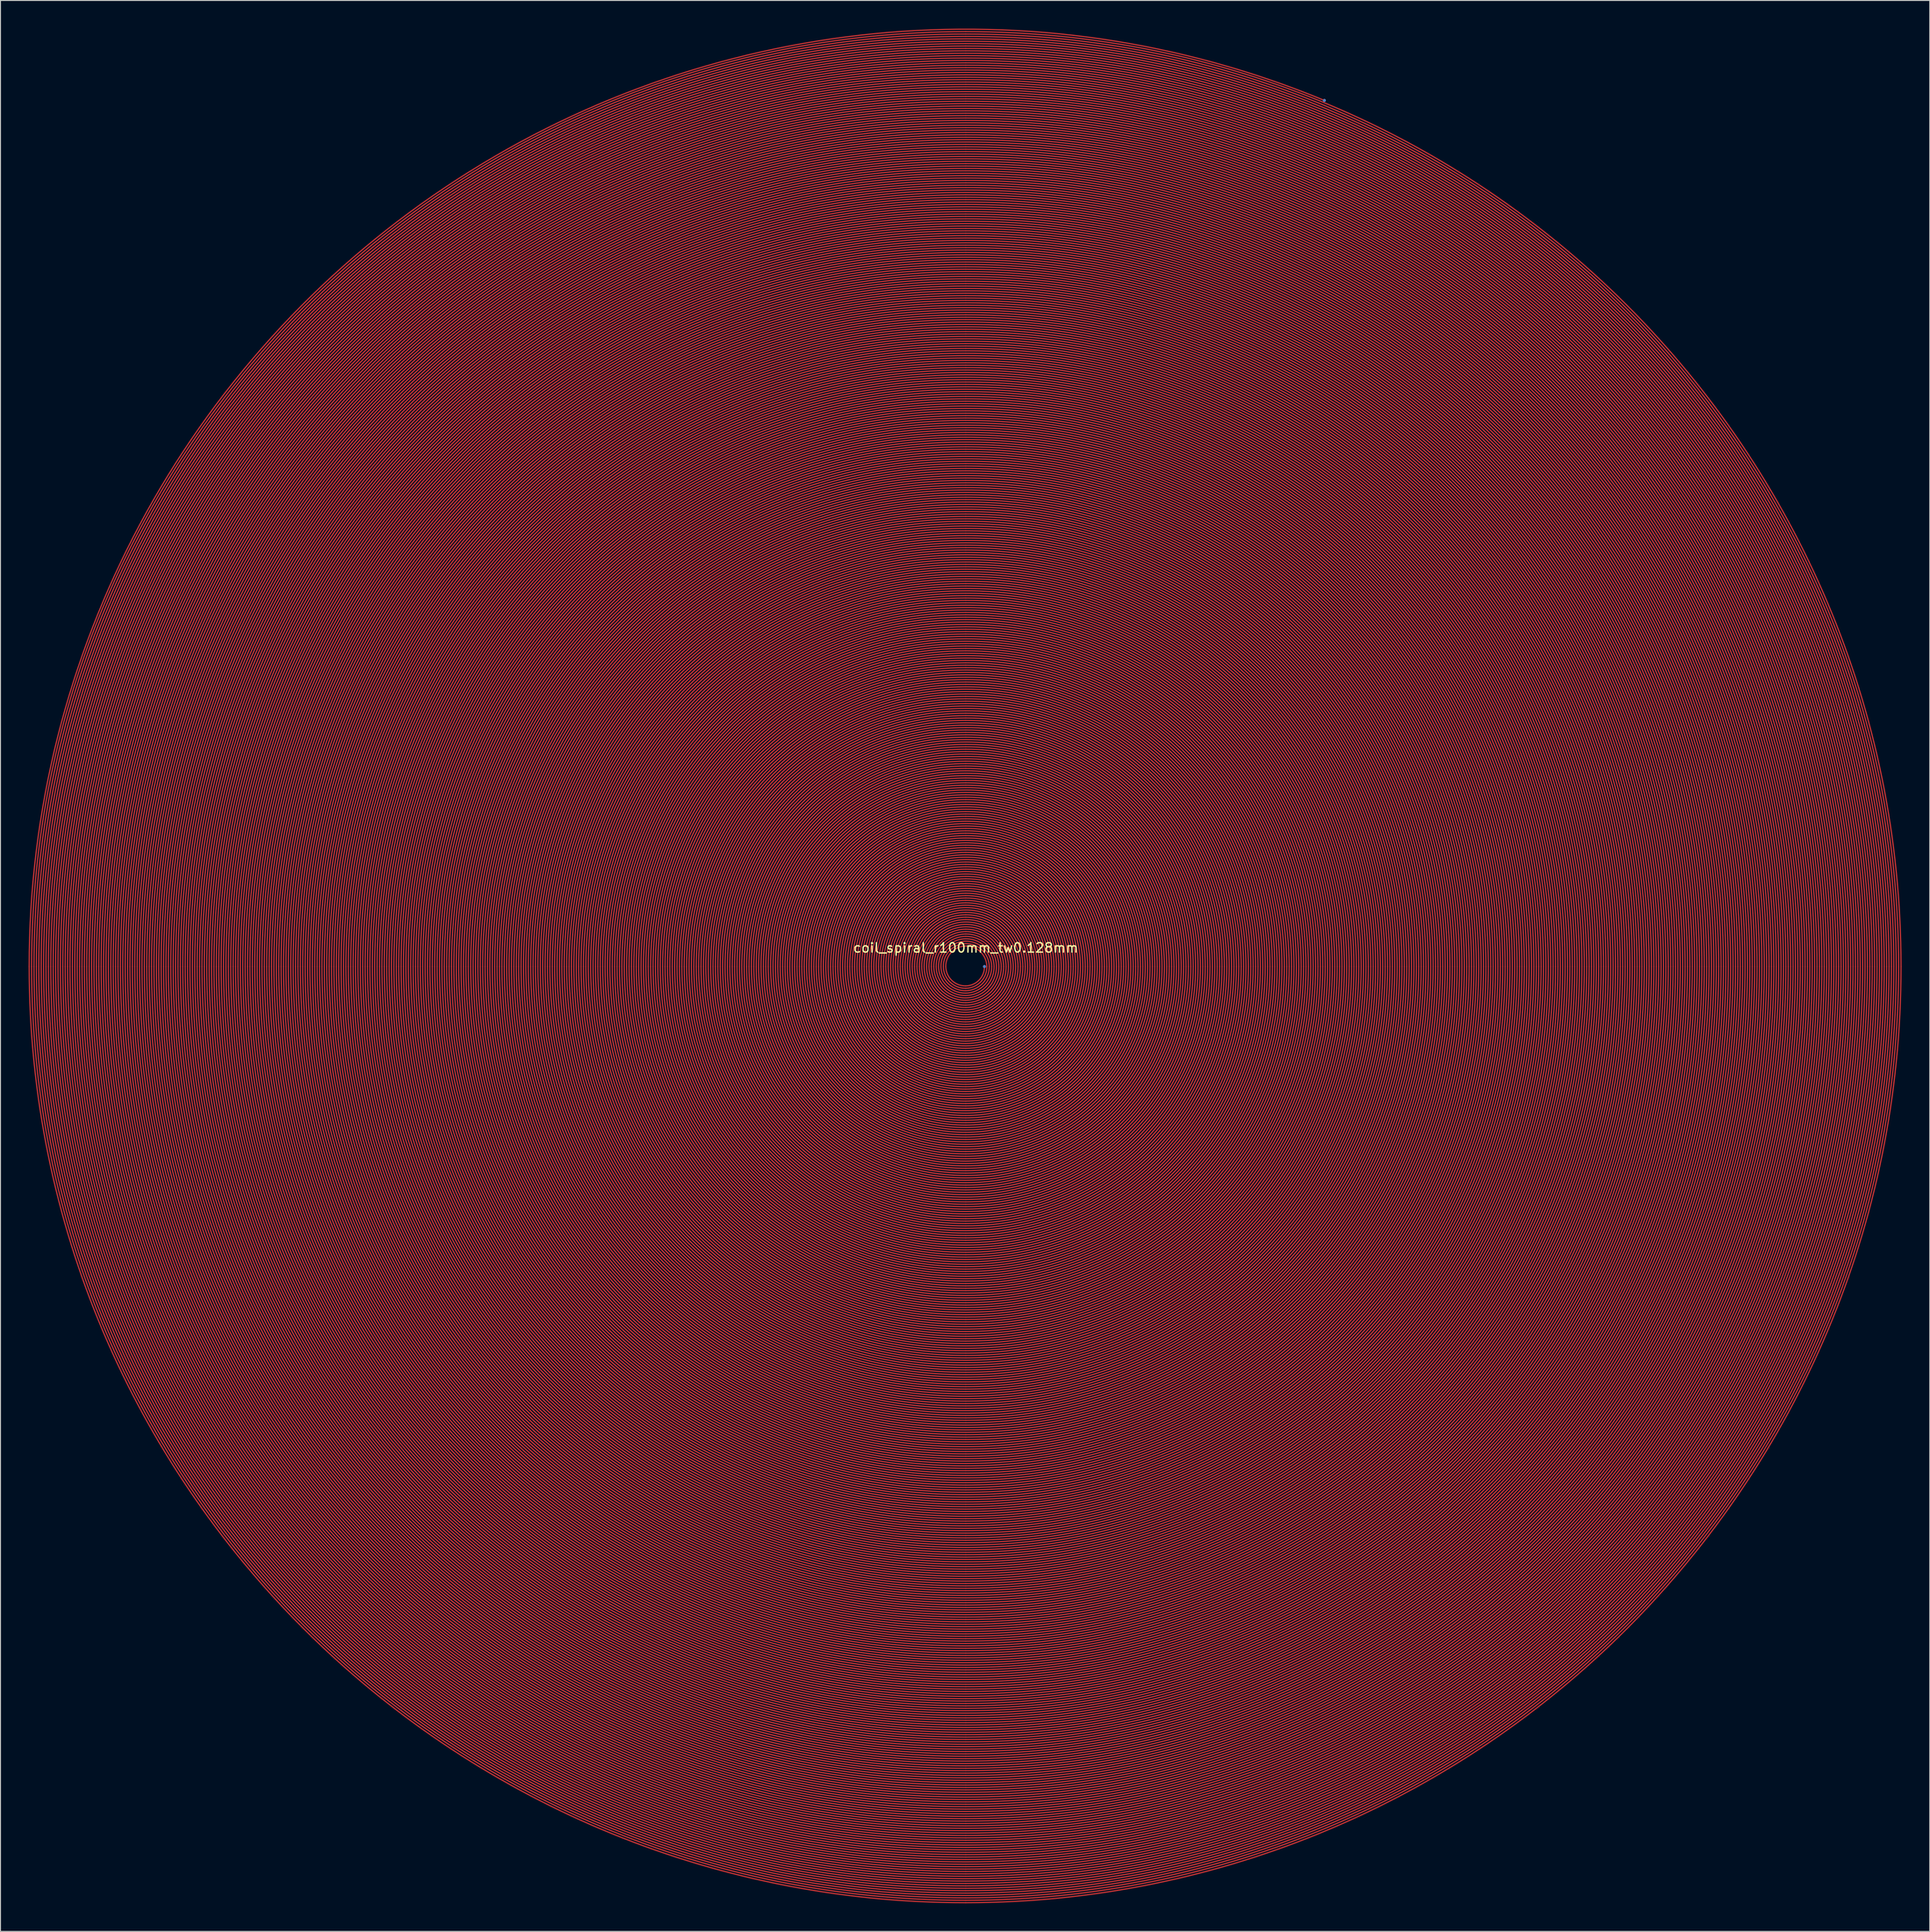
<source format=kicad_pcb>
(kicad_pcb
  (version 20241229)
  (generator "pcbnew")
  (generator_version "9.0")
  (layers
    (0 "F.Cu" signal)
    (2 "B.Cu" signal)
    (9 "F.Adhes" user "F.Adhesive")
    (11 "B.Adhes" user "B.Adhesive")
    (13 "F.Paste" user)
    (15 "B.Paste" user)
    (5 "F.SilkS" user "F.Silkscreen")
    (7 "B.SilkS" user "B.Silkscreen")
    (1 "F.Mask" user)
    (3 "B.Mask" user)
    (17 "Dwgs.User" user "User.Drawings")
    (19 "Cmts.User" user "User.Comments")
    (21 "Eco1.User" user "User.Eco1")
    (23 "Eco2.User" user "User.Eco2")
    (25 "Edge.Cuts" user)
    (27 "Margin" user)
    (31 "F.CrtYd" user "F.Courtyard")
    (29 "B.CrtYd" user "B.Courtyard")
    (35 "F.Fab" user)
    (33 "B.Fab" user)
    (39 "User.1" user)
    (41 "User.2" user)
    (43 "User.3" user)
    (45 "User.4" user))
  (footprint "coil_spiral_r100mm_tw0.128mm"
    (layer "F.Cu")
    (at 99.984 100.051)
    (property "Reference" "coil_spiral_r100mm_tw0.128mm" (at 0 -2 0) (layer "F.SilkS") (effects (font (size 1 1) (thickness 0.15))))
    (attr through_hole)
    (fp_arc (start -99.92 0) (mid -55.517028 -83.125587) (end 38.268343 -92.387953) (stroke (width 0.128) (type solid)) (layer "F.Cu"))
    (fp_arc (start -99.664 0) (mid -70.486349 -70.505094) (end 0 -99.728) (stroke (width 0.128) (type solid)) (layer "F.Cu"))
    (fp_arc (start -99.408 0) (mid -70.305329 -70.324074) (end 0 -99.472) (stroke (width 0.128) (type solid)) (layer "F.Cu"))
    (fp_arc (start -99.152 0) (mid -70.12431 -70.143055) (end 0 -99.216) (stroke (width 0.128) (type solid)) (layer "F.Cu"))
    (fp_arc (start -98.896 0) (mid -69.943291 -69.962036) (end 0 -98.96) (stroke (width 0.128) (type solid)) (layer "F.Cu"))
    (fp_arc (start -98.64 0) (mid -69.762272 -69.781017) (end 0 -98.704) (stroke (width 0.128) (type solid)) (layer "F.Cu"))
    (fp_arc (start -98.384 0) (mid -69.581252 -69.599997) (end 0 -98.448) (stroke (width 0.128) (type solid)) (layer "F.Cu"))
    (fp_arc (start -98.128 0) (mid -69.400233 -69.418978) (end 0 -98.192) (stroke (width 0.128) (type solid)) (layer "F.Cu"))
    (fp_arc (start -97.872 0) (mid -69.219214 -69.237959) (end 0 -97.936) (stroke (width 0.128) (type solid)) (layer "F.Cu"))
    (fp_arc (start -97.616 0) (mid -69.038194 -69.056939) (end 0 -97.68) (stroke (width 0.128) (type solid)) (layer "F.Cu"))
    (fp_arc (start -97.36 0) (mid -68.857175 -68.87592) (end -0.000001 -97.424) (stroke (width 0.128) (type solid)) (layer "F.Cu"))
    (fp_arc (start -97.104 0) (mid -68.676156 -68.6949) (end -0.000001 -97.168) (stroke (width 0.128) (type solid)) (layer "F.Cu"))
    (fp_arc (start -96.848 0) (mid -68.495137 -68.513881) (end -0.000001 -96.912) (stroke (width 0.128) (type solid)) (layer "F.Cu"))
    (fp_arc (start -96.592 0) (mid -68.314117 -68.332862) (end -0.000001 -96.656) (stroke (width 0.128) (type solid)) (layer "F.Cu"))
    (fp_arc (start -96.336 0) (mid -68.133098 -68.151842) (end -0.000001 -96.4) (stroke (width 0.128) (type solid)) (layer "F.Cu"))
    (fp_arc (start -96.08 0) (mid -67.952079 -67.970823) (end -0.000001 -96.144) (stroke (width 0.128) (type solid)) (layer "F.Cu"))
    (fp_arc (start -95.824 0) (mid -67.771059 -67.789804) (end -0.000001 -95.888) (stroke (width 0.128) (type solid)) (layer "F.Cu"))
    (fp_arc (start -95.568 0) (mid -67.59004 -67.608784) (end -0.000001 -95.632) (stroke (width 0.128) (type solid)) (layer "F.Cu"))
    (fp_arc (start -95.312 0) (mid -67.40902 -67.427766) (end 0.000001 -95.376) (stroke (width 0.128) (type solid)) (layer "F.Cu"))
    (fp_arc (start -95.056 0) (mid -67.228 -67.246746) (end 0.000001 -95.12) (stroke (width 0.128) (type solid)) (layer "F.Cu"))
    (fp_arc (start -94.8 0) (mid -67.046982 -67.065727) (end 0 -94.864) (stroke (width 0.128) (type solid)) (layer "F.Cu"))
    (fp_arc (start -94.544 0) (mid -66.865962 -66.884707) (end 0 -94.608) (stroke (width 0.128) (type solid)) (layer "F.Cu"))
    (fp_arc (start -94.288 0) (mid -66.684943 -66.703688) (end 0 -94.352) (stroke (width 0.128) (type solid)) (layer "F.Cu"))
    (fp_arc (start -94.032 0) (mid -66.503923 -66.522669) (end 0 -94.096) (stroke (width 0.128) (type solid)) (layer "F.Cu"))
    (fp_arc (start -93.776 0) (mid -66.322904 -66.341649) (end 0 -93.84) (stroke (width 0.128) (type solid)) (layer "F.Cu"))
    (fp_arc (start -93.52 0) (mid -66.141885 -66.16063) (end 0 -93.584) (stroke (width 0.128) (type solid)) (layer "F.Cu"))
    (fp_arc (start -93.264 0) (mid -65.960865 -65.979611) (end 0 -93.328) (stroke (width 0.128) (type solid)) (layer "F.Cu"))
    (fp_arc (start -93.008 0) (mid -65.779846 -65.798591) (end 0 -93.072) (stroke (width 0.128) (type solid)) (layer "F.Cu"))
    (fp_arc (start -92.752 0) (mid -65.598827 -65.617572) (end 0 -92.816) (stroke (width 0.128) (type solid)) (layer "F.Cu"))
    (fp_arc (start -92.496 0) (mid -65.417807 -65.436553) (end 0.000001 -92.56) (stroke (width 0.128) (type solid)) (layer "F.Cu"))
    (fp_arc (start -92.24 0) (mid -65.236788 -65.255534) (end 0.000001 -92.304) (stroke (width 0.128) (type solid)) (layer "F.Cu"))
    (fp_arc (start -91.984 0) (mid -65.055768 -65.074514) (end 0.000001 -92.048) (stroke (width 0.128) (type solid)) (layer "F.Cu"))
    (fp_arc (start -91.728 0) (mid -64.874749 -64.893495) (end 0.000001 -91.792) (stroke (width 0.128) (type solid)) (layer "F.Cu"))
    (fp_arc (start -91.472 0) (mid -64.693731 -64.712475) (end -0.000001 -91.536) (stroke (width 0.128) (type solid)) (layer "F.Cu"))
    (fp_arc (start -91.216 0) (mid -64.512711 -64.531456) (end -0.000001 -91.28) (stroke (width 0.128) (type solid)) (layer "F.Cu"))
    (fp_arc (start -90.96 0) (mid -64.331692 -64.350437) (end -0.000001 -91.024) (stroke (width 0.128) (type solid)) (layer "F.Cu"))
    (fp_arc (start -90.704 0) (mid -64.150673 -64.169417) (end -0.000001 -90.768) (stroke (width 0.128) (type solid)) (layer "F.Cu"))
    (fp_arc (start -90.448 0) (mid -63.969653 -63.988398) (end -0.000001 -90.512) (stroke (width 0.128) (type solid)) (layer "F.Cu"))
    (fp_arc (start -90.192 0) (mid -63.788634 -63.807379) (end -0.000001 -90.256) (stroke (width 0.128) (type solid)) (layer "F.Cu"))
    (fp_arc (start -89.936 0) (mid -63.607615 -63.626359) (end -0.000001 -90) (stroke (width 0.128) (type solid)) (layer "F.Cu"))
    (fp_arc (start -89.68 0) (mid -63.426595 -63.44534) (end 0 -89.744) (stroke (width 0.128) (type solid)) (layer "F.Cu"))
    (fp_arc (start -89.424 0) (mid -63.245576 -63.264321) (end 0 -89.488) (stroke (width 0.128) (type solid)) (layer "F.Cu"))
    (fp_arc (start -89.168 0) (mid -63.064556 -63.083302) (end 0 -89.232) (stroke (width 0.128) (type solid)) (layer "F.Cu"))
    (fp_arc (start -88.912 0) (mid -62.883537 -62.902282) (end 0 -88.976) (stroke (width 0.128) (type solid)) (layer "F.Cu"))
    (fp_arc (start -88.656 0) (mid -62.702518 -62.721263) (end 0 -88.72) (stroke (width 0.128) (type solid)) (layer "F.Cu"))
    (fp_arc (start -88.4 0) (mid -62.521498 -62.540244) (end 0 -88.464) (stroke (width 0.128) (type solid)) (layer "F.Cu"))
    (fp_arc (start -88.144 0) (mid -62.340479 -62.359224) (end 0 -88.208) (stroke (width 0.128) (type solid)) (layer "F.Cu"))
    (fp_arc (start -87.888 0) (mid -62.15946 -62.178205) (end 0 -87.952) (stroke (width 0.128) (type solid)) (layer "F.Cu"))
    (fp_arc (start -87.632 0) (mid -61.97844 -61.997186) (end 0 -87.696) (stroke (width 0.128) (type solid)) (layer "F.Cu"))
    (fp_arc (start -87.376 0) (mid -61.797421 -61.816167) (end 0.000001 -87.44) (stroke (width 0.128) (type solid)) (layer "F.Cu"))
    (fp_arc (start -87.12 0) (mid -61.616401 -61.635147) (end 0.000001 -87.184) (stroke (width 0.128) (type solid)) (layer "F.Cu"))
    (fp_arc (start -86.864 0) (mid -61.435382 -61.454128) (end 0.000001 -86.928) (stroke (width 0.128) (type solid)) (layer "F.Cu"))
    (fp_arc (start -86.608 0) (mid -61.254363 -61.273109) (end 0.000001 -86.672) (stroke (width 0.128) (type solid)) (layer "F.Cu"))
    (fp_arc (start -86.352 0) (mid -61.073343 -61.092089) (end 0.000001 -86.416) (stroke (width 0.128) (type solid)) (layer "F.Cu"))
    (fp_arc (start -86.096 0) (mid -60.892324 -60.91107) (end 0.000001 -86.16) (stroke (width 0.128) (type solid)) (layer "F.Cu"))
    (fp_arc (start -85.84 0) (mid -60.711305 -60.73005) (end 0 -85.904) (stroke (width 0.128) (type solid)) (layer "F.Cu"))
    (fp_arc (start -85.584 0) (mid -60.530286 -60.549031) (end 0 -85.648) (stroke (width 0.128) (type solid)) (layer "F.Cu"))
    (fp_arc (start -85.328 0) (mid -60.349266 -60.368012) (end 0 -85.392) (stroke (width 0.128) (type solid)) (layer "F.Cu"))
    (fp_arc (start -85.072 0) (mid -60.168247 -60.186992) (end 0 -85.136) (stroke (width 0.128) (type solid)) (layer "F.Cu"))
    (fp_arc (start -84.816 0) (mid -59.987228 -60.005973) (end 0 -84.88) (stroke (width 0.128) (type solid)) (layer "F.Cu"))
    (fp_arc (start -84.56 0) (mid -59.806209 -59.824954) (end 0 -84.624) (stroke (width 0.128) (type solid)) (layer "F.Cu"))
    (fp_arc (start -84.304 0) (mid -59.62519 -59.643934) (end -0.000001 -84.368) (stroke (width 0.128) (type solid)) (layer "F.Cu"))
    (fp_arc (start -84.048 0) (mid -59.44417 -59.462915) (end -0.000001 -84.112) (stroke (width 0.128) (type solid)) (layer "F.Cu"))
    (fp_arc (start -83.792 0) (mid -59.263151 -59.281895) (end -0.000001 -83.856) (stroke (width 0.128) (type solid)) (layer "F.Cu"))
    (fp_arc (start -83.536 0) (mid -59.082132 -59.100876) (end -0.000001 -83.6) (stroke (width 0.128) (type solid)) (layer "F.Cu"))
    (fp_arc (start -83.28 0) (mid -58.901112 -58.919857) (end -0.000001 -83.344) (stroke (width 0.128) (type solid)) (layer "F.Cu"))
    (fp_arc (start -83.024 0) (mid -58.720093 -58.738838) (end 0 -83.088) (stroke (width 0.128) (type solid)) (layer "F.Cu"))
    (fp_arc (start -82.768 0) (mid -58.539073 -58.557818) (end 0 -82.832) (stroke (width 0.128) (type solid)) (layer "F.Cu"))
    (fp_arc (start -82.512 0) (mid -58.358054 -58.376799) (end 0 -82.576) (stroke (width 0.128) (type solid)) (layer "F.Cu"))
    (fp_arc (start -82.256 0) (mid -58.177035 -58.19578) (end 0 -82.32) (stroke (width 0.128) (type solid)) (layer "F.Cu"))
    (fp_arc (start -82 0) (mid -57.996015 -58.01476) (end 0 -82.064) (stroke (width 0.128) (type solid)) (layer "F.Cu"))
    (fp_arc (start -81.744 0) (mid -57.814996 -57.833741) (end 0 -81.808) (stroke (width 0.128) (type solid)) (layer "F.Cu"))
    (fp_arc (start -81.488 0) (mid -57.633977 -57.652722) (end 0 -81.552) (stroke (width 0.128) (type solid)) (layer "F.Cu"))
    (fp_arc (start -81.232 0) (mid -57.452957 -57.471702) (end 0 -81.296) (stroke (width 0.128) (type solid)) (layer "F.Cu"))
    (fp_arc (start -80.976 0) (mid -57.271938 -57.290683) (end 0.000001 -81.04) (stroke (width 0.128) (type solid)) (layer "F.Cu"))
    (fp_arc (start -80.72 0) (mid -57.090918 -57.109664) (end 0.000001 -80.784) (stroke (width 0.128) (type solid)) (layer "F.Cu"))
    (fp_arc (start -80.464 0) (mid -56.909899 -56.928645) (end 0.000001 -80.528) (stroke (width 0.128) (type solid)) (layer "F.Cu"))
    (fp_arc (start -80.208 0) (mid -56.72888 -56.747625) (end 0.000001 -80.272) (stroke (width 0.128) (type solid)) (layer "F.Cu"))
    (fp_arc (start -79.952 0) (mid -56.54786 -56.566606) (end 0.000001 -80.016) (stroke (width 0.128) (type solid)) (layer "F.Cu"))
    (fp_arc (start -79.696 0) (mid -56.366841 -56.385586) (end 0 -79.759999) (stroke (width 0.128) (type solid)) (layer "F.Cu"))
    (fp_arc (start -79.44 0) (mid -56.185823 -56.204567) (end -0.000001 -79.504) (stroke (width 0.128) (type solid)) (layer "F.Cu"))
    (fp_arc (start -79.184 0) (mid -56.004803 -56.023548) (end 0 -79.248) (stroke (width 0.128) (type solid)) (layer "F.Cu"))
    (fp_arc (start -78.928 0) (mid -55.823784 -55.842529) (end 0 -78.992) (stroke (width 0.128) (type solid)) (layer "F.Cu"))
    (fp_arc (start -78.672 0) (mid -55.642764 -55.661509) (end 0 -78.736) (stroke (width 0.128) (type solid)) (layer "F.Cu"))
    (fp_arc (start -78.416 0) (mid -55.461745 -55.48049) (end -0.000001 -78.48) (stroke (width 0.128) (type solid)) (layer "F.Cu"))
    (fp_arc (start -78.16 0) (mid -55.280726 -55.29947) (end -0.000001 -78.224) (stroke (width 0.128) (type solid)) (layer "F.Cu"))
    (fp_arc (start -77.904 0) (mid -55.099707 -55.118451) (end -0.000001 -77.968) (stroke (width 0.128) (type solid)) (layer "F.Cu"))
    (fp_arc (start -77.648 0) (mid -54.918687 -54.937432) (end -0.000001 -77.712) (stroke (width 0.128) (type solid)) (layer "F.Cu"))
    (fp_arc (start -77.392 0) (mid -54.737668 -54.756413) (end 0 -77.456) (stroke (width 0.128) (type solid)) (layer "F.Cu"))
    (fp_arc (start -77.136 0) (mid -54.556648 -54.575393) (end 0 -77.2) (stroke (width 0.128) (type solid)) (layer "F.Cu"))
    (fp_arc (start -76.88 0) (mid -54.375629 -54.394374) (end 0 -76.944) (stroke (width 0.128) (type solid)) (layer "F.Cu"))
    (fp_arc (start -76.624 0) (mid -54.19461 -54.213355) (end 0 -76.688) (stroke (width 0.128) (type solid)) (layer "F.Cu"))
    (fp_arc (start -76.368 0) (mid -54.01359 -54.032335) (end 0 -76.432) (stroke (width 0.128) (type solid)) (layer "F.Cu"))
    (fp_arc (start -76.112 0) (mid -53.832571 -53.851316) (end 0 -76.176) (stroke (width 0.128) (type solid)) (layer "F.Cu"))
    (fp_arc (start -75.856 0) (mid -53.651551 -53.670297) (end 0.000001 -75.92) (stroke (width 0.128) (type solid)) (layer "F.Cu"))
    (fp_arc (start -75.6 0) (mid -53.470532 -53.489278) (end 0.000001 -75.664) (stroke (width 0.128) (type solid)) (layer "F.Cu"))
    (fp_arc (start -75.344 0) (mid -53.289512 -53.308258) (end 0.000001 -75.408) (stroke (width 0.128) (type solid)) (layer "F.Cu"))
    (fp_arc (start -75.088 0) (mid -53.108493 -53.127239) (end 0.000001 -75.152) (stroke (width 0.128) (type solid)) (layer "F.Cu"))
    (fp_arc (start -74.832 0) (mid -52.927475 -52.946219) (end -0.000001 -74.896) (stroke (width 0.128) (type solid)) (layer "F.Cu"))
    (fp_arc (start -74.576 0) (mid -52.746455 -52.7652) (end -0.000001 -74.64) (stroke (width 0.128) (type solid)) (layer "F.Cu"))
    (fp_arc (start -74.32 0) (mid -52.565436 -52.584181) (end 0 -74.384) (stroke (width 0.128) (type solid)) (layer "F.Cu"))
    (fp_arc (start -74.064 0) (mid -52.384416 -52.403162) (end 0 -74.128) (stroke (width 0.128) (type solid)) (layer "F.Cu"))
    (fp_arc (start -73.808 0) (mid -52.203397 -52.222142) (end 0 -73.872) (stroke (width 0.128) (type solid)) (layer "F.Cu"))
    (fp_arc (start -73.552 0) (mid -52.022378 -52.041123) (end -0.000001 -73.616) (stroke (width 0.128) (type solid)) (layer "F.Cu"))
    (fp_arc (start -73.296 0) (mid -51.841359 -51.860103) (end -0.000001 -73.36) (stroke (width 0.128) (type solid)) (layer "F.Cu"))
    (fp_arc (start -73.04 0) (mid -51.660339 -51.679084) (end 0 -73.104) (stroke (width 0.128) (type solid)) (layer "F.Cu"))
    (fp_arc (start -72.784 0) (mid -51.47932 -51.498065) (end 0 -72.848) (stroke (width 0.128) (type solid)) (layer "F.Cu"))
    (fp_arc (start -72.528 0) (mid -51.2983 -51.317046) (end 0 -72.592) (stroke (width 0.128) (type solid)) (layer "F.Cu"))
    (fp_arc (start -72.272 0) (mid -51.117281 -51.136026) (end 0 -72.336) (stroke (width 0.128) (type solid)) (layer "F.Cu"))
    (fp_arc (start -72.016 0) (mid -50.936262 -50.955007) (end 0 -72.08) (stroke (width 0.128) (type solid)) (layer "F.Cu"))
    (fp_arc (start -71.76 0) (mid -50.755242 -50.773988) (end 0 -71.824) (stroke (width 0.128) (type solid)) (layer "F.Cu"))
    (fp_arc (start -71.504 0) (mid -50.574223 -50.592969) (end 0.000001 -71.568) (stroke (width 0.128) (type solid)) (layer "F.Cu"))
    (fp_arc (start -71.248 0) (mid -50.393203 -50.411949) (end 0.000001 -71.312) (stroke (width 0.128) (type solid)) (layer "F.Cu"))
    (fp_arc (start -70.992 0) (mid -50.212184 -50.23093) (end 0.000001 -71.056) (stroke (width 0.128) (type solid)) (layer "F.Cu"))
    (fp_arc (start -70.736 0) (mid -50.031165 -50.049911) (end 0.000001 -70.8) (stroke (width 0.128) (type solid)) (layer "F.Cu"))
    (fp_arc (start -70.48 0) (mid -49.850147 -49.868891) (end -0.000002 -70.544) (stroke (width 0.128) (type solid)) (layer "F.Cu"))
    (fp_arc (start -70.224 0) (mid -49.669127 -49.687872) (end 0 -70.288) (stroke (width 0.128) (type solid)) (layer "F.Cu"))
    (fp_arc (start -69.968 0) (mid -49.488108 -49.506852) (end -0.000001 -70.032) (stroke (width 0.128) (type solid)) (layer "F.Cu"))
    (fp_arc (start -69.712 0) (mid -49.307088 -49.325833) (end -0.000001 -69.776) (stroke (width 0.128) (type solid)) (layer "F.Cu"))
    (fp_arc (start -69.456 0) (mid -49.126069 -49.144814) (end -0.000001 -69.52) (stroke (width 0.128) (type solid)) (layer "F.Cu"))
    (fp_arc (start -69.2 0) (mid -48.945049 -48.963795) (end 0 -69.264) (stroke (width 0.128) (type solid)) (layer "F.Cu"))
    (fp_arc (start -68.944 0) (mid -48.76403 -48.782775) (end 0 -69.008) (stroke (width 0.128) (type solid)) (layer "F.Cu"))
    (fp_arc (start -68.688 0) (mid -48.583011 -48.601756) (end 0 -68.752) (stroke (width 0.128) (type solid)) (layer "F.Cu"))
    (fp_arc (start -68.432 0) (mid -48.401991 -48.420737) (end 0 -68.496) (stroke (width 0.128) (type solid)) (layer "F.Cu"))
    (fp_arc (start -68.176 0) (mid -48.220972 -48.239717) (end 0 -68.24) (stroke (width 0.128) (type solid)) (layer "F.Cu"))
    (fp_arc (start -67.92 0) (mid -48.039952 -48.058698) (end 0.000001 -67.984) (stroke (width 0.128) (type solid)) (layer "F.Cu"))
    (fp_arc (start -67.664 0) (mid -47.858933 -47.877679) (end 0.000001 -67.728) (stroke (width 0.128) (type solid)) (layer "F.Cu"))
    (fp_arc (start -67.408 0) (mid -47.677914 -47.696659) (end 0 -67.472) (stroke (width 0.128) (type solid)) (layer "F.Cu"))
    (fp_arc (start -67.152 0) (mid -47.496895 -47.51564) (end 0 -67.216) (stroke (width 0.128) (type solid)) (layer "F.Cu"))
    (fp_arc (start -66.896 0) (mid -47.315875 -47.334621) (end 0.000001 -66.96) (stroke (width 0.128) (type solid)) (layer "F.Cu"))
    (fp_arc (start -66.64 0) (mid -47.134857 -47.153601) (end -0.000001 -66.704) (stroke (width 0.128) (type solid)) (layer "F.Cu"))
    (fp_arc (start -66.384 0) (mid -46.953837 -46.972582) (end -0.000001 -66.448) (stroke (width 0.128) (type solid)) (layer "F.Cu"))
    (fp_arc (start -66.128 0) (mid -46.772818 -46.791562) (end -0.000001 -66.192) (stroke (width 0.128) (type solid)) (layer "F.Cu"))
    (fp_arc (start -65.872 0) (mid -46.591798 -46.610543) (end 0 -65.936) (stroke (width 0.128) (type solid)) (layer "F.Cu"))
    (fp_arc (start -65.616 0) (mid -46.410779 -46.429524) (end 0 -65.68) (stroke (width 0.128) (type solid)) (layer "F.Cu"))
    (fp_arc (start -65.36 0) (mid -46.22976 -46.248505) (end 0 -65.424) (stroke (width 0.128) (type solid)) (layer "F.Cu"))
    (fp_arc (start -65.104 0) (mid -46.04874 -46.067485) (end 0 -65.168) (stroke (width 0.128) (type solid)) (layer "F.Cu"))
    (fp_arc (start -64.848 0) (mid -45.867721 -45.886466) (end 0.000001 -64.912) (stroke (width 0.128) (type solid)) (layer "F.Cu"))
    (fp_arc (start -64.592 0) (mid -45.686702 -45.705447) (end 0 -64.656) (stroke (width 0.128) (type solid)) (layer "F.Cu"))
    (fp_arc (start -64.336 0) (mid -45.505682 -45.524427) (end 0 -64.4) (stroke (width 0.128) (type solid)) (layer "F.Cu"))
    (fp_arc (start -64.08 0) (mid -45.324663 -45.343408) (end 0 -64.144) (stroke (width 0.128) (type solid)) (layer "F.Cu"))
    (fp_arc (start -63.824 0) (mid -45.143643 -45.162389) (end 0.000001 -63.888) (stroke (width 0.128) (type solid)) (layer "F.Cu"))
    (fp_arc (start -63.568 0) (mid -44.962624 -44.98137) (end 0.000001 -63.632) (stroke (width 0.128) (type solid)) (layer "F.Cu"))
    (fp_arc (start -63.312 0) (mid -44.781606 -44.80035) (end -0.000001 -63.376) (stroke (width 0.128) (type solid)) (layer "F.Cu"))
    (fp_arc (start -63.056 0) (mid -44.600586 -44.619331) (end 0 -63.12) (stroke (width 0.128) (type solid)) (layer "F.Cu"))
    (fp_arc (start -62.8 0) (mid -44.419567 -44.438311) (end -0.000001 -62.864) (stroke (width 0.128) (type solid)) (layer "F.Cu"))
    (fp_arc (start -62.544 0) (mid -44.238548 -44.257292) (end -0.000001 -62.608) (stroke (width 0.128) (type solid)) (layer "F.Cu"))
    (fp_arc (start -62.288 0) (mid -44.057528 -44.076273) (end -0.000001 -62.352) (stroke (width 0.128) (type solid)) (layer "F.Cu"))
    (fp_arc (start -62.032 0) (mid -43.876509 -43.895254) (end 0 -62.096) (stroke (width 0.128) (type solid)) (layer "F.Cu"))
    (fp_arc (start -61.776 0) (mid -43.695489 -43.714234) (end 0 -61.84) (stroke (width 0.128) (type solid)) (layer "F.Cu"))
    (fp_arc (start -61.52 0) (mid -43.51447 -43.533215) (end 0 -61.584) (stroke (width 0.128) (type solid)) (layer "F.Cu"))
    (fp_arc (start -61.264 0) (mid -43.33345 -43.352196) (end 0.000001 -61.328) (stroke (width 0.128) (type solid)) (layer "F.Cu"))
    (fp_arc (start -61.008 0) (mid -43.152431 -43.171176) (end 0 -61.072) (stroke (width 0.128) (type solid)) (layer "F.Cu"))
    (fp_arc (start -60.752 0) (mid -42.971412 -42.990157) (end 0 -60.816) (stroke (width 0.128) (type solid)) (layer "F.Cu"))
    (fp_arc (start -60.496 0) (mid -42.790392 -42.809138) (end 0.000001 -60.56) (stroke (width 0.128) (type solid)) (layer "F.Cu"))
    (fp_arc (start -60.24 0) (mid -42.609373 -42.628118) (end 0 -60.303999) (stroke (width 0.128) (type solid)) (layer "F.Cu"))
    (fp_arc (start -59.984 0) (mid -42.428355 -42.447099) (end -0.000001 -60.048) (stroke (width 0.128) (type solid)) (layer "F.Cu"))
    (fp_arc (start -59.728 0) (mid -42.247335 -42.26608) (end 0 -59.792) (stroke (width 0.128) (type solid)) (layer "F.Cu"))
    (fp_arc (start -59.472 0) (mid -42.066315 -42.085061) (end 0 -59.536) (stroke (width 0.128) (type solid)) (layer "F.Cu"))
    (fp_arc (start -59.216 0) (mid -41.885297 -41.904041) (end -0.000001 -59.28) (stroke (width 0.128) (type solid)) (layer "F.Cu"))
    (fp_arc (start -58.96 0) (mid -41.704277 -41.723022) (end 0 -59.024) (stroke (width 0.128) (type solid)) (layer "F.Cu"))
    (fp_arc (start -58.704 0) (mid -41.523257 -41.542003) (end 0 -58.768) (stroke (width 0.128) (type solid)) (layer "F.Cu"))
    (fp_arc (start -58.448 0) (mid -41.342238 -41.360983) (end 0 -58.512) (stroke (width 0.128) (type solid)) (layer "F.Cu"))
    (fp_arc (start -58.192 0) (mid -41.161218 -41.179964) (end 0.000001 -58.256) (stroke (width 0.128) (type solid)) (layer "F.Cu"))
    (fp_arc (start -57.936 0) (mid -40.980199 -40.998945) (end 0 -58) (stroke (width 0.128) (type solid)) (layer "F.Cu"))
    (fp_arc (start -57.68 0) (mid -40.79918 -40.817926) (end 0.000001 -57.744) (stroke (width 0.128) (type solid)) (layer "F.Cu"))
    (fp_arc (start -57.424 0) (mid -40.618161 -40.636906) (end -0.000001 -57.488) (stroke (width 0.128) (type solid)) (layer "F.Cu"))
    (fp_arc (start -57.168 0) (mid -40.437142 -40.455887) (end -0.000001 -57.232) (stroke (width 0.128) (type solid)) (layer "F.Cu"))
    (fp_arc (start -56.912 0) (mid -40.256122 -40.274868) (end 0 -56.976) (stroke (width 0.128) (type solid)) (layer "F.Cu"))
    (fp_arc (start -56.656 0) (mid -40.075103 -40.093848) (end 0 -56.72) (stroke (width 0.128) (type solid)) (layer "F.Cu"))
    (fp_arc (start -56.4 0) (mid -39.894084 -39.912829) (end -0.000001 -56.464) (stroke (width 0.128) (type solid)) (layer "F.Cu"))
    (fp_arc (start -56.144 0) (mid -39.713064 -39.73181) (end 0 -56.208) (stroke (width 0.128) (type solid)) (layer "F.Cu"))
    (fp_arc (start -55.888 0) (mid -39.532045 -39.55079) (end 0 -55.952) (stroke (width 0.128) (type solid)) (layer "F.Cu"))
    (fp_arc (start -55.632 0) (mid -39.351025 -39.369771) (end 0.000001 -55.696) (stroke (width 0.128) (type solid)) (layer "F.Cu"))
    (fp_arc (start -55.376 0) (mid -39.170006 -39.188752) (end 0 -55.44) (stroke (width 0.128) (type solid)) (layer "F.Cu"))
    (fp_arc (start -55.12 0) (mid -38.988987 -39.007733) (end 0.000001 -55.184) (stroke (width 0.128) (type solid)) (layer "F.Cu"))
    (fp_arc (start -54.864 0) (mid -38.807968 -38.826713) (end -0.000001 -54.928) (stroke (width 0.128) (type solid)) (layer "F.Cu"))
    (fp_arc (start -54.608 0) (mid -38.626949 -38.645693) (end -0.000001 -54.672) (stroke (width 0.128) (type solid)) (layer "F.Cu"))
    (fp_arc (start -54.352 0) (mid -38.445929 -38.464675) (end 0 -54.416) (stroke (width 0.128) (type solid)) (layer "F.Cu"))
    (fp_arc (start -54.096 0) (mid -38.26491 -38.283655) (end -0.000001 -54.16) (stroke (width 0.128) (type solid)) (layer "F.Cu"))
    (fp_arc (start -53.84 0) (mid -38.083891 -38.102636) (end 0 -53.904) (stroke (width 0.128) (type solid)) (layer "F.Cu"))
    (fp_arc (start -53.584 0) (mid -37.902871 -37.921617) (end 0 -53.648) (stroke (width 0.128) (type solid)) (layer "F.Cu"))
    (fp_arc (start -53.328 0) (mid -37.721852 -37.740598) (end 0.000001 -53.392) (stroke (width 0.128) (type solid)) (layer "F.Cu"))
    (fp_arc (start -53.072 0) (mid -37.540833 -37.559578) (end 0 -53.136) (stroke (width 0.128) (type solid)) (layer "F.Cu"))
    (fp_arc (start -52.816 0) (mid -37.359813 -37.378559) (end 0.000001 -52.88) (stroke (width 0.128) (type solid)) (layer "F.Cu"))
    (fp_arc (start -52.56 0) (mid -37.178794 -37.197539) (end 0 -52.623999) (stroke (width 0.128) (type solid)) (layer "F.Cu"))
    (fp_arc (start -52.304 0) (mid -36.997775 -37.01652) (end -0.000001 -52.368) (stroke (width 0.128) (type solid)) (layer "F.Cu"))
    (fp_arc (start -52.048 0) (mid -36.816756 -36.8355) (end -0.000001 -52.112) (stroke (width 0.128) (type solid)) (layer "F.Cu"))
    (fp_arc (start -51.792 0) (mid -36.635736 -36.654481) (end 0 -51.856) (stroke (width 0.128) (type solid)) (layer "F.Cu"))
    (fp_arc (start -51.536 0) (mid -36.454717 -36.473462) (end 0 -51.6) (stroke (width 0.128) (type solid)) (layer "F.Cu"))
    (fp_arc (start -51.28 0) (mid -36.273698 -36.292443) (end 0 -51.344) (stroke (width 0.128) (type solid)) (layer "F.Cu"))
    (fp_arc (start -51.024 0) (mid -36.092678 -36.111423) (end 0 -51.088) (stroke (width 0.128) (type solid)) (layer "F.Cu"))
    (fp_arc (start -50.768 0) (mid -35.911659 -35.930404) (end 0.000001 -50.832) (stroke (width 0.128) (type solid)) (layer "F.Cu"))
    (fp_arc (start -50.512 0) (mid -35.730639 -35.749385) (end 0.000001 -50.576) (stroke (width 0.128) (type solid)) (layer "F.Cu"))
    (fp_arc (start -50.256 0) (mid -35.549621 -35.568365) (end -0.000001 -50.32) (stroke (width 0.128) (type solid)) (layer "F.Cu"))
    (fp_arc (start -50 0) (mid -35.368601 -35.387346) (end 0 -50.064) (stroke (width 0.128) (type solid)) (layer "F.Cu"))
    (fp_arc (start -49.744 0) (mid -35.187582 -35.206327) (end 0 -49.808) (stroke (width 0.128) (type solid)) (layer "F.Cu"))
    (fp_arc (start -49.488 0) (mid -35.006563 -35.025308) (end 0 -49.552) (stroke (width 0.128) (type solid)) (layer "F.Cu"))
    (fp_arc (start -49.232 0) (mid -34.825543 -34.844288) (end 0 -49.296) (stroke (width 0.128) (type solid)) (layer "F.Cu"))
    (fp_arc (start -48.976 0) (mid -34.644524 -34.663269) (end 0 -49.04) (stroke (width 0.128) (type solid)) (layer "F.Cu"))
    (fp_arc (start -48.72 0) (mid -34.463504 -34.48225) (end 0.000001 -48.784) (stroke (width 0.128) (type solid)) (layer "F.Cu"))
    (fp_arc (start -48.464 0) (mid -34.282485 -34.30123) (end 0 -48.527999) (stroke (width 0.128) (type solid)) (layer "F.Cu"))
    (fp_arc (start -48.208 0) (mid -34.101467 -34.120211) (end -0.000001 -48.272) (stroke (width 0.128) (type solid)) (layer "F.Cu"))
    (fp_arc (start -47.952 0) (mid -33.920447 -33.939192) (end 0 -48.016) (stroke (width 0.128) (type solid)) (layer "F.Cu"))
    (fp_arc (start -47.696 0) (mid -33.739427 -33.758173) (end 0 -47.76) (stroke (width 0.128) (type solid)) (layer "F.Cu"))
    (fp_arc (start -47.44 0) (mid -33.558408 -33.577153) (end 0 -47.504) (stroke (width 0.128) (type solid)) (layer "F.Cu"))
    (fp_arc (start -47.184 0) (mid -33.377388 -33.396134) (end 0.000001 -47.248) (stroke (width 0.128) (type solid)) (layer "F.Cu"))
    (fp_arc (start -46.928 0) (mid -33.196369 -33.215115) (end 0 -46.992) (stroke (width 0.128) (type solid)) (layer "F.Cu"))
    (fp_arc (start -46.672 0) (mid -33.01535 -33.034096) (end 0.000001 -46.736) (stroke (width 0.128) (type solid)) (layer "F.Cu"))
    (fp_arc (start -46.416 0) (mid -32.834331 -32.853076) (end 0 -46.48) (stroke (width 0.128) (type solid)) (layer "F.Cu"))
    (fp_arc (start -46.16 0) (mid -32.653312 -32.672057) (end -0.000001 -46.224) (stroke (width 0.128) (type solid)) (layer "F.Cu"))
    (fp_arc (start -45.904 0) (mid -32.472292 -32.491038) (end 0 -45.968) (stroke (width 0.128) (type solid)) (layer "F.Cu"))
    (fp_arc (start -45.648 0) (mid -32.291273 -32.310018) (end 0 -45.712) (stroke (width 0.128) (type solid)) (layer "F.Cu"))
    (fp_arc (start -45.392 0) (mid -32.110253 -32.128999) (end 0.000001 -45.456) (stroke (width 0.128) (type solid)) (layer "F.Cu"))
    (fp_arc (start -45.136 0) (mid -31.929234 -31.94798) (end 0 -45.2) (stroke (width 0.128) (type solid)) (layer "F.Cu"))
    (fp_arc (start -44.88 0) (mid -31.748216 -31.76696) (end -0.000001 -44.944) (stroke (width 0.128) (type solid)) (layer "F.Cu"))
    (fp_arc (start -44.624 0) (mid -31.567196 -31.585941) (end -0.000001 -44.688) (stroke (width 0.128) (type solid)) (layer "F.Cu"))
    (fp_arc (start -44.368 0) (mid -31.386177 -31.404922) (end 0 -44.432) (stroke (width 0.128) (type solid)) (layer "F.Cu"))
    (fp_arc (start -44.112 0) (mid -31.205157 -31.223903) (end 0 -44.176) (stroke (width 0.128) (type solid)) (layer "F.Cu"))
    (fp_arc (start -43.856 0) (mid -31.024138 -31.042884) (end 0.000001 -43.92) (stroke (width 0.128) (type solid)) (layer "F.Cu"))
    (fp_arc (start -43.6 0) (mid -30.843119 -30.861864) (end 0 -43.664) (stroke (width 0.128) (type solid)) (layer "F.Cu"))
    (fp_arc (start -43.344 0) (mid -30.662099 -30.680844) (end 0 -43.407999) (stroke (width 0.128) (type solid)) (layer "F.Cu"))
    (fp_arc (start -43.088 0) (mid -30.481081 -30.499825) (end -0.000001 -43.152) (stroke (width 0.128) (type solid)) (layer "F.Cu"))
    (fp_arc (start -42.832 0) (mid -30.300061 -30.318806) (end 0 -42.896) (stroke (width 0.128) (type solid)) (layer "F.Cu"))
    (fp_arc (start -42.576 0) (mid -30.119042 -30.137787) (end 0 -42.64) (stroke (width 0.128) (type solid)) (layer "F.Cu"))
    (fp_arc (start -42.32 0) (mid -29.938022 -29.956767) (end 0 -42.384) (stroke (width 0.128) (type solid)) (layer "F.Cu"))
    (fp_arc (start -42.064 0) (mid -29.757003 -29.775749) (end 0.000001 -42.128) (stroke (width 0.128) (type solid)) (layer "F.Cu"))
    (fp_arc (start -41.808 0) (mid -29.575984 -29.594729) (end -0.000001 -41.872) (stroke (width 0.128) (type solid)) (layer "F.Cu"))
    (fp_arc (start -41.552 0) (mid -29.394965 -29.41371) (end 0 -41.616) (stroke (width 0.128) (type solid)) (layer "F.Cu"))
    (fp_arc (start -41.296 0) (mid -29.213945 -29.23269) (end 0 -41.36) (stroke (width 0.128) (type solid)) (layer "F.Cu"))
    (fp_arc (start -41.04 0) (mid -29.032926 -29.051671) (end 0 -41.104) (stroke (width 0.128) (type solid)) (layer "F.Cu"))
    (fp_arc (start -40.784 0) (mid -28.851906 -28.870652) (end 0.000001 -40.848) (stroke (width 0.128) (type solid)) (layer "F.Cu"))
    (fp_arc (start -40.528 0) (mid -28.670887 -28.689633) (end 0.000001 -40.592) (stroke (width 0.128) (type solid)) (layer "F.Cu"))
    (fp_arc (start -40.272 0) (mid -28.489869 -28.508613) (end -0.000001 -40.336) (stroke (width 0.128) (type solid)) (layer "F.Cu"))
    (fp_arc (start -40.016 0) (mid -28.308849 -28.327594) (end 0 -40.08) (stroke (width 0.128) (type solid)) (layer "F.Cu"))
    (fp_arc (start -39.76 0) (mid -28.12783 -28.146575) (end 0 -39.824) (stroke (width 0.128) (type solid)) (layer "F.Cu"))
    (fp_arc (start -39.504 0) (mid -27.94681 -27.965556) (end 0.000001 -39.568) (stroke (width 0.128) (type solid)) (layer "F.Cu"))
    (fp_arc (start -39.248 0) (mid -27.765791 -27.784536) (end 0.000001 -39.312) (stroke (width 0.128) (type solid)) (layer "F.Cu"))
    (fp_arc (start -38.992 0) (mid -27.584772 -27.603517) (end -0.000001 -39.056) (stroke (width 0.128) (type solid)) (layer "F.Cu"))
    (fp_arc (start -38.736 0) (mid -27.403753 -27.422498) (end 0 -38.8) (stroke (width 0.128) (type solid)) (layer "F.Cu"))
    (fp_arc (start -38.48 0) (mid -27.222733 -27.241479) (end 0.000001 -38.544) (stroke (width 0.128) (type solid)) (layer "F.Cu"))
    (fp_arc (start -38.224 0) (mid -27.041713 -27.060459) (end 0.000001 -38.288) (stroke (width 0.128) (type solid)) (layer "F.Cu"))
    (fp_arc (start -37.968 0) (mid -26.860695 -26.87944) (end -0.000001 -38.032) (stroke (width 0.128) (type solid)) (layer "F.Cu"))
    (fp_arc (start -37.712 0) (mid -26.679676 -26.69842) (end -0.000001 -37.776) (stroke (width 0.128) (type solid)) (layer "F.Cu"))
    (fp_arc (start -37.456 0) (mid -26.498656 -26.517401) (end 0 -37.52) (stroke (width 0.128) (type solid)) (layer "F.Cu"))
    (fp_arc (start -37.2 0) (mid -26.317637 -26.336382) (end 0 -37.264) (stroke (width 0.128) (type solid)) (layer "F.Cu"))
    (fp_arc (start -36.944 0) (mid -26.136617 -26.155363) (end 0.000001 -37.008) (stroke (width 0.128) (type solid)) (layer "F.Cu"))
    (fp_arc (start -36.688 0) (mid -25.955599 -25.974343) (end -0.000001 -36.752) (stroke (width 0.128) (type solid)) (layer "F.Cu"))
    (fp_arc (start -36.432 0) (mid -25.774579 -25.793324) (end 0 -36.496) (stroke (width 0.128) (type solid)) (layer "F.Cu"))
    (fp_arc (start -36.176 0) (mid -25.59356 -25.612305) (end 0 -36.24) (stroke (width 0.128) (type solid)) (layer "F.Cu"))
    (fp_arc (start -35.92 0) (mid -25.41254 -25.431286) (end 0.000001 -35.984) (stroke (width 0.128) (type solid)) (layer "F.Cu"))
    (fp_arc (start -35.664 0) (mid -25.231522 -25.250266) (end -0.000001 -35.728) (stroke (width 0.128) (type solid)) (layer "F.Cu"))
    (fp_arc (start -35.408 0) (mid -25.050502 -25.069247) (end 0 -35.472) (stroke (width 0.128) (type solid)) (layer "F.Cu"))
    (fp_arc (start -35.152 0) (mid -24.869483 -24.888228) (end 0 -35.216) (stroke (width 0.128) (type solid)) (layer "F.Cu"))
    (fp_arc (start -34.896 0) (mid -24.688463 -24.707209) (end 0.000001 -34.96) (stroke (width 0.128) (type solid)) (layer "F.Cu"))
    (fp_arc (start -34.64 0) (mid -24.507445 -24.526189) (end -0.000001 -34.704) (stroke (width 0.128) (type solid)) (layer "F.Cu"))
    (fp_arc (start -34.384 0) (mid -24.326425 -24.34517) (end 0 -34.448) (stroke (width 0.128) (type solid)) (layer "F.Cu"))
    (fp_arc (start -34.128 0) (mid -24.145406 -24.164151) (end 0 -34.192) (stroke (width 0.128) (type solid)) (layer "F.Cu"))
    (fp_arc (start -33.872 0) (mid -23.964386 -23.983132) (end 0.000001 -33.936) (stroke (width 0.128) (type solid)) (layer "F.Cu"))
    (fp_arc (start -33.616 0) (mid -23.783368 -23.802112) (end -0.000001 -33.68) (stroke (width 0.128) (type solid)) (layer "F.Cu"))
    (fp_arc (start -33.36 0) (mid -23.602348 -23.621093) (end 0 -33.424) (stroke (width 0.128) (type solid)) (layer "F.Cu"))
    (fp_arc (start -33.104 0) (mid -23.421328 -23.440074) (end 0.000001 -33.168) (stroke (width 0.128) (type solid)) (layer "F.Cu"))
    (fp_arc (start -32.848 0) (mid -23.24031 -23.259054) (end -0.000001 -32.912) (stroke (width 0.128) (type solid)) (layer "F.Cu"))
    (fp_arc (start -32.592 0) (mid -23.05929 -23.078035) (end 0 -32.656) (stroke (width 0.128) (type solid)) (layer "F.Cu"))
    (fp_arc (start -32.336 0) (mid -22.878271 -22.897016) (end 0 -32.4) (stroke (width 0.128) (type solid)) (layer "F.Cu"))
    (fp_arc (start -32.08 0) (mid -22.697251 -22.715996) (end 0 -32.143999) (stroke (width 0.128) (type solid)) (layer "F.Cu"))
    (fp_arc (start -31.824 0) (mid -22.516232 -22.534978) (end 0 -31.888) (stroke (width 0.128) (type solid)) (layer "F.Cu"))
    (fp_arc (start -31.568 0) (mid -22.335213 -22.353958) (end 0 -31.632) (stroke (width 0.128) (type solid)) (layer "F.Cu"))
    (fp_arc (start -31.312 0) (mid -22.154193 -22.172939) (end 0.000001 -31.376) (stroke (width 0.128) (type solid)) (layer "F.Cu"))
    (fp_arc (start -31.056 0) (mid -21.973175 -21.99192) (end 0 -31.12) (stroke (width 0.128) (type solid)) (layer "F.Cu"))
    (fp_arc (start -30.8 0) (mid -21.792155 -21.810901) (end 0 -30.864) (stroke (width 0.128) (type solid)) (layer "F.Cu"))
    (fp_arc (start -30.544 0) (mid -21.611136 -21.629882) (end 0.000001 -30.608) (stroke (width 0.128) (type solid)) (layer "F.Cu"))
    (fp_arc (start -30.288 0) (mid -21.430117 -21.448862) (end -0.000001 -30.352) (stroke (width 0.128) (type solid)) (layer "F.Cu"))
    (fp_arc (start -30.032 0) (mid -21.249098 -21.267843) (end 0 -30.096) (stroke (width 0.128) (type solid)) (layer "F.Cu"))
    (fp_arc (start -29.776 0) (mid -21.068078 -21.086823) (end 0 -29.839999) (stroke (width 0.128) (type solid)) (layer "F.Cu"))
    (fp_arc (start -29.52 0) (mid -20.887059 -20.905805) (end 0 -29.584) (stroke (width 0.128) (type solid)) (layer "F.Cu"))
    (fp_arc (start -29.264 0) (mid -20.70604 -20.724785) (end 0 -29.328) (stroke (width 0.128) (type solid)) (layer "F.Cu"))
    (fp_arc (start -29.008 0) (mid -20.525021 -20.543766) (end -0.000001 -29.072) (stroke (width 0.128) (type solid)) (layer "F.Cu"))
    (fp_arc (start -28.752 0) (mid -20.344002 -20.362747) (end 0 -28.816) (stroke (width 0.128) (type solid)) (layer "F.Cu"))
    (fp_arc (start -28.496 0) (mid -20.162982 -20.181728) (end 0.000001 -28.56) (stroke (width 0.128) (type solid)) (layer "F.Cu"))
    (fp_arc (start -28.24 0) (mid -19.981964 -20.000708) (end -0.000001 -28.304) (stroke (width 0.128) (type solid)) (layer "F.Cu"))
    (fp_arc (start -27.984 0) (mid -19.800944 -19.819689) (end 0 -28.048) (stroke (width 0.128) (type solid)) (layer "F.Cu"))
    (fp_arc (start -27.728 0) (mid -19.619925 -19.638669) (end 0 -27.791999) (stroke (width 0.128) (type solid)) (layer "F.Cu"))
    (fp_arc (start -27.472 0) (mid -19.438906 -19.457651) (end 0 -27.536) (stroke (width 0.128) (type solid)) (layer "F.Cu"))
    (fp_arc (start -27.216 0) (mid -19.257886 -19.276632) (end 0.000001 -27.28) (stroke (width 0.128) (type solid)) (layer "F.Cu"))
    (fp_arc (start -26.96 0) (mid -19.076868 -19.095612) (end -0.000001 -27.024) (stroke (width 0.128) (type solid)) (layer "F.Cu"))
    (fp_arc (start -26.704 0) (mid -18.895848 -18.914593) (end 0 -26.768) (stroke (width 0.128) (type solid)) (layer "F.Cu"))
    (fp_arc (start -26.448 0) (mid -18.714829 -18.733574) (end -0.000001 -26.512) (stroke (width 0.128) (type solid)) (layer "F.Cu"))
    (fp_arc (start -26.192 0) (mid -18.533809 -18.552555) (end 0 -26.256) (stroke (width 0.128) (type solid)) (layer "F.Cu"))
    (fp_arc (start -25.936 0) (mid -18.352791 -18.371535) (end -0.000001 -26) (stroke (width 0.128) (type solid)) (layer "F.Cu"))
    (fp_arc (start -25.68 0) (mid -18.171771 -18.190516) (end 0 -25.744) (stroke (width 0.128) (type solid)) (layer "F.Cu"))
    (fp_arc (start -25.424 0) (mid -17.990752 -18.009497) (end 0 -25.487999) (stroke (width 0.128) (type solid)) (layer "F.Cu"))
    (fp_arc (start -25.168 0) (mid -17.809733 -17.828478) (end 0 -25.232) (stroke (width 0.128) (type solid)) (layer "F.Cu"))
    (fp_arc (start -24.912 0) (mid -17.628713 -17.647458) (end 0 -24.975999) (stroke (width 0.128) (type solid)) (layer "F.Cu"))
    (fp_arc (start -24.656 0) (mid -17.447694 -17.466439) (end 0 -24.72) (stroke (width 0.128) (type solid)) (layer "F.Cu"))
    (fp_arc (start -24.4 0) (mid -17.266676 -17.28542) (end -0.000001 -24.464) (stroke (width 0.128) (type solid)) (layer "F.Cu"))
    (fp_arc (start -24.144 0) (mid -17.085656 -17.104401) (end 0 -24.208) (stroke (width 0.128) (type solid)) (layer "F.Cu"))
    (fp_arc (start -23.888 0) (mid -16.904637 -16.923382) (end 0 -23.952) (stroke (width 0.128) (type solid)) (layer "F.Cu"))
    (fp_arc (start -23.632 0) (mid -16.723618 -16.742363) (end 0 -23.696) (stroke (width 0.128) (type solid)) (layer "F.Cu"))
    (fp_arc (start -23.376 0) (mid -16.542599 -16.561344) (end 0 -23.44) (stroke (width 0.128) (type solid)) (layer "F.Cu"))
    (fp_arc (start -23.12 0) (mid -16.361579 -16.380325) (end 0.000001 -23.184) (stroke (width 0.128) (type solid)) (layer "F.Cu"))
    (fp_arc (start -22.864 0) (mid -16.18056 -16.199305) (end 0 -22.928) (stroke (width 0.128) (type solid)) (layer "F.Cu"))
    (fp_arc (start -22.608 0) (mid -15.999541 -16.018286) (end -0.000001 -22.672) (stroke (width 0.128) (type solid)) (layer "F.Cu"))
    (fp_arc (start -22.352 0) (mid -15.818521 -15.837267) (end 0.000001 -22.416) (stroke (width 0.128) (type solid)) (layer "F.Cu"))
    (fp_arc (start -22.096 0) (mid -15.637503 -15.656248) (end 0 -22.16) (stroke (width 0.128) (type solid)) (layer "F.Cu"))
    (fp_arc (start -21.84 0) (mid -15.456483 -15.475228) (end 0 -21.903999) (stroke (width 0.128) (type solid)) (layer "F.Cu"))
    (fp_arc (start -21.584 0) (mid -15.275464 -15.29421) (end 0 -21.648) (stroke (width 0.128) (type solid)) (layer "F.Cu"))
    (fp_arc (start -21.328 0) (mid -15.094445 -15.11319) (end 0 -21.392) (stroke (width 0.128) (type solid)) (layer "F.Cu"))
    (fp_arc (start -21.072 0) (mid -14.913426 -14.932171) (end 0 -21.135999) (stroke (width 0.128) (type solid)) (layer "F.Cu"))
    (fp_arc (start -20.816 0) (mid -14.732407 -14.751152) (end 0.000001 -20.88) (stroke (width 0.128) (type solid)) (layer "F.Cu"))
    (fp_arc (start -20.56 0) (mid -14.551388 -14.570133) (end 0 -20.624) (stroke (width 0.128) (type solid)) (layer "F.Cu"))
    (fp_arc (start -20.304 0) (mid -14.370369 -14.389114) (end 0 -20.368) (stroke (width 0.128) (type solid)) (layer "F.Cu"))
    (fp_arc (start -20.048 0) (mid -14.189349 -14.208094) (end 0 -20.111999) (stroke (width 0.128) (type solid)) (layer "F.Cu"))
    (fp_arc (start -19.792 0) (mid -14.00833 -14.027076) (end 0.000001 -19.856) (stroke (width 0.128) (type solid)) (layer "F.Cu"))
    (fp_arc (start -19.536 0) (mid -13.827311 -13.846057) (end 0 -19.6) (stroke (width 0.128) (type solid)) (layer "F.Cu"))
    (fp_arc (start -19.28 0) (mid -13.646292 -13.665038) (end 0 -19.344) (stroke (width 0.128) (type solid)) (layer "F.Cu"))
    (fp_arc (start -19.024 0) (mid -13.465273 -13.484019) (end 0 -19.088) (stroke (width 0.128) (type solid)) (layer "F.Cu"))
    (fp_arc (start -18.768 0) (mid -13.284254 -13.302999) (end 0 -18.832) (stroke (width 0.128) (type solid)) (layer "F.Cu"))
    (fp_arc (start -18.512 0) (mid -13.103236 -13.12198) (end -0.000001 -18.576) (stroke (width 0.128) (type solid)) (layer "F.Cu"))
    (fp_arc (start -18.256 0) (mid -12.922216 -12.940961) (end 0 -18.319999) (stroke (width 0.128) (type solid)) (layer "F.Cu"))
    (fp_arc (start -18 0) (mid -12.741197 -12.759942) (end 0 -18.063999) (stroke (width 0.128) (type solid)) (layer "F.Cu"))
    (fp_arc (start -17.744 0) (mid -12.560178 -12.578923) (end 0 -17.807999) (stroke (width 0.128) (type solid)) (layer "F.Cu"))
    (fp_arc (start -17.488 0) (mid -12.379159 -12.397904) (end 0 -17.551999) (stroke (width 0.128) (type solid)) (layer "F.Cu"))
    (fp_arc (start -17.232 0) (mid -12.19814 -12.216885) (end 0 -17.295999) (stroke (width 0.128) (type solid)) (layer "F.Cu"))
    (fp_arc (start -16.976 0) (mid -12.017121 -12.035866) (end -0.000001 -17.04) (stroke (width 0.128) (type solid)) (layer "F.Cu"))
    (fp_arc (start -16.72 0) (mid -11.836102 -11.854847) (end 0 -16.784) (stroke (width 0.128) (type solid)) (layer "F.Cu"))
    (fp_arc (start -16.464 0) (mid -11.655083 -11.673828) (end 0 -16.528) (stroke (width 0.128) (type solid)) (layer "F.Cu"))
    (fp_arc (start -16.208 0) (mid -11.474064 -11.492809) (end 0 -16.272) (stroke (width 0.128) (type solid)) (layer "F.Cu"))
    (fp_arc (start -15.952 0) (mid -11.293045 -11.31179) (end 0.000001 -16.016) (stroke (width 0.128) (type solid)) (layer "F.Cu"))
    (fp_arc (start -15.696 0) (mid -11.112026 -11.130771) (end 0 -15.759999) (stroke (width 0.128) (type solid)) (layer "F.Cu"))
    (fp_arc (start -15.44 0) (mid -10.931007 -10.949752) (end 0 -15.504) (stroke (width 0.128) (type solid)) (layer "F.Cu"))
    (fp_arc (start -15.184 0) (mid -10.749988 -10.768734) (end 0.000001 -15.248) (stroke (width 0.128) (type solid)) (layer "F.Cu"))
    (fp_arc (start -14.928 0) (mid -10.568969 -10.587714) (end 0 -14.991999) (stroke (width 0.128) (type solid)) (layer "F.Cu"))
    (fp_arc (start -14.672 0) (mid -10.38795 -10.406695) (end 0 -14.736) (stroke (width 0.128) (type solid)) (layer "F.Cu"))
    (fp_arc (start -14.416 0) (mid -10.206931 -10.225676) (end 0 -14.479999) (stroke (width 0.128) (type solid)) (layer "F.Cu"))
    (fp_arc (start -14.16 0) (mid -10.025912 -10.044658) (end 0 -14.224) (stroke (width 0.128) (type solid)) (layer "F.Cu"))
    (fp_arc (start -13.904 0) (mid -9.844893 -9.863638) (end 0 -13.967999) (stroke (width 0.128) (type solid)) (layer "F.Cu"))
    (fp_arc (start -13.648 0) (mid -9.663875 -9.68262) (end 0 -13.711999) (stroke (width 0.128) (type solid)) (layer "F.Cu"))
    (fp_arc (start -13.392 0) (mid -9.482856 -9.501601) (end 0 -13.456) (stroke (width 0.128) (type solid)) (layer "F.Cu"))
    (fp_arc (start -13.136 0) (mid -9.301837 -9.320582) (end 0 -13.2) (stroke (width 0.128) (type solid)) (layer "F.Cu"))
    (fp_arc (start -12.88 0) (mid -9.120818 -9.139563) (end 0.000001 -12.943999) (stroke (width 0.128) (type solid)) (layer "F.Cu"))
    (fp_arc (start -12.624 0) (mid -8.939799 -8.958544) (end 0 -12.687999) (stroke (width 0.128) (type solid)) (layer "F.Cu"))
    (fp_arc (start -12.368 0) (mid -8.758781 -8.777525) (end 0 -12.432) (stroke (width 0.128) (type solid)) (layer "F.Cu"))
    (fp_arc (start -12.112 0) (mid -8.577763 -8.596507) (end -0.000001 -12.176001) (stroke (width 0.128) (type solid)) (layer "F.Cu"))
    (fp_arc (start -11.856 0) (mid -8.396743 -8.415489) (end 0 -11.920001) (stroke (width 0.128) (type solid)) (layer "F.Cu"))
    (fp_arc (start -11.6 0) (mid -8.215725 -8.23447) (end 0 -11.664) (stroke (width 0.128) (type solid)) (layer "F.Cu"))
    (fp_arc (start -11.344 0) (mid -8.034706 -8.053451) (end 0 -11.408) (stroke (width 0.128) (type solid)) (layer "F.Cu"))
    (fp_arc (start -11.088 0) (mid -7.853688 -7.872433) (end 0 -11.152001) (stroke (width 0.128) (type solid)) (layer "F.Cu"))
    (fp_arc (start -10.832 0) (mid -7.672668 -7.691414) (end 0.000001 -10.896) (stroke (width 0.128) (type solid)) (layer "F.Cu"))
    (fp_arc (start -10.576 0) (mid -7.49165 -7.510395) (end 0 -10.64) (stroke (width 0.128) (type solid)) (layer "F.Cu"))
    (fp_arc (start -10.32 0) (mid -7.310632 -7.329377) (end 0 -10.384) (stroke (width 0.128) (type solid)) (layer "F.Cu"))
    (fp_arc (start -10.064 0) (mid -7.129613 -7.148358) (end 0 -10.128) (stroke (width 0.128) (type solid)) (layer "F.Cu"))
    (fp_arc (start -9.808 0) (mid -6.948595 -6.96734) (end 0 -9.872) (stroke (width 0.128) (type solid)) (layer "F.Cu"))
    (fp_arc (start -9.552 0) (mid -6.767577 -6.786322) (end 0 -9.616001) (stroke (width 0.128) (type solid)) (layer "F.Cu"))
    (fp_arc (start -9.296 0) (mid -6.586558 -6.605303) (end 0 -9.36) (stroke (width 0.128) (type solid)) (layer "F.Cu"))
    (fp_arc (start -9.04 0) (mid -6.405541 -6.424285) (end -0.000001 -9.104) (stroke (width 0.128) (type solid)) (layer "F.Cu"))
    (fp_arc (start -8.784 0) (mid -6.224522 -6.243267) (end -0.000001 -8.848) (stroke (width 0.128) (type solid)) (layer "F.Cu"))
    (fp_arc (start -8.528 0) (mid -6.043504 -6.062249) (end 0 -8.592) (stroke (width 0.128) (type solid)) (layer "F.Cu"))
    (fp_arc (start -8.272 0) (mid -5.862485 -5.881231) (end 0.000001 -8.336) (stroke (width 0.128) (type solid)) (layer "F.Cu"))
    (fp_arc (start -8.016 0) (mid -5.681468 -5.700213) (end 0 -8.08) (stroke (width 0.128) (type solid)) (layer "F.Cu"))
    (fp_arc (start -7.76 0) (mid -5.50045 -5.519195) (end 0 -7.824) (stroke (width 0.128) (type solid)) (layer "F.Cu"))
    (fp_arc (start -7.504 0) (mid -5.319432 -5.338177) (end 0 -7.567999) (stroke (width 0.128) (type solid)) (layer "F.Cu"))
    (fp_arc (start -7.248 0) (mid -5.138415 -5.157159) (end 0 -7.311999) (stroke (width 0.128) (type solid)) (layer "F.Cu"))
    (fp_arc (start -6.992 0) (mid -4.957397 -4.976142) (end 0 -7.056) (stroke (width 0.128) (type solid)) (layer "F.Cu"))
    (fp_arc (start -6.736 0) (mid -4.77638 -4.795125) (end 0 -6.800001) (stroke (width 0.128) (type solid)) (layer "F.Cu"))
    (fp_arc (start -6.48 0) (mid -4.595363 -4.614107) (end 0 -6.544) (stroke (width 0.128) (type solid)) (layer "F.Cu"))
    (fp_arc (start -6.224 0) (mid -4.414346 -4.43309) (end -0.000001 -6.288) (stroke (width 0.128) (type solid)) (layer "F.Cu"))
    (fp_arc (start -5.968 0) (mid -4.233329 -4.252073) (end 0 -6.032) (stroke (width 0.128) (type solid)) (layer "F.Cu"))
    (fp_arc (start -5.712 0) (mid -4.052312 -4.071057) (end 0 -5.776) (stroke (width 0.128) (type solid)) (layer "F.Cu"))
    (fp_arc (start -5.456 0) (mid -3.871296 -3.89004) (end -0.000001 -5.52) (stroke (width 0.128) (type solid)) (layer "F.Cu"))
    (fp_arc (start -5.2 0) (mid -3.69028 -3.709024) (end -0.000001 -5.264) (stroke (width 0.128) (type solid)) (layer "F.Cu"))
    (fp_arc (start -4.944 0) (mid -3.509264 -3.528008) (end 0 -5.008) (stroke (width 0.128) (type solid)) (layer "F.Cu"))
    (fp_arc (start -4.688 0) (mid -3.328249 -3.346993) (end 0 -4.752) (stroke (width 0.128) (type solid)) (layer "F.Cu"))
    (fp_arc (start -4.432 0) (mid -3.147234 -3.165978) (end 0 -4.496) (stroke (width 0.128) (type solid)) (layer "F.Cu"))
    (fp_arc (start -4.176 0) (mid -2.966219 -2.984963) (end 0 -4.239999) (stroke (width 0.128) (type solid)) (layer "F.Cu"))
    (fp_arc (start -3.92 0) (mid -2.785206 -2.803949) (end 0 -3.984) (stroke (width 0.128) (type solid)) (layer "F.Cu"))
    (fp_arc (start -3.664 0) (mid -2.604192 -2.622936) (end 0.000001 -3.728) (stroke (width 0.128) (type solid)) (layer "F.Cu"))
    (fp_arc (start -3.408 0) (mid -2.423181 -2.441924) (end -0.000001 -3.472) (stroke (width 0.128) (type solid)) (layer "F.Cu"))
    (fp_arc (start -3.152 0) (mid -2.24217 -2.260913) (end 0 -3.216) (stroke (width 0.128) (type solid)) (layer "F.Cu"))
    (fp_arc (start -2.896 0) (mid -2.061161 -2.079903) (end 0 -2.959999) (stroke (width 0.128) (type solid)) (layer "F.Cu"))
    (fp_arc (start -2.64 0) (mid -1.880154 -1.898896) (end 0 -2.704) (stroke (width 0.128) (type solid)) (layer "F.Cu"))
    (fp_arc (start -2.384 0) (mid -1.699149 -1.717891) (end 0 -2.448001) (stroke (width 0.128) (type solid)) (layer "F.Cu"))
    (fp_arc (start -2.128 0) (mid -1.518148 -1.536889) (end 0.000001 -2.192) (stroke (width 0.128) (type solid)) (layer "F.Cu"))
    (fp_arc (start 0 -99.728) (mid 70.550349 -70.531603) (end 99.792 0) (stroke (width 0.128) (type solid)) (layer "F.Cu"))
    (fp_arc (start 0 -99.472) (mid 70.369329 -70.350584) (end 99.536 0) (stroke (width 0.128) (type solid)) (layer "F.Cu"))
    (fp_arc (start 0 -99.216) (mid 70.18831 -70.169565) (end 99.28 0) (stroke (width 0.128) (type solid)) (layer "F.Cu"))
    (fp_arc (start 0 -98.96) (mid 70.007291 -69.988545) (end 99.024 0) (stroke (width 0.128) (type solid)) (layer "F.Cu"))
    (fp_arc (start 0 -98.704) (mid 69.826272 -69.807526) (end 98.768 0) (stroke (width 0.128) (type solid)) (layer "F.Cu"))
    (fp_arc (start 0 -98.448) (mid 69.645252 -69.626507) (end 98.512 0) (stroke (width 0.128) (type solid)) (layer "F.Cu"))
    (fp_arc (start 0 -98.192) (mid 69.464233 -69.445488) (end 98.256 0) (stroke (width 0.128) (type solid)) (layer "F.Cu"))
    (fp_arc (start 0 -97.936) (mid 69.283214 -69.264468) (end 98 0) (stroke (width 0.128) (type solid)) (layer "F.Cu"))
    (fp_arc (start 0 -97.68) (mid 69.102194 -69.083449) (end 97.744 0) (stroke (width 0.128) (type solid)) (layer "F.Cu"))
    (fp_arc (start 0 -97.424) (mid 68.921175 -68.90243) (end 97.488 0) (stroke (width 0.128) (type solid)) (layer "F.Cu"))
    (fp_arc (start 0 -97.168) (mid 68.740155 -68.721411) (end 97.232 -0.000001) (stroke (width 0.128) (type solid)) (layer "F.Cu"))
    (fp_arc (start 0 -96.912) (mid 68.559136 -68.540391) (end 96.976 -0.000001) (stroke (width 0.128) (type solid)) (layer "F.Cu"))
    (fp_arc (start 0 -96.656) (mid 68.378116 -68.359372) (end 96.72 -0.000001) (stroke (width 0.128) (type solid)) (layer "F.Cu"))
    (fp_arc (start 0 -96.4) (mid 68.197097 -68.178353) (end 96.464 -0.000001) (stroke (width 0.128) (type solid)) (layer "F.Cu"))
    (fp_arc (start 0 -96.144) (mid 68.016078 -67.997333) (end 96.208 -0.000001) (stroke (width 0.128) (type solid)) (layer "F.Cu"))
    (fp_arc (start 0 -95.888) (mid 67.835058 -67.816314) (end 95.952 -0.000001) (stroke (width 0.128) (type solid)) (layer "F.Cu"))
    (fp_arc (start 0 -95.632) (mid 67.654039 -67.635295) (end 95.696 -0.000001) (stroke (width 0.128) (type solid)) (layer "F.Cu"))
    (fp_arc (start 0 -95.376) (mid 67.473021 -67.454275) (end 95.44 0.000001) (stroke (width 0.128) (type solid)) (layer "F.Cu"))
    (fp_arc (start 0 -95.12) (mid 67.292001 -67.273255) (end 95.184 0.000001) (stroke (width 0.128) (type solid)) (layer "F.Cu"))
    (fp_arc (start 0 -94.864) (mid 67.110982 -67.092236) (end 94.928 0) (stroke (width 0.128) (type solid)) (layer "F.Cu"))
    (fp_arc (start 0 -94.608) (mid 66.929962 -66.911217) (end 94.672 0) (stroke (width 0.128) (type solid)) (layer "F.Cu"))
    (fp_arc (start 0 -94.352) (mid 66.748943 -66.730198) (end 94.416 0) (stroke (width 0.128) (type solid)) (layer "F.Cu"))
    (fp_arc (start 0 -94.096) (mid 66.567923 -66.549178) (end 94.16 0) (stroke (width 0.128) (type solid)) (layer "F.Cu"))
    (fp_arc (start 0 -93.84) (mid 66.386904 -66.368159) (end 93.904 0) (stroke (width 0.128) (type solid)) (layer "F.Cu"))
    (fp_arc (start 0 -93.584) (mid 66.205885 -66.18714) (end 93.648 0) (stroke (width 0.128) (type solid)) (layer "F.Cu"))
    (fp_arc (start 0 -93.328) (mid 66.024865 -66.00612) (end 93.392 0) (stroke (width 0.128) (type solid)) (layer "F.Cu"))
    (fp_arc (start 0 -93.072) (mid 65.843846 -65.825101) (end 93.136 0) (stroke (width 0.128) (type solid)) (layer "F.Cu"))
    (fp_arc (start 0 -92.816) (mid 65.662827 -65.644082) (end 92.88 0) (stroke (width 0.128) (type solid)) (layer "F.Cu"))
    (fp_arc (start 0 -92.56) (mid 65.481808 -65.463062) (end 92.624 0.000001) (stroke (width 0.128) (type solid)) (layer "F.Cu"))
    (fp_arc (start 0 -92.304) (mid 65.300788 -65.282043) (end 92.368 0.000001) (stroke (width 0.128) (type solid)) (layer "F.Cu"))
    (fp_arc (start 0 -92.048) (mid 65.119769 -65.101023) (end 92.112 0.000001) (stroke (width 0.128) (type solid)) (layer "F.Cu"))
    (fp_arc (start 0 -91.792) (mid 64.93875 -64.920004) (end 91.856 0.000001) (stroke (width 0.128) (type solid)) (layer "F.Cu"))
    (fp_arc (start 0 -91.536) (mid 64.75773 -64.738985) (end 91.599999 0) (stroke (width 0.128) (type solid)) (layer "F.Cu"))
    (fp_arc (start 0 -91.28) (mid 64.576711 -64.557966) (end 91.344 -0.000001) (stroke (width 0.128) (type solid)) (layer "F.Cu"))
    (fp_arc (start 0 -91.024) (mid 64.395691 -64.376947) (end 91.088 -0.000001) (stroke (width 0.128) (type solid)) (layer "F.Cu"))
    (fp_arc (start 0 -90.768) (mid 64.214672 -64.195928) (end 90.832 -0.000001) (stroke (width 0.128) (type solid)) (layer "F.Cu"))
    (fp_arc (start 0 -90.512) (mid 64.033653 -64.014908) (end 90.576 -0.000001) (stroke (width 0.128) (type solid)) (layer "F.Cu"))
    (fp_arc (start 0 -90.256) (mid 63.852633 -63.833889) (end 90.32 -0.000001) (stroke (width 0.128) (type solid)) (layer "F.Cu"))
    (fp_arc (start 0 -90) (mid 63.671614 -63.65287) (end 90.064 -0.000001) (stroke (width 0.128) (type solid)) (layer "F.Cu"))
    (fp_arc (start 0 -89.744) (mid 63.490595 -63.47185) (end 89.808 0) (stroke (width 0.128) (type solid)) (layer "F.Cu"))
    (fp_arc (start 0 -89.488) (mid 63.309576 -63.290831) (end 89.552 0) (stroke (width 0.128) (type solid)) (layer "F.Cu"))
    (fp_arc (start 0 -89.232) (mid 63.128556 -63.109811) (end 89.296 0) (stroke (width 0.128) (type solid)) (layer "F.Cu"))
    (fp_arc (start 0 -88.976) (mid 62.947537 -62.928792) (end 89.04 0) (stroke (width 0.128) (type solid)) (layer "F.Cu"))
    (fp_arc (start 0 -88.72) (mid 62.766518 -62.747773) (end 88.784 0) (stroke (width 0.128) (type solid)) (layer "F.Cu"))
    (fp_arc (start 0 -88.464) (mid 62.585498 -62.566753) (end 88.528 0) (stroke (width 0.128) (type solid)) (layer "F.Cu"))
    (fp_arc (start 0 -88.208) (mid 62.404479 -62.385734) (end 88.272 0) (stroke (width 0.128) (type solid)) (layer "F.Cu"))
    (fp_arc (start 0 -87.952) (mid 62.22346 -62.204715) (end 88.016 0) (stroke (width 0.128) (type solid)) (layer "F.Cu"))
    (fp_arc (start 0 -87.696) (mid 62.04244 -62.023695) (end 87.76 0) (stroke (width 0.128) (type solid)) (layer "F.Cu"))
    (fp_arc (start 0 -87.44) (mid 61.861421 -61.842676) (end 87.504 0.000001) (stroke (width 0.128) (type solid)) (layer "F.Cu"))
    (fp_arc (start 0 -87.184) (mid 61.680402 -61.661656) (end 87.248 0.000001) (stroke (width 0.128) (type solid)) (layer "F.Cu"))
    (fp_arc (start 0 -86.928) (mid 61.499383 -61.480637) (end 86.992 0.000001) (stroke (width 0.128) (type solid)) (layer "F.Cu"))
    (fp_arc (start 0 -86.672) (mid 61.318363 -61.299618) (end 86.736 0.000001) (stroke (width 0.128) (type solid)) (layer "F.Cu"))
    (fp_arc (start 0 -86.416) (mid 61.137344 -61.118598) (end 86.48 0.000001) (stroke (width 0.128) (type solid)) (layer "F.Cu"))
    (fp_arc (start 0 -86.16) (mid 60.956325 -60.937579) (end 86.224 0.000001) (stroke (width 0.128) (type solid)) (layer "F.Cu"))
    (fp_arc (start 0 -85.904) (mid 60.775305 -60.75656) (end 85.968 0) (stroke (width 0.128) (type solid)) (layer "F.Cu"))
    (fp_arc (start 0 -85.648) (mid 60.594286 -60.575541) (end 85.712 0) (stroke (width 0.128) (type solid)) (layer "F.Cu"))
    (fp_arc (start 0 -85.392) (mid 60.413266 -60.394521) (end 85.456 0) (stroke (width 0.128) (type solid)) (layer "F.Cu"))
    (fp_arc (start 0 -85.136) (mid 60.232247 -60.213502) (end 85.2 0) (stroke (width 0.128) (type solid)) (layer "F.Cu"))
    (fp_arc (start 0 -84.88) (mid 60.051228 -60.032483) (end 84.944 0) (stroke (width 0.128) (type solid)) (layer "F.Cu"))
    (fp_arc (start 0 -84.624) (mid 59.870209 -59.851463) (end 84.688 0) (stroke (width 0.128) (type solid)) (layer "F.Cu"))
    (fp_arc (start 0 -84.368) (mid 59.689189 -59.670444) (end 84.432 -0.000001) (stroke (width 0.128) (type solid)) (layer "F.Cu"))
    (fp_arc (start 0 -84.112) (mid 59.50817 -59.489425) (end 84.176 -0.000001) (stroke (width 0.128) (type solid)) (layer "F.Cu"))
    (fp_arc (start 0 -83.856) (mid 59.32715 -59.308406) (end 83.92 -0.000001) (stroke (width 0.128) (type solid)) (layer "F.Cu"))
    (fp_arc (start 0 -83.6) (mid 59.146131 -59.127386) (end 83.664 -0.000001) (stroke (width 0.128) (type solid)) (layer "F.Cu"))
    (fp_arc (start 0 -83.344) (mid 58.965112 -58.946367) (end 83.408 -0.000001) (stroke (width 0.128) (type solid)) (layer "F.Cu"))
    (fp_arc (start 0 -83.088) (mid 58.784093 -58.765347) (end 83.152 0) (stroke (width 0.128) (type solid)) (layer "F.Cu"))
    (fp_arc (start 0 -82.832) (mid 58.603073 -58.584328) (end 82.896 0) (stroke (width 0.128) (type solid)) (layer "F.Cu"))
    (fp_arc (start 0 -82.576) (mid 58.422054 -58.403309) (end 82.64 0) (stroke (width 0.128) (type solid)) (layer "F.Cu"))
    (fp_arc (start 0 -82.32) (mid 58.241035 -58.222289) (end 82.384 0) (stroke (width 0.128) (type solid)) (layer "F.Cu"))
    (fp_arc (start 0 -82.064) (mid 58.060015 -58.04127) (end 82.128 0) (stroke (width 0.128) (type solid)) (layer "F.Cu"))
    (fp_arc (start 0 -81.808) (mid 57.878996 -57.860251) (end 81.872 0) (stroke (width 0.128) (type solid)) (layer "F.Cu"))
    (fp_arc (start 0 -81.552) (mid 57.697977 -57.679231) (end 81.616 0) (stroke (width 0.128) (type solid)) (layer "F.Cu"))
    (fp_arc (start 0 -81.296) (mid 57.516957 -57.498212) (end 81.36 0) (stroke (width 0.128) (type solid)) (layer "F.Cu"))
    (fp_arc (start 0 -81.04) (mid 57.335938 -57.317192) (end 81.104 0.000001) (stroke (width 0.128) (type solid)) (layer "F.Cu"))
    (fp_arc (start 0 -80.784) (mid 57.154919 -57.136173) (end 80.848 0.000001) (stroke (width 0.128) (type solid)) (layer "F.Cu"))
    (fp_arc (start 0 -80.528) (mid 56.9739 -56.955154) (end 80.592 0.000001) (stroke (width 0.128) (type solid)) (layer "F.Cu"))
    (fp_arc (start 0 -80.272) (mid 56.79288 -56.774134) (end 80.336 0.000001) (stroke (width 0.128) (type solid)) (layer "F.Cu"))
    (fp_arc (start 0 -80.016) (mid 56.611861 -56.593115) (end 80.08 0.000001) (stroke (width 0.128) (type solid)) (layer "F.Cu"))
    (fp_arc (start 0 -79.76) (mid 56.430842 -56.412096) (end 79.824 0.000001) (stroke (width 0.128) (type solid)) (layer "F.Cu"))
    (fp_arc (start 0 -79.504) (mid 56.249822 -56.231077) (end 79.568 -0.000001) (stroke (width 0.128) (type solid)) (layer "F.Cu"))
    (fp_arc (start 0 -79.248) (mid 56.068803 -56.050058) (end 79.312 0) (stroke (width 0.128) (type solid)) (layer "F.Cu"))
    (fp_arc (start 0 -78.992) (mid 55.887784 -55.869038) (end 79.056 0) (stroke (width 0.128) (type solid)) (layer "F.Cu"))
    (fp_arc (start 0 -78.736) (mid 55.706764 -55.688019) (end 78.8 0) (stroke (width 0.128) (type solid)) (layer "F.Cu"))
    (fp_arc (start 0 -78.48) (mid 55.525745 -55.507) (end 78.544 0) (stroke (width 0.128) (type solid)) (layer "F.Cu"))
    (fp_arc (start 0 -78.224) (mid 55.344725 -55.325981) (end 78.288 -0.000001) (stroke (width 0.128) (type solid)) (layer "F.Cu"))
    (fp_arc (start 0 -77.968) (mid 55.163706 -55.144961) (end 78.032 -0.000001) (stroke (width 0.128) (type solid)) (layer "F.Cu"))
    (fp_arc (start 0 -77.712) (mid 54.982687 -54.963942) (end 77.776 -0.000001) (stroke (width 0.128) (type solid)) (layer "F.Cu"))
    (fp_arc (start 0 -77.456) (mid 54.801668 -54.782922) (end 77.52 0) (stroke (width 0.128) (type solid)) (layer "F.Cu"))
    (fp_arc (start 0 -77.2) (mid 54.620648 -54.601903) (end 77.264 0) (stroke (width 0.128) (type solid)) (layer "F.Cu"))
    (fp_arc (start 0 -76.944) (mid 54.439629 -54.420884) (end 77.008 0) (stroke (width 0.128) (type solid)) (layer "F.Cu"))
    (fp_arc (start 0 -76.688) (mid 54.25861 -54.239864) (end 76.752 0) (stroke (width 0.128) (type solid)) (layer "F.Cu"))
    (fp_arc (start 0 -76.432) (mid 54.07759 -54.058845) (end 76.496 0) (stroke (width 0.128) (type solid)) (layer "F.Cu"))
    (fp_arc (start 0 -76.176) (mid 53.896571 -53.877826) (end 76.24 0) (stroke (width 0.128) (type solid)) (layer "F.Cu"))
    (fp_arc (start 0 -75.92) (mid 53.715552 -53.696806) (end 75.984 0.000001) (stroke (width 0.128) (type solid)) (layer "F.Cu"))
    (fp_arc (start 0 -75.664) (mid 53.534533 -53.515787) (end 75.728 0.000001) (stroke (width 0.128) (type solid)) (layer "F.Cu"))
    (fp_arc (start 0 -75.408) (mid 53.353513 -53.334767) (end 75.472 0.000001) (stroke (width 0.128) (type solid)) (layer "F.Cu"))
    (fp_arc (start 0 -75.152) (mid 53.172494 -53.153748) (end 75.216 0.000001) (stroke (width 0.128) (type solid)) (layer "F.Cu"))
    (fp_arc (start 0 -74.896) (mid 52.991474 -52.972729) (end 74.959999 0) (stroke (width 0.128) (type solid)) (layer "F.Cu"))
    (fp_arc (start 0 -74.64) (mid 52.810455 -52.79171) (end 74.704 -0.000001) (stroke (width 0.128) (type solid)) (layer "F.Cu"))
    (fp_arc (start 0 -74.384) (mid 52.629436 -52.610691) (end 74.448 0) (stroke (width 0.128) (type solid)) (layer "F.Cu"))
    (fp_arc (start 0 -74.128) (mid 52.448416 -52.429671) (end 74.192 0) (stroke (width 0.128) (type solid)) (layer "F.Cu"))
    (fp_arc (start 0 -73.872) (mid 52.267397 -52.248652) (end 73.936 0) (stroke (width 0.128) (type solid)) (layer "F.Cu"))
    (fp_arc (start 0 -73.616) (mid 52.086377 -52.067633) (end 73.68 -0.000001) (stroke (width 0.128) (type solid)) (layer "F.Cu"))
    (fp_arc (start 0 -73.36) (mid 51.905358 -51.886614) (end 73.424 -0.000001) (stroke (width 0.128) (type solid)) (layer "F.Cu"))
    (fp_arc (start 0 -73.104) (mid 51.724339 -51.705594) (end 73.168 -0.000001) (stroke (width 0.128) (type solid)) (layer "F.Cu"))
    (fp_arc (start 0 -72.848) (mid 51.54332 -51.524575) (end 72.912 0) (stroke (width 0.128) (type solid)) (layer "F.Cu"))
    (fp_arc (start 0 -72.592) (mid 51.3623 -51.343555) (end 72.656 0) (stroke (width 0.128) (type solid)) (layer "F.Cu"))
    (fp_arc (start 0 -72.336) (mid 51.181281 -51.162536) (end 72.4 0) (stroke (width 0.128) (type solid)) (layer "F.Cu"))
    (fp_arc (start 0 -72.08) (mid 51.000262 -50.981517) (end 72.144 0) (stroke (width 0.128) (type solid)) (layer "F.Cu"))
    (fp_arc (start 0 -71.824) (mid 50.819242 -50.800497) (end 71.888 0) (stroke (width 0.128) (type solid)) (layer "F.Cu"))
    (fp_arc (start 0 -71.568) (mid 50.638223 -50.619478) (end 71.632 0.000001) (stroke (width 0.128) (type solid)) (layer "F.Cu"))
    (fp_arc (start 0 -71.312) (mid 50.457204 -50.438458) (end 71.376 0.000001) (stroke (width 0.128) (type solid)) (layer "F.Cu"))
    (fp_arc (start 0 -71.056) (mid 50.276185 -50.257439) (end 71.12 0.000001) (stroke (width 0.128) (type solid)) (layer "F.Cu"))
    (fp_arc (start 0 -70.8) (mid 50.095165 -50.07642) (end 70.864 0.000001) (stroke (width 0.128) (type solid)) (layer "F.Cu"))
    (fp_arc (start 0 -70.544) (mid 49.914145 -49.895402) (end 70.608 -0.000002) (stroke (width 0.128) (type solid)) (layer "F.Cu"))
    (fp_arc (start 0 -70.288) (mid 49.733127 -49.714382) (end 70.352 0) (stroke (width 0.128) (type solid)) (layer "F.Cu"))
    (fp_arc (start 0 -70.032) (mid 49.552107 -49.533363) (end 70.096 -0.000001) (stroke (width 0.128) (type solid)) (layer "F.Cu"))
    (fp_arc (start 0 -69.776) (mid 49.371088 -49.352343) (end 69.84 -0.000001) (stroke (width 0.128) (type solid)) (layer "F.Cu"))
    (fp_arc (start 0 -69.52) (mid 49.190068 -49.171324) (end 69.584 -0.000001) (stroke (width 0.128) (type solid)) (layer "F.Cu"))
    (fp_arc (start 0 -69.264) (mid 49.009049 -48.990305) (end 69.328 -0.000001) (stroke (width 0.128) (type solid)) (layer "F.Cu"))
    (fp_arc (start 0 -69.008) (mid 48.82803 -48.809285) (end 69.072 0) (stroke (width 0.128) (type solid)) (layer "F.Cu"))
    (fp_arc (start 0 -68.752) (mid 48.647011 -48.628266) (end 68.816 0) (stroke (width 0.128) (type solid)) (layer "F.Cu"))
    (fp_arc (start 0 -68.496) (mid 48.465991 -48.447246) (end 68.56 0) (stroke (width 0.128) (type solid)) (layer "F.Cu"))
    (fp_arc (start 0 -68.24) (mid 48.284972 -48.266227) (end 68.304 0) (stroke (width 0.128) (type solid)) (layer "F.Cu"))
    (fp_arc (start 0 -67.984) (mid 48.103953 -48.085207) (end 68.048 0.000001) (stroke (width 0.128) (type solid)) (layer "F.Cu"))
    (fp_arc (start 0 -67.728) (mid 47.922934 -47.904188) (end 67.792 0.000001) (stroke (width 0.128) (type solid)) (layer "F.Cu"))
    (fp_arc (start 0 -67.472) (mid 47.741914 -47.723168) (end 67.536 0.000001) (stroke (width 0.128) (type solid)) (layer "F.Cu"))
    (fp_arc (start 0 -67.216) (mid 47.560895 -47.54215) (end 67.28 0) (stroke (width 0.128) (type solid)) (layer "F.Cu"))
    (fp_arc (start 0 -66.96) (mid 47.379876 -47.36113) (end 67.024 0.000001) (stroke (width 0.128) (type solid)) (layer "F.Cu"))
    (fp_arc (start 0 -66.704) (mid 47.198856 -47.180111) (end 66.768 -0.000001) (stroke (width 0.128) (type solid)) (layer "F.Cu"))
    (fp_arc (start 0 -66.448) (mid 47.017837 -46.999092) (end 66.512 -0.000001) (stroke (width 0.128) (type solid)) (layer "F.Cu"))
    (fp_arc (start 0 -66.192) (mid 46.836817 -46.818073) (end 66.256 -0.000001) (stroke (width 0.128) (type solid)) (layer "F.Cu"))
    (fp_arc (start 0 -65.936) (mid 46.655798 -46.637053) (end 66 0) (stroke (width 0.128) (type solid)) (layer "F.Cu"))
    (fp_arc (start 0 -65.68) (mid 46.474779 -46.456034) (end 65.744 0) (stroke (width 0.128) (type solid)) (layer "F.Cu"))
    (fp_arc (start 0 -65.424) (mid 46.29376 -46.275014) (end 65.488 0) (stroke (width 0.128) (type solid)) (layer "F.Cu"))
    (fp_arc (start 0 -65.168) (mid 46.11274 -46.093995) (end 65.232 0) (stroke (width 0.128) (type solid)) (layer "F.Cu"))
    (fp_arc (start 0 -64.912) (mid 45.931721 -45.912975) (end 64.976 0.000001) (stroke (width 0.128) (type solid)) (layer "F.Cu"))
    (fp_arc (start 0 -64.656) (mid 45.750702 -45.731956) (end 64.72 0) (stroke (width 0.128) (type solid)) (layer "F.Cu"))
    (fp_arc (start 0 -64.4) (mid 45.569682 -45.550937) (end 64.464 0) (stroke (width 0.128) (type solid)) (layer "F.Cu"))
    (fp_arc (start 0 -64.144) (mid 45.388663 -45.369918) (end 64.208 0) (stroke (width 0.128) (type solid)) (layer "F.Cu"))
    (fp_arc (start 0 -63.888) (mid 45.207644 -45.188898) (end 63.952 0.000001) (stroke (width 0.128) (type solid)) (layer "F.Cu"))
    (fp_arc (start 0 -63.632) (mid 45.026625 -45.007879) (end 63.696 0.000001) (stroke (width 0.128) (type solid)) (layer "F.Cu"))
    (fp_arc (start 0 -63.376) (mid 44.845605 -44.82686) (end 63.439999 0) (stroke (width 0.128) (type solid)) (layer "F.Cu"))
    (fp_arc (start 0 -63.12) (mid 44.664586 -44.645841) (end 63.184 0) (stroke (width 0.128) (type solid)) (layer "F.Cu"))
    (fp_arc (start 0 -62.864) (mid 44.483567 -44.464821) (end 62.928 0) (stroke (width 0.128) (type solid)) (layer "F.Cu"))
    (fp_arc (start 0 -62.608) (mid 44.302547 -44.283802) (end 62.672 -0.000001) (stroke (width 0.128) (type solid)) (layer "F.Cu"))
    (fp_arc (start 0 -62.352) (mid 44.121528 -44.102783) (end 62.416 -0.000001) (stroke (width 0.128) (type solid)) (layer "F.Cu"))
    (fp_arc (start 0 -62.096) (mid 43.940509 -43.921763) (end 62.16 0) (stroke (width 0.128) (type solid)) (layer "F.Cu"))
    (fp_arc (start 0 -61.84) (mid 43.759489 -43.740744) (end 61.904 0) (stroke (width 0.128) (type solid)) (layer "F.Cu"))
    (fp_arc (start 0 -61.584) (mid 43.57847 -43.559725) (end 61.648 0) (stroke (width 0.128) (type solid)) (layer "F.Cu"))
    (fp_arc (start 0 -61.328) (mid 43.397451 -43.378705) (end 61.392 0.000001) (stroke (width 0.128) (type solid)) (layer "F.Cu"))
    (fp_arc (start 0 -61.072) (mid 43.216432 -43.197686) (end 61.136 0.000001) (stroke (width 0.128) (type solid)) (layer "F.Cu"))
    (fp_arc (start 0 -60.816) (mid 43.035412 -43.016667) (end 60.88 0) (stroke (width 0.128) (type solid)) (layer "F.Cu"))
    (fp_arc (start 0 -60.56) (mid 42.854393 -42.835647) (end 60.624 0.000001) (stroke (width 0.128) (type solid)) (layer "F.Cu"))
    (fp_arc (start 0 -60.304) (mid 42.673374 -42.654628) (end 60.368 0.000001) (stroke (width 0.128) (type solid)) (layer "F.Cu"))
    (fp_arc (start 0 -60.048) (mid 42.492354 -42.473609) (end 60.112 -0.000001) (stroke (width 0.128) (type solid)) (layer "F.Cu"))
    (fp_arc (start 0 -59.792) (mid 42.311335 -42.29259) (end 59.856 0) (stroke (width 0.128) (type solid)) (layer "F.Cu"))
    (fp_arc (start 0 -59.536) (mid 42.130315 -42.11157) (end 59.6 0) (stroke (width 0.128) (type solid)) (layer "F.Cu"))
    (fp_arc (start 0 -59.28) (mid 41.949296 -41.930551) (end 59.344 -0.000001) (stroke (width 0.128) (type solid)) (layer "F.Cu"))
    (fp_arc (start 0 -59.024) (mid 41.768277 -41.749532) (end 59.088 0) (stroke (width 0.128) (type solid)) (layer "F.Cu"))
    (fp_arc (start 0 -58.768) (mid 41.587257 -41.568512) (end 58.832 0) (stroke (width 0.128) (type solid)) (layer "F.Cu"))
    (fp_arc (start 0 -58.512) (mid 41.406238 -41.387493) (end 58.576 0) (stroke (width 0.128) (type solid)) (layer "F.Cu"))
    (fp_arc (start 0 -58.256) (mid 41.225219 -41.206473) (end 58.32 0.000001) (stroke (width 0.128) (type solid)) (layer "F.Cu"))
    (fp_arc (start 0 -58) (mid 41.0442 -41.025454) (end 58.064 0.000001) (stroke (width 0.128) (type solid)) (layer "F.Cu"))
    (fp_arc (start 0 -57.744) (mid 40.86318 -40.844435) (end 57.808 0) (stroke (width 0.128) (type solid)) (layer "F.Cu"))
    (fp_arc (start 0 -57.488) (mid 40.68216 -40.663416) (end 57.551999 0) (stroke (width 0.128) (type solid)) (layer "F.Cu"))
    (fp_arc (start 0 -57.232) (mid 40.501141 -40.482397) (end 57.296 -0.000001) (stroke (width 0.128) (type solid)) (layer "F.Cu"))
    (fp_arc (start 0 -56.976) (mid 40.320122 -40.301377) (end 57.04 0) (stroke (width 0.128) (type solid)) (layer "F.Cu"))
    (fp_arc (start 0 -56.72) (mid 40.139103 -40.120358) (end 56.784 0) (stroke (width 0.128) (type solid)) (layer "F.Cu"))
    (fp_arc (start 0 -56.464) (mid 39.958083 -39.939339) (end 56.528 -0.000001) (stroke (width 0.128) (type solid)) (layer "F.Cu"))
    (fp_arc (start 0 -56.208) (mid 39.777064 -39.758319) (end 56.272 0) (stroke (width 0.128) (type solid)) (layer "F.Cu"))
    (fp_arc (start 0 -55.952) (mid 39.596045 -39.5773) (end 56.016 0) (stroke (width 0.128) (type solid)) (layer "F.Cu"))
    (fp_arc (start 0 -55.696) (mid 39.415026 -39.39628) (end 55.76 0.000001) (stroke (width 0.128) (type solid)) (layer "F.Cu"))
    (fp_arc (start 0 -55.44) (mid 39.234007 -39.215261) (end 55.504 0.000001) (stroke (width 0.128) (type solid)) (layer "F.Cu"))
    (fp_arc (start 0 -55.184) (mid 39.052987 -39.034242) (end 55.248 0) (stroke (width 0.128) (type solid)) (layer "F.Cu"))
    (fp_arc (start 0 -54.928) (mid 38.871967 -38.853223) (end 54.991999 0) (stroke (width 0.128) (type solid)) (layer "F.Cu"))
    (fp_arc (start 0 -54.672) (mid 38.690948 -38.672204) (end 54.736 -0.000001) (stroke (width 0.128) (type solid)) (layer "F.Cu"))
    (fp_arc (start 0 -54.416) (mid 38.509929 -38.491184) (end 54.48 0) (stroke (width 0.128) (type solid)) (layer "F.Cu"))
    (fp_arc (start 0 -54.16) (mid 38.32891 -38.310165) (end 54.224 -0.000001) (stroke (width 0.128) (type solid)) (layer "F.Cu"))
    (fp_arc (start 0 -53.904) (mid 38.147891 -38.129146) (end 53.968 0) (stroke (width 0.128) (type solid)) (layer "F.Cu"))
    (fp_arc (start 0 -53.648) (mid 37.966871 -37.948126) (end 53.712 0) (stroke (width 0.128) (type solid)) (layer "F.Cu"))
    (fp_arc (start 0 -53.392) (mid 37.785852 -37.767106) (end 53.456 0.000001) (stroke (width 0.128) (type solid)) (layer "F.Cu"))
    (fp_arc (start 0 -53.136) (mid 37.604833 -37.586088) (end 53.2 0) (stroke (width 0.128) (type solid)) (layer "F.Cu"))
    (fp_arc (start 0 -52.88) (mid 37.423814 -37.405068) (end 52.944 0.000001) (stroke (width 0.128) (type solid)) (layer "F.Cu"))
    (fp_arc (start 0 -52.624) (mid 37.242794 -37.224048) (end 52.688 0.000001) (stroke (width 0.128) (type solid)) (layer "F.Cu"))
    (fp_arc (start 0 -52.368) (mid 37.061775 -37.04303) (end 52.432 0) (stroke (width 0.128) (type solid)) (layer "F.Cu"))
    (fp_arc (start 0 -52.112) (mid 36.880755 -36.862011) (end 52.176 -0.000001) (stroke (width 0.128) (type solid)) (layer "F.Cu"))
    (fp_arc (start 0 -51.856) (mid 36.699736 -36.680991) (end 51.92 0) (stroke (width 0.128) (type solid)) (layer "F.Cu"))
    (fp_arc (start 0 -51.6) (mid 36.518717 -36.499972) (end 51.664 0) (stroke (width 0.128) (type solid)) (layer "F.Cu"))
    (fp_arc (start 0 -51.344) (mid 36.337698 -36.318952) (end 51.408 0) (stroke (width 0.128) (type solid)) (layer "F.Cu"))
    (fp_arc (start 0 -51.088) (mid 36.156678 -36.137933) (end 51.152 0) (stroke (width 0.128) (type solid)) (layer "F.Cu"))
    (fp_arc (start 0 -50.832) (mid 35.975659 -35.956913) (end 50.896 0.000001) (stroke (width 0.128) (type solid)) (layer "F.Cu"))
    (fp_arc (start 0 -50.576) (mid 35.79464 -35.775894) (end 50.64 0.000001) (stroke (width 0.128) (type solid)) (layer "F.Cu"))
    (fp_arc (start 0 -50.32) (mid 35.61362 -35.594876) (end 50.384 -0.000001) (stroke (width 0.128) (type solid)) (layer "F.Cu"))
    (fp_arc (start 0 -50.064) (mid 35.432601 -35.413856) (end 50.128 -0.000001) (stroke (width 0.128) (type solid)) (layer "F.Cu"))
    (fp_arc (start 0 -49.808) (mid 35.251582 -35.232837) (end 49.872 0) (stroke (width 0.128) (type solid)) (layer "F.Cu"))
    (fp_arc (start 0 -49.552) (mid 35.070563 -35.051817) (end 49.616 0) (stroke (width 0.128) (type solid)) (layer "F.Cu"))
    (fp_arc (start 0 -49.296) (mid 34.889543 -34.870798) (end 49.36 0) (stroke (width 0.128) (type solid)) (layer "F.Cu"))
    (fp_arc (start 0 -49.04) (mid 34.708524 -34.689778) (end 49.104 0.000001) (stroke (width 0.128) (type solid)) (layer "F.Cu"))
    (fp_arc (start 0 -48.784) (mid 34.527505 -34.508759) (end 48.848 0) (stroke (width 0.128) (type solid)) (layer "F.Cu"))
    (fp_arc (start 0 -48.528) (mid 34.346486 -34.32774) (end 48.592 0.000001) (stroke (width 0.128) (type solid)) (layer "F.Cu"))
    (fp_arc (start 0 -48.272) (mid 34.165466 -34.146721) (end 48.336 -0.000001) (stroke (width 0.128) (type solid)) (layer "F.Cu"))
    (fp_arc (start 0 -48.016) (mid 33.984446 -33.965702) (end 48.08 -0.000001) (stroke (width 0.128) (type solid)) (layer "F.Cu"))
    (fp_arc (start 0 -47.76) (mid 33.803427 -33.784682) (end 47.824 0) (stroke (width 0.128) (type solid)) (layer "F.Cu"))
    (fp_arc (start 0 -47.504) (mid 33.622408 -33.603663) (end 47.568 0) (stroke (width 0.128) (type solid)) (layer "F.Cu"))
    (fp_arc (start 0 -47.248) (mid 33.441389 -33.422644) (end 47.312 0) (stroke (width 0.128) (type solid)) (layer "F.Cu"))
    (fp_arc (start 0 -46.992) (mid 33.26037 -33.241624) (end 47.056 0.000001) (stroke (width 0.128) (type solid)) (layer "F.Cu"))
    (fp_arc (start 0 -46.736) (mid 33.079351 -33.060605) (end 46.8 0.000001) (stroke (width 0.128) (type solid)) (layer "F.Cu"))
    (fp_arc (start 0 -46.48) (mid 32.898331 -32.879586) (end 46.544 -0.000001) (stroke (width 0.128) (type solid)) (layer "F.Cu"))
    (fp_arc (start 0 -46.224) (mid 32.717311 -32.698567) (end 46.288 -0.000001) (stroke (width 0.128) (type solid)) (layer "F.Cu"))
    (fp_arc (start 0 -45.968) (mid 32.536292 -32.517547) (end 46.032 0) (stroke (width 0.128) (type solid)) (layer "F.Cu"))
    (fp_arc (start 0 -45.712) (mid 32.355273 -32.336528) (end 45.776 0) (stroke (width 0.128) (type solid)) (layer "F.Cu"))
    (fp_arc (start 0 -45.456) (mid 32.174254 -32.155509) (end 45.52 0) (stroke (width 0.128) (type solid)) (layer "F.Cu"))
    (fp_arc (start 0 -45.2) (mid 31.993234 -31.974489) (end 45.264 0) (stroke (width 0.128) (type solid)) (layer "F.Cu"))
    (fp_arc (start 0 -44.944) (mid 31.812215 -31.79347) (end 45.007999 0) (stroke (width 0.128) (type solid)) (layer "F.Cu"))
    (fp_arc (start 0 -44.688) (mid 31.631196 -31.612451) (end 44.752 -0.000001) (stroke (width 0.128) (type solid)) (layer "F.Cu"))
    (fp_arc (start 0 -44.432) (mid 31.450177 -31.431432) (end 44.496 0) (stroke (width 0.128) (type solid)) (layer "F.Cu"))
    (fp_arc (start 0 -44.176) (mid 31.269157 -31.250412) (end 44.24 0) (stroke (width 0.128) (type solid)) (layer "F.Cu"))
    (fp_arc (start 0 -43.92) (mid 31.088138 -31.069393) (end 43.984 0) (stroke (width 0.128) (type solid)) (layer "F.Cu"))
    (fp_arc (start 0 -43.664) (mid 30.907119 -30.888374) (end 43.728 0) (stroke (width 0.128) (type solid)) (layer "F.Cu"))
    (fp_arc (start 0 -43.408) (mid 30.7261 -30.707354) (end 43.472 0.000001) (stroke (width 0.128) (type solid)) (layer "F.Cu"))
    (fp_arc (start 0 -43.152) (mid 30.54508 -30.526336) (end 43.216 -0.000001) (stroke (width 0.128) (type solid)) (layer "F.Cu"))
    (fp_arc (start 0 -42.896) (mid 30.364061 -30.345316) (end 42.96 0) (stroke (width 0.128) (type solid)) (layer "F.Cu"))
    (fp_arc (start 0 -42.64) (mid 30.183042 -30.164296) (end 42.704 0) (stroke (width 0.128) (type solid)) (layer "F.Cu"))
    (fp_arc (start 0 -42.384) (mid 30.002022 -29.983277) (end 42.448 0) (stroke (width 0.128) (type solid)) (layer "F.Cu"))
    (fp_arc (start 0 -42.128) (mid 29.821003 -29.802257) (end 42.192 0.000001) (stroke (width 0.128) (type solid)) (layer "F.Cu"))
    (fp_arc (start 0 -41.872) (mid 29.639983 -29.621238) (end 41.935999 0) (stroke (width 0.128) (type solid)) (layer "F.Cu"))
    (fp_arc (start 0 -41.616) (mid 29.458965 -29.440219) (end 41.68 0) (stroke (width 0.128) (type solid)) (layer "F.Cu"))
    (fp_arc (start 0 -41.36) (mid 29.277945 -29.2592) (end 41.424 0) (stroke (width 0.128) (type solid)) (layer "F.Cu"))
    (fp_arc (start 0 -41.104) (mid 29.096926 -29.078181) (end 41.168 0) (stroke (width 0.128) (type solid)) (layer "F.Cu"))
    (fp_arc (start 0 -40.848) (mid 28.915907 -28.897161) (end 40.912 0.000001) (stroke (width 0.128) (type solid)) (layer "F.Cu"))
    (fp_arc (start 0 -40.592) (mid 28.734888 -28.716142) (end 40.656 0.000001) (stroke (width 0.128) (type solid)) (layer "F.Cu"))
    (fp_arc (start 0 -40.336) (mid 28.553868 -28.535123) (end 40.4 -0.000001) (stroke (width 0.128) (type solid)) (layer "F.Cu"))
    (fp_arc (start 0 -40.08) (mid 28.372849 -28.354104) (end 40.144 0) (stroke (width 0.128) (type solid)) (layer "F.Cu"))
    (fp_arc (start 0 -39.824) (mid 28.19183 -28.173084) (end 39.888 0) (stroke (width 0.128) (type solid)) (layer "F.Cu"))
    (fp_arc (start 0 -39.568) (mid 28.01081 -27.992065) (end 39.632 0) (stroke (width 0.128) (type solid)) (layer "F.Cu"))
    (fp_arc (start 0 -39.312) (mid 27.829791 -27.811045) (end 39.376 0.000001) (stroke (width 0.128) (type solid)) (layer "F.Cu"))
    (fp_arc (start 0 -39.056) (mid 27.648771 -27.630027) (end 39.12 -0.000001) (stroke (width 0.128) (type solid)) (layer "F.Cu"))
    (fp_arc (start 0 -38.8) (mid 27.467753 -27.449007) (end 38.864 0) (stroke (width 0.128) (type solid)) (layer "F.Cu"))
    (fp_arc (start 0 -38.544) (mid 27.286733 -27.267988) (end 38.608 0) (stroke (width 0.128) (type solid)) (layer "F.Cu"))
    (fp_arc (start 0 -38.288) (mid 27.105714 -27.086969) (end 38.352 0) (stroke (width 0.128) (type solid)) (layer "F.Cu"))
    (fp_arc (start 0 -38.032) (mid 26.924694 -26.905949) (end 38.095999 0) (stroke (width 0.128) (type solid)) (layer "F.Cu"))
    (fp_arc (start 0 -37.776) (mid 26.743675 -26.724931) (end 37.84 -0.000001) (stroke (width 0.128) (type solid)) (layer "F.Cu"))
    (fp_arc (start 0 -37.52) (mid 26.562656 -26.543911) (end 37.584 0) (stroke (width 0.128) (type solid)) (layer "F.Cu"))
    (fp_arc (start 0 -37.264) (mid 26.381637 -26.362892) (end 37.328 0) (stroke (width 0.128) (type solid)) (layer "F.Cu"))
    (fp_arc (start 0 -37.008) (mid 26.200618 -26.181872) (end 37.072 0.000001) (stroke (width 0.128) (type solid)) (layer "F.Cu"))
    (fp_arc (start 0 -36.752) (mid 26.019598 -26.000854) (end 36.816 -0.000001) (stroke (width 0.128) (type solid)) (layer "F.Cu"))
    (fp_arc (start 0 -36.496) (mid 25.838579 -25.819834) (end 36.56 0) (stroke (width 0.128) (type solid)) (layer "F.Cu"))
    (fp_arc (start 0 -36.24) (mid 25.65756 -25.638815) (end 36.304 0) (stroke (width 0.128) (type solid)) (layer "F.Cu"))
    (fp_arc (start 0 -35.984) (mid 25.476541 -25.457795) (end 36.048 0.000001) (stroke (width 0.128) (type solid)) (layer "F.Cu"))
    (fp_arc (start 0 -35.728) (mid 25.295521 -25.276777) (end 35.792 -0.000001) (stroke (width 0.128) (type solid)) (layer "F.Cu"))
    (fp_arc (start 0 -35.472) (mid 25.114502 -25.095757) (end 35.536 -0.000001) (stroke (width 0.128) (type solid)) (layer "F.Cu"))
    (fp_arc (start 0 -35.216) (mid 24.933483 -24.914738) (end 35.28 0) (stroke (width 0.128) (type solid)) (layer "F.Cu"))
    (fp_arc (start 0 -34.96) (mid 24.752464 -24.733718) (end 35.024 0.000001) (stroke (width 0.128) (type solid)) (layer "F.Cu"))
    (fp_arc (start 0 -34.704) (mid 24.571444 -24.552699) (end 34.768 -0.000001) (stroke (width 0.128) (type solid)) (layer "F.Cu"))
    (fp_arc (start 0 -34.448) (mid 24.390425 -24.37168) (end 34.512 0) (stroke (width 0.128) (type solid)) (layer "F.Cu"))
    (fp_arc (start 0 -34.192) (mid 24.209406 -24.19066) (end 34.256 0) (stroke (width 0.128) (type solid)) (layer "F.Cu"))
    (fp_arc (start 0 -33.936) (mid 24.028387 -24.009641) (end 34 0.000001) (stroke (width 0.128) (type solid)) (layer "F.Cu"))
    (fp_arc (start 0 -33.68) (mid 23.847367 -23.828622) (end 33.744 0) (stroke (width 0.128) (type solid)) (layer "F.Cu"))
    (fp_arc (start 0 -33.424) (mid 23.666348 -23.647603) (end 33.488 0) (stroke (width 0.128) (type solid)) (layer "F.Cu"))
    (fp_arc (start 0 -33.168) (mid 23.485329 -23.466583) (end 33.232 0.000001) (stroke (width 0.128) (type solid)) (layer "F.Cu"))
    (fp_arc (start 0 -32.912) (mid 23.304309 -23.285564) (end 32.975999 0) (stroke (width 0.128) (type solid)) (layer "F.Cu"))
    (fp_arc (start 0 -32.656) (mid 23.12329 -23.104545) (end 32.72 0) (stroke (width 0.128) (type solid)) (layer "F.Cu"))
    (fp_arc (start 0 -32.4) (mid 22.942271 -22.923526) (end 32.464 0) (stroke (width 0.128) (type solid)) (layer "F.Cu"))
    (fp_arc (start 0 -32.144) (mid 22.761252 -22.742506) (end 32.208 0.000001) (stroke (width 0.128) (type solid)) (layer "F.Cu"))
    (fp_arc (start 0 -31.888) (mid 22.580232 -22.561488) (end 31.952 -0.000001) (stroke (width 0.128) (type solid)) (layer "F.Cu"))
    (fp_arc (start 0 -31.632) (mid 22.399213 -22.380468) (end 31.696 0) (stroke (width 0.128) (type solid)) (layer "F.Cu"))
    (fp_arc (start 0 -31.376) (mid 22.218194 -22.199448) (end 31.44 0.000001) (stroke (width 0.128) (type solid)) (layer "F.Cu"))
    (fp_arc (start 0 -31.12) (mid 22.037174 -22.01843) (end 31.184 -0.000001) (stroke (width 0.128) (type solid)) (layer "F.Cu"))
    (fp_arc (start 0 -30.864) (mid 21.856155 -21.83741) (end 30.928 0) (stroke (width 0.128) (type solid)) (layer "F.Cu"))
    (fp_arc (start 0 -30.608) (mid 21.675136 -21.656391) (end 30.672 0.000001) (stroke (width 0.128) (type solid)) (layer "F.Cu"))
    (fp_arc (start 0 -30.352) (mid 21.494117 -21.475372) (end 30.416 -0.000001) (stroke (width 0.128) (type solid)) (layer "F.Cu"))
    (fp_arc (start 0 -30.096) (mid 21.313098 -21.294353) (end 30.16 0) (stroke (width 0.128) (type solid)) (layer "F.Cu"))
    (fp_arc (start 0 -29.84) (mid 21.132079 -21.113333) (end 29.904 0.000001) (stroke (width 0.128) (type solid)) (layer "F.Cu"))
    (fp_arc (start 0 -29.584) (mid 20.951059 -20.932315) (end 29.648 -0.000001) (stroke (width 0.128) (type solid)) (layer "F.Cu"))
    (fp_arc (start 0 -29.328) (mid 20.77004 -20.751295) (end 29.392 0) (stroke (width 0.128) (type solid)) (layer "F.Cu"))
    (fp_arc (start 0 -29.072) (mid 20.58902 -20.570275) (end 29.135999 0) (stroke (width 0.128) (type solid)) (layer "F.Cu"))
    (fp_arc (start 0 -28.816) (mid 20.408002 -20.389256) (end 28.88 0) (stroke (width 0.128) (type solid)) (layer "F.Cu"))
    (fp_arc (start 0 -28.56) (mid 20.226982 -20.208237) (end 28.624 0) (stroke (width 0.128) (type solid)) (layer "F.Cu"))
    (fp_arc (start 0 -28.304) (mid 20.045963 -20.027218) (end 28.368 -0.000001) (stroke (width 0.128) (type solid)) (layer "F.Cu"))
    (fp_arc (start 0 -28.048) (mid 19.864944 -19.846199) (end 28.112 0) (stroke (width 0.128) (type solid)) (layer "F.Cu"))
    (fp_arc (start 0 -27.792) (mid 19.683925 -19.665179) (end 27.856 0.000001) (stroke (width 0.128) (type solid)) (layer "F.Cu"))
    (fp_arc (start 0 -27.536) (mid 19.502905 -19.484161) (end 27.6 -0.000001) (stroke (width 0.128) (type solid)) (layer "F.Cu"))
    (fp_arc (start 0 -27.28) (mid 19.321887 -19.303141) (end 27.344 0.000001) (stroke (width 0.128) (type solid)) (layer "F.Cu"))
    (fp_arc (start 0 -27.024) (mid 19.140867 -19.122122) (end 27.088 -0.000001) (stroke (width 0.128) (type solid)) (layer "F.Cu"))
    (fp_arc (start 0 -26.768) (mid 18.959848 -18.941103) (end 26.832 0) (stroke (width 0.128) (type solid)) (layer "F.Cu"))
    (fp_arc (start 0 -26.512) (mid 18.778828 -18.760084) (end 26.576 -0.000001) (stroke (width 0.128) (type solid)) (layer "F.Cu"))
    (fp_arc (start 0 -26.256) (mid 18.597809 -18.579064) (end 26.32 0) (stroke (width 0.128) (type solid)) (layer "F.Cu"))
    (fp_arc (start 0 -26) (mid 18.41679 -18.398045) (end 26.063999 0) (stroke (width 0.128) (type solid)) (layer "F.Cu"))
    (fp_arc (start 0 -25.744) (mid 18.235771 -18.217026) (end 25.808 0) (stroke (width 0.128) (type solid)) (layer "F.Cu"))
    (fp_arc (start 0 -25.488) (mid 18.054752 -18.036006) (end 25.552 0.000001) (stroke (width 0.128) (type solid)) (layer "F.Cu"))
    (fp_arc (start 0 -25.232) (mid 17.873733 -17.854988) (end 25.296 0) (stroke (width 0.128) (type solid)) (layer "F.Cu"))
    (fp_arc (start 0 -24.976) (mid 17.692714 -17.673968) (end 25.04 0.000001) (stroke (width 0.128) (type solid)) (layer "F.Cu"))
    (fp_arc (start 0 -24.72) (mid 17.511694 -17.492949) (end 24.784 0) (stroke (width 0.128) (type solid)) (layer "F.Cu"))
    (fp_arc (start 0 -24.464) (mid 17.330675 -17.31193) (end 24.527999 0) (stroke (width 0.128) (type solid)) (layer "F.Cu"))
    (fp_arc (start 0 -24.208) (mid 17.149656 -17.130911) (end 24.272 0) (stroke (width 0.128) (type solid)) (layer "F.Cu"))
    (fp_arc (start 0 -23.952) (mid 16.968636 -16.949891) (end 24.015999 0) (stroke (width 0.128) (type solid)) (layer "F.Cu"))
    (fp_arc (start 0 -23.696) (mid 16.787618 -16.768872) (end 23.76 0) (stroke (width 0.128) (type solid)) (layer "F.Cu"))
    (fp_arc (start 0 -23.44) (mid 16.606598 -16.587854) (end 23.504 -0.000001) (stroke (width 0.128) (type solid)) (layer "F.Cu"))
    (fp_arc (start 0 -23.184) (mid 16.42558 -16.406834) (end 23.248 0.000001) (stroke (width 0.128) (type solid)) (layer "F.Cu"))
    (fp_arc (start 0 -22.928) (mid 16.24456 -16.225815) (end 22.992 0) (stroke (width 0.128) (type solid)) (layer "F.Cu"))
    (fp_arc (start 0 -22.672) (mid 16.06354 -16.044796) (end 22.735999 0) (stroke (width 0.128) (type solid)) (layer "F.Cu"))
    (fp_arc (start 0 -22.416) (mid 15.882522 -15.863777) (end 22.48 0) (stroke (width 0.128) (type solid)) (layer "F.Cu"))
    (fp_arc (start 0 -22.16) (mid 15.701503 -15.682758) (end 22.224 0) (stroke (width 0.128) (type solid)) (layer "F.Cu"))
    (fp_arc (start 0 -21.904) (mid 15.520484 -15.501738) (end 21.968 0.000001) (stroke (width 0.128) (type solid)) (layer "F.Cu"))
    (fp_arc (start 0 -21.648) (mid 15.339464 -15.320719) (end 21.712 0) (stroke (width 0.128) (type solid)) (layer "F.Cu"))
    (fp_arc (start 0 -21.392) (mid 15.158445 -15.1397) (end 21.456 0) (stroke (width 0.128) (type solid)) (layer "F.Cu"))
    (fp_arc (start 0 -21.136) (mid 14.977426 -14.95868) (end 21.2 0.000001) (stroke (width 0.128) (type solid)) (layer "F.Cu"))
    (fp_arc (start 0 -20.88) (mid 14.796407 -14.777662) (end 20.944 0) (stroke (width 0.128) (type solid)) (layer "F.Cu"))
    (fp_arc (start 0 -20.624) (mid 14.615388 -14.596643) (end 20.688 0) (stroke (width 0.128) (type solid)) (layer "F.Cu"))
    (fp_arc (start 0 -20.368) (mid 14.434368 -14.415623) (end 20.431999 0) (stroke (width 0.128) (type solid)) (layer "F.Cu"))
    (fp_arc (start 0 -20.112) (mid 14.25335 -14.234604) (end 20.176 0.000001) (stroke (width 0.128) (type solid)) (layer "F.Cu"))
    (fp_arc (start 0 -19.856) (mid 14.07233 -14.053585) (end 19.92 0) (stroke (width 0.128) (type solid)) (layer "F.Cu"))
    (fp_arc (start 0 -19.6) (mid 13.891311 -13.872566) (end 19.664 0) (stroke (width 0.128) (type solid)) (layer "F.Cu"))
    (fp_arc (start 0 -19.344) (mid 13.710292 -13.691548) (end 19.408 -0.000001) (stroke (width 0.128) (type solid)) (layer "F.Cu"))
    (fp_arc (start 0 -19.088) (mid 13.529273 -13.510529) (end 19.152 -0.000001) (stroke (width 0.128) (type solid)) (layer "F.Cu"))
    (fp_arc (start 0 -18.832) (mid 13.348254 -13.329509) (end 18.895999 0) (stroke (width 0.128) (type solid)) (layer "F.Cu"))
    (fp_arc (start 0 -18.576) (mid 13.167235 -13.14849) (end 18.639999 0) (stroke (width 0.128) (type solid)) (layer "F.Cu"))
    (fp_arc (start 0 -18.32) (mid 12.986216 -12.96747) (end 18.384 0.000001) (stroke (width 0.128) (type solid)) (layer "F.Cu"))
    (fp_arc (start 0 -18.064) (mid 12.805197 -12.786451) (end 18.128 0.000001) (stroke (width 0.128) (type solid)) (layer "F.Cu"))
    (fp_arc (start 0 -17.808) (mid 12.624178 -12.605432) (end 17.872 0.000001) (stroke (width 0.128) (type solid)) (layer "F.Cu"))
    (fp_arc (start 0 -17.552) (mid 12.443159 -12.424413) (end 17.616 0.000001) (stroke (width 0.128) (type solid)) (layer "F.Cu"))
    (fp_arc (start 0 -17.296) (mid 12.26214 -12.243394) (end 17.36 0.000001) (stroke (width 0.128) (type solid)) (layer "F.Cu"))
    (fp_arc (start 0 -17.04) (mid 12.08112 -12.062376) (end 17.103999 0) (stroke (width 0.128) (type solid)) (layer "F.Cu"))
    (fp_arc (start 0 -16.784) (mid 11.900101 -11.881356) (end 16.847999 0) (stroke (width 0.128) (type solid)) (layer "F.Cu"))
    (fp_arc (start 0 -16.528) (mid 11.719082 -11.700337) (end 16.591999 0) (stroke (width 0.128) (type solid)) (layer "F.Cu"))
    (fp_arc (start 0 -16.272) (mid 11.538064 -11.519319) (end 16.336 0) (stroke (width 0.128) (type solid)) (layer "F.Cu"))
    (fp_arc (start 0 -16.016) (mid 11.357045 -11.3383) (end 16.08 0) (stroke (width 0.128) (type solid)) (layer "F.Cu"))
    (fp_arc (start 0 -15.76) (mid 11.176026 -11.15728) (end 15.824 0.000001) (stroke (width 0.128) (type solid)) (layer "F.Cu"))
    (fp_arc (start 0 -15.504) (mid 10.995006 -10.976262) (end 15.567999 0) (stroke (width 0.128) (type solid)) (layer "F.Cu"))
    (fp_arc (start 0 -15.248) (mid 10.813988 -10.795243) (end 15.312 0) (stroke (width 0.128) (type solid)) (layer "F.Cu"))
    (fp_arc (start 0 -14.992) (mid 10.632969 -10.614223) (end 15.056 0.000001) (stroke (width 0.128) (type solid)) (layer "F.Cu"))
    (fp_arc (start 0 -14.736) (mid 10.45195 -10.433205) (end 14.8 -0.000001) (stroke (width 0.128) (type solid)) (layer "F.Cu"))
    (fp_arc (start 0 -14.48) (mid 10.270931 -10.252186) (end 14.544 0) (stroke (width 0.128) (type solid)) (layer "F.Cu"))
    (fp_arc (start 0 -14.224) (mid 10.089912 -10.071168) (end 14.288 -0.000001) (stroke (width 0.128) (type solid)) (layer "F.Cu"))
    (fp_arc (start 0 -13.968) (mid 9.908894 -9.890148) (end 14.032 0.000001) (stroke (width 0.128) (type solid)) (layer "F.Cu"))
    (fp_arc (start 0 -13.712) (mid 9.727875 -9.70913) (end 13.776 0) (stroke (width 0.128) (type solid)) (layer "F.Cu"))
    (fp_arc (start 0 -13.456) (mid 9.546855 -9.52811) (end 13.519999 0) (stroke (width 0.128) (type solid)) (layer "F.Cu"))
    (fp_arc (start 0 -13.2) (mid 9.365837 -9.347092) (end 13.263999 0) (stroke (width 0.128) (type solid)) (layer "F.Cu"))
    (fp_arc (start 0 -12.944) (mid 9.184818 -9.166073) (end 13.008 0) (stroke (width 0.128) (type solid)) (layer "F.Cu"))
    (fp_arc (start 0 -12.688) (mid 9.003799 -8.985054) (end 12.752 0) (stroke (width 0.128) (type solid)) (layer "F.Cu"))
    (fp_arc (start 0 -12.432) (mid 8.822781 -8.804036) (end 12.496001 0) (stroke (width 0.128) (type solid)) (layer "F.Cu"))
    (fp_arc (start 0 -12.176) (mid 8.641761 -8.623017) (end 12.24 -0.000001) (stroke (width 0.128) (type solid)) (layer "F.Cu"))
    (fp_arc (start 0 -11.92) (mid 8.460743 -8.441998) (end 11.984 0) (stroke (width 0.128) (type solid)) (layer "F.Cu"))
    (fp_arc (start 0 -11.664) (mid 8.279724 -8.260979) (end 11.728 0) (stroke (width 0.128) (type solid)) (layer "F.Cu"))
    (fp_arc (start 0 -11.408) (mid 8.098706 -8.079961) (end 11.472001 0) (stroke (width 0.128) (type solid)) (layer "F.Cu"))
    (fp_arc (start 0 -11.152) (mid 7.917687 -7.898942) (end 11.216 0) (stroke (width 0.128) (type solid)) (layer "F.Cu"))
    (fp_arc (start 0 -10.896) (mid 7.736669 -7.717924) (end 10.960001 0) (stroke (width 0.128) (type solid)) (layer "F.Cu"))
    (fp_arc (start 0 -10.64) (mid 7.55565 -7.536905) (end 10.704 0.000001) (stroke (width 0.128) (type solid)) (layer "F.Cu"))
    (fp_arc (start 0 -10.384) (mid 7.374631 -7.355886) (end 10.448 0) (stroke (width 0.128) (type solid)) (layer "F.Cu"))
    (fp_arc (start 0 -10.128) (mid 7.193613 -7.174868) (end 10.192 0) (stroke (width 0.128) (type solid)) (layer "F.Cu"))
    (fp_arc (start 0 -9.872) (mid 7.012595 -6.993849) (end 9.936 0.000001) (stroke (width 0.128) (type solid)) (layer "F.Cu"))
    (fp_arc (start 0 -9.616) (mid 6.831576 -6.812832) (end 9.68 -0.000001) (stroke (width 0.128) (type solid)) (layer "F.Cu"))
    (fp_arc (start 0 -9.36) (mid 6.650558 -6.631813) (end 9.424 0) (stroke (width 0.128) (type solid)) (layer "F.Cu"))
    (fp_arc (start 0 -9.104) (mid 6.46954 -6.450795) (end 9.168 0) (stroke (width 0.128) (type solid)) (layer "F.Cu"))
    (fp_arc (start 0 -8.848) (mid 6.288521 -6.269777) (end 8.912 -0.000001) (stroke (width 0.128) (type solid)) (layer "F.Cu"))
    (fp_arc (start 0 -8.592) (mid 6.107503 -6.088758) (end 8.656 0) (stroke (width 0.128) (type solid)) (layer "F.Cu"))
    (fp_arc (start 0 -8.336) (mid 5.926485 -5.90774) (end 8.4 0) (stroke (width 0.128) (type solid)) (layer "F.Cu"))
    (fp_arc (start 0 -8.08) (mid 5.745467 -5.726723) (end 8.144 0) (stroke (width 0.128) (type solid)) (layer "F.Cu"))
    (fp_arc (start 0 -7.824) (mid 5.56445 -5.545705) (end 7.888 0) (stroke (width 0.128) (type solid)) (layer "F.Cu"))
    (fp_arc (start 0 -7.568) (mid 5.383432 -5.364687) (end 7.632 0) (stroke (width 0.128) (type solid)) (layer "F.Cu"))
    (fp_arc (start 0 -7.312) (mid 5.202414 -5.183669) (end 7.376 0) (stroke (width 0.128) (type solid)) (layer "F.Cu"))
    (fp_arc (start 0 -7.056) (mid 5.021397 -5.002652) (end 7.120001 0) (stroke (width 0.128) (type solid)) (layer "F.Cu"))
    (fp_arc (start 0 -6.8) (mid 4.840379 -4.821634) (end 6.864 0) (stroke (width 0.128) (type solid)) (layer "F.Cu"))
    (fp_arc (start 0 -6.544) (mid 4.659361 -4.640617) (end 6.608 0) (stroke (width 0.128) (type solid)) (layer "F.Cu"))
    (fp_arc (start 0 -6.288) (mid 4.478344 -4.4596) (end 6.352 -0.000001) (stroke (width 0.128) (type solid)) (layer "F.Cu"))
    (fp_arc (start 0 -6.032) (mid 4.297328 -4.278583) (end 6.096 0) (stroke (width 0.128) (type solid)) (layer "F.Cu"))
    (fp_arc (start 0 -5.776) (mid 4.116311 -4.097566) (end 5.84 0) (stroke (width 0.128) (type solid)) (layer "F.Cu"))
    (fp_arc (start 0 -5.52) (mid 3.935294 -3.91655) (end 5.584 0) (stroke (width 0.128) (type solid)) (layer "F.Cu"))
    (fp_arc (start 0 -5.264) (mid 3.754278 -3.735534) (end 5.328 0) (stroke (width 0.128) (type solid)) (layer "F.Cu"))
    (fp_arc (start 0 -5.008) (mid 3.573262 -3.554518) (end 5.072 -0.000001) (stroke (width 0.128) (type solid)) (layer "F.Cu"))
    (fp_arc (start 0 -4.752) (mid 3.392247 -3.373503) (end 4.816 0) (stroke (width 0.128) (type solid)) (layer "F.Cu"))
    (fp_arc (start 0 -4.496) (mid 3.211231 -3.192487) (end 4.56 0) (stroke (width 0.128) (type solid)) (layer "F.Cu"))
    (fp_arc (start 0 -4.24) (mid 3.030217 -3.011473) (end 4.304 0.000001) (stroke (width 0.128) (type solid)) (layer "F.Cu"))
    (fp_arc (start 0 -3.984) (mid 2.849203 -2.830459) (end 4.048 0.000001) (stroke (width 0.128) (type solid)) (layer "F.Cu"))
    (fp_arc (start 0 -3.728) (mid 2.66819 -2.649446) (end 3.792001 0) (stroke (width 0.128) (type solid)) (layer "F.Cu"))
    (fp_arc (start 0 -3.472) (mid 2.487177 -2.468434) (end 3.535999 0) (stroke (width 0.128) (type solid)) (layer "F.Cu"))
    (fp_arc (start 0 -3.216) (mid 2.306166 -2.287423) (end 3.28 0) (stroke (width 0.128) (type solid)) (layer "F.Cu"))
    (fp_arc (start 0 -2.96) (mid 2.125156 -2.106413) (end 3.024001 0) (stroke (width 0.128) (type solid)) (layer "F.Cu"))
    (fp_arc (start 0 -2.704) (mid 1.944147 -1.925405) (end 2.768 0) (stroke (width 0.128) (type solid)) (layer "F.Cu"))
    (fp_arc (start 0 -2.448) (mid 1.763141 -1.7444) (end 2.512 -0.000001) (stroke (width 0.128) (type solid)) (layer "F.Cu"))
    (fp_arc (start 0 -2.192) (mid 1.582138 -1.563398) (end 2.256 -0.000001) (stroke (width 0.128) (type solid)) (layer "F.Cu"))
    (fp_arc (start 0 2.064) (mid -1.491639 1.472898) (end -2.128 -0.000001) (stroke (width 0.128) (type solid)) (layer "F.Cu"))
    (fp_arc (start 0 2.32) (mid -1.67264 1.653898) (end -2.384 -0.000001) (stroke (width 0.128) (type solid)) (layer "F.Cu"))
    (fp_arc (start 0 2.576) (mid -1.853644 1.834902) (end -2.64 0) (stroke (width 0.128) (type solid)) (layer "F.Cu"))
    (fp_arc (start 0 2.832) (mid -2.034652 2.015909) (end -2.896001 0) (stroke (width 0.128) (type solid)) (layer "F.Cu"))
    (fp_arc (start 0 3.088) (mid -2.215661 2.196918) (end -3.152 0) (stroke (width 0.128) (type solid)) (layer "F.Cu"))
    (fp_arc (start 0 3.344) (mid -2.396671 2.377929) (end -3.408 0.000001) (stroke (width 0.128) (type solid)) (layer "F.Cu"))
    (fp_arc (start 0 3.6) (mid -2.577683 2.558939) (end -3.664 -0.000001) (stroke (width 0.128) (type solid)) (layer "F.Cu"))
    (fp_arc (start 0 3.856) (mid -2.758696 2.739952) (end -3.92 -0.000001) (stroke (width 0.128) (type solid)) (layer "F.Cu"))
    (fp_arc (start 0 4.112) (mid -2.93971 2.920966) (end -4.176 0) (stroke (width 0.128) (type solid)) (layer "F.Cu"))
    (fp_arc (start 0 4.368) (mid -3.120724 3.10198) (end -4.432 0) (stroke (width 0.128) (type solid)) (layer "F.Cu"))
    (fp_arc (start 0 4.624) (mid -3.301739 3.282995) (end -4.688001 0) (stroke (width 0.128) (type solid)) (layer "F.Cu"))
    (fp_arc (start 0 4.88) (mid -3.482754 3.46401) (end -4.944 0) (stroke (width 0.128) (type solid)) (layer "F.Cu"))
    (fp_arc (start 0 5.136) (mid -3.66377 3.645026) (end -5.2 0.000001) (stroke (width 0.128) (type solid)) (layer "F.Cu"))
    (fp_arc (start 0 5.392) (mid -3.844786 3.826042) (end -5.456001 0) (stroke (width 0.128) (type solid)) (layer "F.Cu"))
    (fp_arc (start 0 5.648) (mid -4.025802 4.007058) (end -5.711999 0) (stroke (width 0.128) (type solid)) (layer "F.Cu"))
    (fp_arc (start 0 5.904) (mid -4.206819 4.188075) (end -5.968 0) (stroke (width 0.128) (type solid)) (layer "F.Cu"))
    (fp_arc (start 0 6.16) (mid -4.387836 4.369092) (end -6.224 0.000001) (stroke (width 0.128) (type solid)) (layer "F.Cu"))
    (fp_arc (start 0 6.416) (mid -4.568853 4.550109) (end -6.48 0.000001) (stroke (width 0.128) (type solid)) (layer "F.Cu"))
    (fp_arc (start 0 6.672) (mid -4.74987 4.731125) (end -6.736 -0.000001) (stroke (width 0.128) (type solid)) (layer "F.Cu"))
    (fp_arc (start 0 6.928) (mid -4.930888 4.912143) (end -6.992001 0) (stroke (width 0.128) (type solid)) (layer "F.Cu"))
    (fp_arc (start 0 7.184) (mid -5.111905 5.093161) (end -7.248001 0) (stroke (width 0.128) (type solid)) (layer "F.Cu"))
    (fp_arc (start 0 7.44) (mid -5.292923 5.274178) (end -7.504 0) (stroke (width 0.128) (type solid)) (layer "F.Cu"))
    (fp_arc (start 0 7.696) (mid -5.47394 5.455196) (end -7.759999 0) (stroke (width 0.128) (type solid)) (layer "F.Cu"))
    (fp_arc (start 0 7.952) (mid -5.654959 5.636213) (end -8.016 -0.000001) (stroke (width 0.128) (type solid)) (layer "F.Cu"))
    (fp_arc (start 0 8.208) (mid -5.835976 5.817231) (end -8.271999 0) (stroke (width 0.128) (type solid)) (layer "F.Cu"))
    (fp_arc (start 0 8.464) (mid -6.016994 5.998249) (end -8.528 0) (stroke (width 0.128) (type solid)) (layer "F.Cu"))
    (fp_arc (start 0 8.72) (mid -6.198012 6.179268) (end -8.784 0.000001) (stroke (width 0.128) (type solid)) (layer "F.Cu"))
    (fp_arc (start 0 8.976) (mid -6.379031 6.360286) (end -9.04 0) (stroke (width 0.128) (type solid)) (layer "F.Cu"))
    (fp_arc (start 0 9.232) (mid -6.560049 6.541304) (end -9.296 0) (stroke (width 0.128) (type solid)) (layer "F.Cu"))
    (fp_arc (start 0 9.488) (mid -6.741067 6.722322) (end -9.552 -0.000001) (stroke (width 0.128) (type solid)) (layer "F.Cu"))
    (fp_arc (start 0 9.744) (mid -6.922085 6.90334) (end -9.808 0) (stroke (width 0.128) (type solid)) (layer "F.Cu"))
    (fp_arc (start 0 10) (mid -7.103103 7.084359) (end -10.064 0.000001) (stroke (width 0.128) (type solid)) (layer "F.Cu"))
    (fp_arc (start 0 10.256) (mid -7.284122 7.265378) (end -10.32 0.000001) (stroke (width 0.128) (type solid)) (layer "F.Cu"))
    (fp_arc (start 0 10.512) (mid -7.46514 7.446396) (end -10.576 0.000001) (stroke (width 0.128) (type solid)) (layer "F.Cu"))
    (fp_arc (start 0 10.768) (mid -7.646159 7.627414) (end -10.832 0) (stroke (width 0.128) (type solid)) (layer "F.Cu"))
    (fp_arc (start 0 11.024) (mid -7.827178 7.808432) (end -11.088 -0.000001) (stroke (width 0.128) (type solid)) (layer "F.Cu"))
    (fp_arc (start 0 11.28) (mid -8.008196 7.989451) (end -11.344 0) (stroke (width 0.128) (type solid)) (layer "F.Cu"))
    (fp_arc (start 0 11.536) (mid -8.189215 8.17047) (end -11.600001 0) (stroke (width 0.128) (type solid)) (layer "F.Cu"))
    (fp_arc (start 0 11.792) (mid -8.370233 8.351489) (end -11.856 0) (stroke (width 0.128) (type solid)) (layer "F.Cu"))
    (fp_arc (start 0 12.048) (mid -8.551252 8.532507) (end -12.112 0) (stroke (width 0.128) (type solid)) (layer "F.Cu"))
    (fp_arc (start 0 12.304) (mid -8.732271 8.713526) (end -12.368001 0) (stroke (width 0.128) (type solid)) (layer "F.Cu"))
    (fp_arc (start 0 12.56) (mid -8.91329 8.894545) (end -12.624 0) (stroke (width 0.128) (type solid)) (layer "F.Cu"))
    (fp_arc (start 0 12.816) (mid -9.094309 9.075564) (end -12.88 0) (stroke (width 0.128) (type solid)) (layer "F.Cu"))
    (fp_arc (start 0 13.072) (mid -9.275327 9.256582) (end -13.135999 0) (stroke (width 0.128) (type solid)) (layer "F.Cu"))
    (fp_arc (start 0 13.328) (mid -9.456346 9.437601) (end -13.391999 0) (stroke (width 0.128) (type solid)) (layer "F.Cu"))
    (fp_arc (start 0 13.584) (mid -9.637365 9.61862) (end -13.648 0) (stroke (width 0.128) (type solid)) (layer "F.Cu"))
    (fp_arc (start 0 13.84) (mid -9.818384 9.799639) (end -13.904 0) (stroke (width 0.128) (type solid)) (layer "F.Cu"))
    (fp_arc (start 0 14.096) (mid -9.999402 9.980658) (end -14.159999 0) (stroke (width 0.128) (type solid)) (layer "F.Cu"))
    (fp_arc (start 0 14.352) (mid -10.180422 10.161677) (end -14.416 0) (stroke (width 0.128) (type solid)) (layer "F.Cu"))
    (fp_arc (start 0 14.608) (mid -10.36144 10.342695) (end -14.671999 0) (stroke (width 0.128) (type solid)) (layer "F.Cu"))
    (fp_arc (start 0 14.864) (mid -10.54246 10.523714) (end -14.928 0) (stroke (width 0.128) (type solid)) (layer "F.Cu"))
    (fp_arc (start 0 15.12) (mid -10.723478 10.704733) (end -15.183999 0) (stroke (width 0.128) (type solid)) (layer "F.Cu"))
    (fp_arc (start 0 15.376) (mid -10.904498 10.885752) (end -15.44 -0.000001) (stroke (width 0.128) (type solid)) (layer "F.Cu"))
    (fp_arc (start 0 15.632) (mid -11.085516 11.066771) (end -15.696 0) (stroke (width 0.128) (type solid)) (layer "F.Cu"))
    (fp_arc (start 0 15.888) (mid -11.266535 11.24779) (end -15.951999 0) (stroke (width 0.128) (type solid)) (layer "F.Cu"))
    (fp_arc (start 0 16.144) (mid -11.447554 11.428809) (end -16.207999 0) (stroke (width 0.128) (type solid)) (layer "F.Cu"))
    (fp_arc (start 0 16.4) (mid -11.628574 11.609828) (end -16.464 -0.000001) (stroke (width 0.128) (type solid)) (layer "F.Cu"))
    (fp_arc (start 0 16.656) (mid -11.809592 11.790847) (end -16.72 0) (stroke (width 0.128) (type solid)) (layer "F.Cu"))
    (fp_arc (start 0 16.912) (mid -11.990611 11.971866) (end -16.976 0) (stroke (width 0.128) (type solid)) (layer "F.Cu"))
    (fp_arc (start 0 17.168) (mid -12.17163 12.152885) (end -17.232 0) (stroke (width 0.128) (type solid)) (layer "F.Cu"))
    (fp_arc (start 0 17.424) (mid -12.352649 12.333904) (end -17.488 0) (stroke (width 0.128) (type solid)) (layer "F.Cu"))
    (fp_arc (start 0 17.68) (mid -12.533668 12.514923) (end -17.744 0) (stroke (width 0.128) (type solid)) (layer "F.Cu"))
    (fp_arc (start 0 17.936) (mid -12.714688 12.695942) (end -18 0) (stroke (width 0.128) (type solid)) (layer "F.Cu"))
    (fp_arc (start 0 18.192) (mid -12.895706 12.876962) (end -18.256 0.000001) (stroke (width 0.128) (type solid)) (layer "F.Cu"))
    (fp_arc (start 0 18.448) (mid -13.076726 13.05798) (end -18.512 0) (stroke (width 0.128) (type solid)) (layer "F.Cu"))
    (fp_arc (start 0 18.704) (mid -13.257745 13.238999) (end -18.768 0) (stroke (width 0.128) (type solid)) (layer "F.Cu"))
    (fp_arc (start 0 18.96) (mid -13.438764 13.420019) (end -19.024 0) (stroke (width 0.128) (type solid)) (layer "F.Cu"))
    (fp_arc (start 0 19.216) (mid -13.619783 13.601038) (end -19.28 0) (stroke (width 0.128) (type solid)) (layer "F.Cu"))
    (fp_arc (start 0 19.472) (mid -13.800802 13.782056) (end -19.536 -0.000001) (stroke (width 0.128) (type solid)) (layer "F.Cu"))
    (fp_arc (start 0 19.728) (mid -13.98182 13.963076) (end -19.791999 0) (stroke (width 0.128) (type solid)) (layer "F.Cu"))
    (fp_arc (start 0 19.984) (mid -14.16284 14.144095) (end -20.048 0) (stroke (width 0.128) (type solid)) (layer "F.Cu"))
    (fp_arc (start 0 20.24) (mid -14.343859 14.325114) (end -20.304 0) (stroke (width 0.128) (type solid)) (layer "F.Cu"))
    (fp_arc (start 0 20.496) (mid -14.524878 14.506133) (end -20.56 0) (stroke (width 0.128) (type solid)) (layer "F.Cu"))
    (fp_arc (start 0 20.752) (mid -14.705897 14.687152) (end -20.815999 0) (stroke (width 0.128) (type solid)) (layer "F.Cu"))
    (fp_arc (start 0 21.008) (mid -14.886917 14.868171) (end -21.072 0) (stroke (width 0.128) (type solid)) (layer "F.Cu"))
    (fp_arc (start 0 21.264) (mid -15.067936 15.04919) (end -21.328 0) (stroke (width 0.128) (type solid)) (layer "F.Cu"))
    (fp_arc (start 0 21.52) (mid -15.248955 15.230209) (end -21.584 -0.000001) (stroke (width 0.128) (type solid)) (layer "F.Cu"))
    (fp_arc (start 0 21.776) (mid -15.429974 15.411229) (end -21.84 0.000001) (stroke (width 0.128) (type solid)) (layer "F.Cu"))
    (fp_arc (start 0 22.032) (mid -15.610993 15.592248) (end -22.096 0) (stroke (width 0.128) (type solid)) (layer "F.Cu"))
    (fp_arc (start 0 22.288) (mid -15.792012 15.773267) (end -22.352 -0.000001) (stroke (width 0.128) (type solid)) (layer "F.Cu"))
    (fp_arc (start 0 22.544) (mid -15.973031 15.954286) (end -22.608 0) (stroke (width 0.128) (type solid)) (layer "F.Cu"))
    (fp_arc (start 0 22.8) (mid -16.15405 16.135305) (end -22.864 0) (stroke (width 0.128) (type solid)) (layer "F.Cu"))
    (fp_arc (start 0 23.056) (mid -16.335069 16.316324) (end -23.119999 0) (stroke (width 0.128) (type solid)) (layer "F.Cu"))
    (fp_arc (start 0 23.312) (mid -16.516089 16.497344) (end -23.376 0) (stroke (width 0.128) (type solid)) (layer "F.Cu"))
    (fp_arc (start 0 23.568) (mid -16.697108 16.678362) (end -23.632 -0.000001) (stroke (width 0.128) (type solid)) (layer "F.Cu"))
    (fp_arc (start 0 23.824) (mid -16.878127 16.859382) (end -23.888 0) (stroke (width 0.128) (type solid)) (layer "F.Cu"))
    (fp_arc (start 0 24.08) (mid -17.059147 17.040401) (end -24.144 -0.000001) (stroke (width 0.128) (type solid)) (layer "F.Cu"))
    (fp_arc (start 0 24.336) (mid -17.240166 17.22142) (end -24.4 0) (stroke (width 0.128) (type solid)) (layer "F.Cu"))
    (fp_arc (start 0 24.592) (mid -17.421185 17.402439) (end -24.656 -0.000001) (stroke (width 0.128) (type solid)) (layer "F.Cu"))
    (fp_arc (start 0 24.848) (mid -17.602204 17.583459) (end -24.912 0.000001) (stroke (width 0.128) (type solid)) (layer "F.Cu"))
    (fp_arc (start 0 25.104) (mid -17.783223 17.764478) (end -25.168 0) (stroke (width 0.128) (type solid)) (layer "F.Cu"))
    (fp_arc (start 0 25.36) (mid -17.964242 17.945498) (end -25.424 0.000001) (stroke (width 0.128) (type solid)) (layer "F.Cu"))
    (fp_arc (start 0 25.616) (mid -18.145261 18.126516) (end -25.68 0) (stroke (width 0.128) (type solid)) (layer "F.Cu"))
    (fp_arc (start 0 25.872) (mid -18.32628 18.307536) (end -25.936 0.000001) (stroke (width 0.128) (type solid)) (layer "F.Cu"))
    (fp_arc (start 0 26.128) (mid -18.5073 18.488554) (end -26.192 -0.000001) (stroke (width 0.128) (type solid)) (layer "F.Cu"))
    (fp_arc (start 0 26.384) (mid -18.688319 18.669574) (end -26.448 0) (stroke (width 0.128) (type solid)) (layer "F.Cu"))
    (fp_arc (start 0 26.64) (mid -18.869339 18.850593) (end -26.704 -0.000001) (stroke (width 0.128) (type solid)) (layer "F.Cu"))
    (fp_arc (start 0 26.896) (mid -19.050357 19.031612) (end -26.96 0) (stroke (width 0.128) (type solid)) (layer "F.Cu"))
    (fp_arc (start 0 27.152) (mid -19.231376 19.212631) (end -27.215999 0) (stroke (width 0.128) (type solid)) (layer "F.Cu"))
    (fp_arc (start 0 27.408) (mid -19.412396 19.393651) (end -27.472 0) (stroke (width 0.128) (type solid)) (layer "F.Cu"))
    (fp_arc (start 0 27.664) (mid -19.593415 19.57467) (end -27.728 0.000001) (stroke (width 0.128) (type solid)) (layer "F.Cu"))
    (fp_arc (start 0 27.92) (mid -19.774434 19.755689) (end -27.984 0) (stroke (width 0.128) (type solid)) (layer "F.Cu"))
    (fp_arc (start 0 28.176) (mid -19.955454 19.936708) (end -28.24 0) (stroke (width 0.128) (type solid)) (layer "F.Cu"))
    (fp_arc (start 0 28.432) (mid -20.136473 20.117727) (end -28.496 -0.000001) (stroke (width 0.128) (type solid)) (layer "F.Cu"))
    (fp_arc (start 0 28.688) (mid -20.317492 20.298747) (end -28.752 0) (stroke (width 0.128) (type solid)) (layer "F.Cu"))
    (fp_arc (start 0 28.944) (mid -20.498511 20.479766) (end -29.008 0.000001) (stroke (width 0.128) (type solid)) (layer "F.Cu"))
    (fp_arc (start 0 29.2) (mid -20.679531 20.660785) (end -29.264 -0.000001) (stroke (width 0.128) (type solid)) (layer "F.Cu"))
    (fp_arc (start 0 29.456) (mid -20.86055 20.841805) (end -29.52 0) (stroke (width 0.128) (type solid)) (layer "F.Cu"))
    (fp_arc (start 0 29.712) (mid -21.041569 21.022824) (end -29.776 0.000001) (stroke (width 0.128) (type solid)) (layer "F.Cu"))
    (fp_arc (start 0 29.968) (mid -21.222588 21.203843) (end -30.032 0) (stroke (width 0.128) (type solid)) (layer "F.Cu"))
    (fp_arc (start 0 30.224) (mid -21.403607 21.384862) (end -30.288 0) (stroke (width 0.128) (type solid)) (layer "F.Cu"))
    (fp_arc (start 0 30.48) (mid -21.584626 21.565881) (end -30.543999 0) (stroke (width 0.128) (type solid)) (layer "F.Cu"))
    (fp_arc (start 0 30.736) (mid -21.765646 21.7469) (end -30.8 -0.000001) (stroke (width 0.128) (type solid)) (layer "F.Cu"))
    (fp_arc (start 0 30.992) (mid -21.946665 21.92792) (end -31.056 0) (stroke (width 0.128) (type solid)) (layer "F.Cu"))
    (fp_arc (start 0 31.248) (mid -22.127684 22.108939) (end -31.311999 0) (stroke (width 0.128) (type solid)) (layer "F.Cu"))
    (fp_arc (start 0 31.504) (mid -22.308703 22.289958) (end -31.568 0) (stroke (width 0.128) (type solid)) (layer "F.Cu"))
    (fp_arc (start 0 31.76) (mid -22.489723 22.470978) (end -31.824 0) (stroke (width 0.128) (type solid)) (layer "F.Cu"))
    (fp_arc (start 0 32.016) (mid -22.670742 22.651997) (end -32.08 0.000001) (stroke (width 0.128) (type solid)) (layer "F.Cu"))
    (fp_arc (start 0 32.272) (mid -22.851762 22.833016) (end -32.336 -0.000001) (stroke (width 0.128) (type solid)) (layer "F.Cu"))
    (fp_arc (start 0 32.528) (mid -23.032781 23.014035) (end -32.592 0) (stroke (width 0.128) (type solid)) (layer "F.Cu"))
    (fp_arc (start 0 32.784) (mid -23.2138 23.195055) (end -32.848 0) (stroke (width 0.128) (type solid)) (layer "F.Cu"))
    (fp_arc (start 0 33.04) (mid -23.394819 23.376073) (end -33.104 -0.000001) (stroke (width 0.128) (type solid)) (layer "F.Cu"))
    (fp_arc (start 0 33.296) (mid -23.575838 23.557093) (end -33.36 0) (stroke (width 0.128) (type solid)) (layer "F.Cu"))
    (fp_arc (start 0 33.552) (mid -23.756858 23.738112) (end -33.616 0) (stroke (width 0.128) (type solid)) (layer "F.Cu"))
    (fp_arc (start 0 33.808) (mid -23.937876 23.919131) (end -33.871999 0) (stroke (width 0.128) (type solid)) (layer "F.Cu"))
    (fp_arc (start 0 34.064) (mid -24.118896 24.10015) (end -34.128 -0.000001) (stroke (width 0.128) (type solid)) (layer "F.Cu"))
    (fp_arc (start 0 34.32) (mid -24.299915 24.28117) (end -34.384 0) (stroke (width 0.128) (type solid)) (layer "F.Cu"))
    (fp_arc (start 0 34.576) (mid -24.480934 24.46219) (end -34.64 0.000001) (stroke (width 0.128) (type solid)) (layer "F.Cu"))
    (fp_arc (start 0 34.832) (mid -24.661954 24.643208) (end -34.896 -0.000001) (stroke (width 0.128) (type solid)) (layer "F.Cu"))
    (fp_arc (start 0 35.088) (mid -24.842973 24.824228) (end -35.152 0) (stroke (width 0.128) (type solid)) (layer "F.Cu"))
    (fp_arc (start 0 35.344) (mid -25.023992 25.005247) (end -35.408 0) (stroke (width 0.128) (type solid)) (layer "F.Cu"))
    (fp_arc (start 0 35.6) (mid -25.205012 25.186267) (end -35.664 0) (stroke (width 0.128) (type solid)) (layer "F.Cu"))
    (fp_arc (start 0 35.856) (mid -25.386031 25.367285) (end -35.92 -0.000001) (stroke (width 0.128) (type solid)) (layer "F.Cu"))
    (fp_arc (start 0 36.112) (mid -25.56705 25.548305) (end -36.176 0) (stroke (width 0.128) (type solid)) (layer "F.Cu"))
    (fp_arc (start 0 36.368) (mid -25.748069 25.729324) (end -36.432 0) (stroke (width 0.128) (type solid)) (layer "F.Cu"))
    (fp_arc (start 0 36.624) (mid -25.929088 25.910344) (end -36.688 0.000001) (stroke (width 0.128) (type solid)) (layer "F.Cu"))
    (fp_arc (start 0 36.88) (mid -26.110107 26.091363) (end -36.943999 0) (stroke (width 0.128) (type solid)) (layer "F.Cu"))
    (fp_arc (start 0 37.136) (mid -26.291127 26.272382) (end -37.2 -0.000001) (stroke (width 0.128) (type solid)) (layer "F.Cu"))
    (fp_arc (start 0 37.392) (mid -26.472146 26.453401) (end -37.456 0) (stroke (width 0.128) (type solid)) (layer "F.Cu"))
    (fp_arc (start 0 37.648) (mid -26.653166 26.634421) (end -37.712 0) (stroke (width 0.128) (type solid)) (layer "F.Cu"))
    (fp_arc (start 0 37.904) (mid -26.834185 26.81544) (end -37.968 0.000001) (stroke (width 0.128) (type solid)) (layer "F.Cu"))
    (fp_arc (start 0 38.16) (mid -27.015205 26.996459) (end -38.224 -0.000001) (stroke (width 0.128) (type solid)) (layer "F.Cu"))
    (fp_arc (start 0 38.416) (mid -27.196223 27.177478) (end -38.48 0) (stroke (width 0.128) (type solid)) (layer "F.Cu"))
    (fp_arc (start 0 38.672) (mid -27.377243 27.358498) (end -38.736 0) (stroke (width 0.128) (type solid)) (layer "F.Cu"))
    (fp_arc (start 0 38.928) (mid -27.558262 27.539517) (end -38.992 0.000001) (stroke (width 0.128) (type solid)) (layer "F.Cu"))
    (fp_arc (start 0 39.184) (mid -27.739281 27.720536) (end -39.247999 0) (stroke (width 0.128) (type solid)) (layer "F.Cu"))
    (fp_arc (start 0 39.44) (mid -27.920301 27.901555) (end -39.504 -0.000001) (stroke (width 0.128) (type solid)) (layer "F.Cu"))
    (fp_arc (start 0 39.696) (mid -28.10132 28.082575) (end -39.76 0) (stroke (width 0.128) (type solid)) (layer "F.Cu"))
    (fp_arc (start 0 39.952) (mid -28.282339 28.263594) (end -40.016 0) (stroke (width 0.128) (type solid)) (layer "F.Cu"))
    (fp_arc (start 0 40.208) (mid -28.463358 28.444614) (end -40.272 0.000001) (stroke (width 0.128) (type solid)) (layer "F.Cu"))
    (fp_arc (start 0 40.464) (mid -28.644377 28.625632) (end -40.527999 0) (stroke (width 0.128) (type solid)) (layer "F.Cu"))
    (fp_arc (start 0 40.72) (mid -28.825397 28.806652) (end -40.784 0) (stroke (width 0.128) (type solid)) (layer "F.Cu"))
    (fp_arc (start 0 40.976) (mid -29.006416 28.987671) (end -41.04 0) (stroke (width 0.128) (type solid)) (layer "F.Cu"))
    (fp_arc (start 0 41.232) (mid -29.187436 29.16869) (end -41.296 0) (stroke (width 0.128) (type solid)) (layer "F.Cu"))
    (fp_arc (start 0 41.488) (mid -29.368455 29.34971) (end -41.552 0.000001) (stroke (width 0.128) (type solid)) (layer "F.Cu"))
    (fp_arc (start 0 41.744) (mid -29.549474 29.530729) (end -41.808 0.000001) (stroke (width 0.128) (type solid)) (layer "F.Cu"))
    (fp_arc (start 0 42) (mid -29.730494 29.711748) (end -42.064 -0.000001) (stroke (width 0.128) (type solid)) (layer "F.Cu"))
    (fp_arc (start 0 42.256) (mid -29.911513 29.892767) (end -42.32 0) (stroke (width 0.128) (type solid)) (layer "F.Cu"))
    (fp_arc (start 0 42.512) (mid -30.092532 30.073787) (end -42.576 0) (stroke (width 0.128) (type solid)) (layer "F.Cu"))
    (fp_arc (start 0 42.768) (mid -30.273551 30.254806) (end -42.832 0) (stroke (width 0.128) (type solid)) (layer "F.Cu"))
    (fp_arc (start 0 43.024) (mid -30.45457 30.435826) (end -43.088 0.000001) (stroke (width 0.128) (type solid)) (layer "F.Cu"))
    (fp_arc (start 0 43.28) (mid -30.63559 30.616845) (end -43.344 0.000001) (stroke (width 0.128) (type solid)) (layer "F.Cu"))
    (fp_arc (start 0 43.536) (mid -30.816609 30.797864) (end -43.6 -0.000001) (stroke (width 0.128) (type solid)) (layer "F.Cu"))
    (fp_arc (start 0 43.792) (mid -30.997629 30.978883) (end -43.856 -0.000001) (stroke (width 0.128) (type solid)) (layer "F.Cu"))
    (fp_arc (start 0 44.048) (mid -31.178648 31.159903) (end -44.112 0) (stroke (width 0.128) (type solid)) (layer "F.Cu"))
    (fp_arc (start 0 44.304) (mid -31.359667 31.340922) (end -44.368 0) (stroke (width 0.128) (type solid)) (layer "F.Cu"))
    (fp_arc (start 0 44.56) (mid -31.540686 31.521942) (end -44.624 0.000001) (stroke (width 0.128) (type solid)) (layer "F.Cu"))
    (fp_arc (start 0 44.816) (mid -31.721705 31.702961) (end -44.88 0.000001) (stroke (width 0.128) (type solid)) (layer "F.Cu"))
    (fp_arc (start 0 45.072) (mid -31.902725 31.883979) (end -45.136 -0.000001) (stroke (width 0.128) (type solid)) (layer "F.Cu"))
    (fp_arc (start 0 45.328) (mid -32.083744 32.064999) (end -45.392 -0.000001) (stroke (width 0.128) (type solid)) (layer "F.Cu"))
    (fp_arc (start 0 45.584) (mid -32.264763 32.246018) (end -45.648 0) (stroke (width 0.128) (type solid)) (layer "F.Cu"))
    (fp_arc (start 0 45.84) (mid -32.445783 32.427038) (end -45.904 0) (stroke (width 0.128) (type solid)) (layer "F.Cu"))
    (fp_arc (start 0 46.096) (mid -32.626802 32.608057) (end -46.16 0) (stroke (width 0.128) (type solid)) (layer "F.Cu"))
    (fp_arc (start 0 46.352) (mid -32.807821 32.789077) (end -46.416 0.000001) (stroke (width 0.128) (type solid)) (layer "F.Cu"))
    (fp_arc (start 0 46.608) (mid -32.98884 32.970095) (end -46.671999 0) (stroke (width 0.128) (type solid)) (layer "F.Cu"))
    (fp_arc (start 0 46.864) (mid -33.16986 33.151115) (end -46.928 0) (stroke (width 0.128) (type solid)) (layer "F.Cu"))
    (fp_arc (start 0 47.12) (mid -33.35088 33.332134) (end -47.184 -0.000001) (stroke (width 0.128) (type solid)) (layer "F.Cu"))
    (fp_arc (start 0 47.376) (mid -33.531898 33.513153) (end -47.44 0) (stroke (width 0.128) (type solid)) (layer "F.Cu"))
    (fp_arc (start 0 47.632) (mid -33.712918 33.694173) (end -47.696 0) (stroke (width 0.128) (type solid)) (layer "F.Cu"))
    (fp_arc (start 0 47.888) (mid -33.893937 33.875192) (end -47.952 0) (stroke (width 0.128) (type solid)) (layer "F.Cu"))
    (fp_arc (start 0 48.144) (mid -34.074956 34.056212) (end -48.208 0.000001) (stroke (width 0.128) (type solid)) (layer "F.Cu"))
    (fp_arc (start 0 48.4) (mid -34.255975 34.237231) (end -48.464 0.000001) (stroke (width 0.128) (type solid)) (layer "F.Cu"))
    (fp_arc (start 0 48.656) (mid -34.436995 34.418249) (end -48.72 -0.000001) (stroke (width 0.128) (type solid)) (layer "F.Cu"))
    (fp_arc (start 0 48.912) (mid -34.618014 34.599269) (end -48.976 0) (stroke (width 0.128) (type solid)) (layer "F.Cu"))
    (fp_arc (start 0 49.168) (mid -34.799034 34.780288) (end -49.232 -0.000001) (stroke (width 0.128) (type solid)) (layer "F.Cu"))
    (fp_arc (start 0 49.424) (mid -34.980053 34.961308) (end -49.488 0) (stroke (width 0.128) (type solid)) (layer "F.Cu"))
    (fp_arc (start 0 49.68) (mid -35.161072 35.142327) (end -49.744 0.000001) (stroke (width 0.128) (type solid)) (layer "F.Cu"))
    (fp_arc (start 0 49.936) (mid -35.342092 35.323346) (end -50 0) (stroke (width 0.128) (type solid)) (layer "F.Cu"))
    (fp_arc (start 0 50.192) (mid -35.523111 35.504366) (end -50.256 0.000001) (stroke (width 0.128) (type solid)) (layer "F.Cu"))
    (fp_arc (start 0 50.448) (mid -35.70413 35.685385) (end -50.511999 0) (stroke (width 0.128) (type solid)) (layer "F.Cu"))
    (fp_arc (start 0 50.704) (mid -35.88515 35.866404) (end -50.768 -0.000001) (stroke (width 0.128) (type solid)) (layer "F.Cu"))
    (fp_arc (start 0 50.96) (mid -36.066169 36.047423) (end -51.024 0) (stroke (width 0.128) (type solid)) (layer "F.Cu"))
    (fp_arc (start 0 51.216) (mid -36.247188 36.228443) (end -51.28 0) (stroke (width 0.128) (type solid)) (layer "F.Cu"))
    (fp_arc (start 0 51.472) (mid -36.428207 36.409462) (end -51.536 0) (stroke (width 0.128) (type solid)) (layer "F.Cu"))
    (fp_arc (start 0 51.728) (mid -36.609227 36.590481) (end -51.792 0) (stroke (width 0.128) (type solid)) (layer "F.Cu"))
    (fp_arc (start 0 51.984) (mid -36.790246 36.771501) (end -52.048 0.000001) (stroke (width 0.128) (type solid)) (layer "F.Cu"))
    (fp_arc (start 0 52.24) (mid -36.971265 36.95252) (end -52.304 0.000001) (stroke (width 0.128) (type solid)) (layer "F.Cu"))
    (fp_arc (start 0 52.496) (mid -37.152284 37.13354) (end -52.56 0.000001) (stroke (width 0.128) (type solid)) (layer "F.Cu"))
    (fp_arc (start 0 52.752) (mid -37.333304 37.314558) (end -52.816 -0.000001) (stroke (width 0.128) (type solid)) (layer "F.Cu"))
    (fp_arc (start 0 53.008) (mid -37.514323 37.495578) (end -53.072 0) (stroke (width 0.128) (type solid)) (layer "F.Cu"))
    (fp_arc (start 0 53.264) (mid -37.695343 37.676597) (end -53.328 -0.000001) (stroke (width 0.128) (type solid)) (layer "F.Cu"))
    (fp_arc (start 0 53.52) (mid -37.876362 37.857617) (end -53.584 0) (stroke (width 0.128) (type solid)) (layer "F.Cu"))
    (fp_arc (start 0 53.776) (mid -38.057381 38.038636) (end -53.84 0) (stroke (width 0.128) (type solid)) (layer "F.Cu"))
    (fp_arc (start 0 54.032) (mid -38.2384 38.219656) (end -54.096 0.000001) (stroke (width 0.128) (type solid)) (layer "F.Cu"))
    (fp_arc (start 0 54.288) (mid -38.41942 38.400675) (end -54.352 0) (stroke (width 0.128) (type solid)) (layer "F.Cu"))
    (fp_arc (start 0 54.544) (mid -38.600439 38.581694) (end -54.608 0) (stroke (width 0.128) (type solid)) (layer "F.Cu"))
    (fp_arc (start 0 54.8) (mid -38.781458 38.762714) (end -54.864 0.000001) (stroke (width 0.128) (type solid)) (layer "F.Cu"))
    (fp_arc (start 0 55.056) (mid -38.962478 38.943732) (end -55.12 -0.000001) (stroke (width 0.128) (type solid)) (layer "F.Cu"))
    (fp_arc (start 0 55.312) (mid -39.143497 39.124752) (end -55.376 0) (stroke (width 0.128) (type solid)) (layer "F.Cu"))
    (fp_arc (start 0 55.568) (mid -39.324516 39.305771) (end -55.632 -0.000001) (stroke (width 0.128) (type solid)) (layer "F.Cu"))
    (fp_arc (start 0 55.824) (mid -39.505535 39.48679) (end -55.888 0) (stroke (width 0.128) (type solid)) (layer "F.Cu"))
    (fp_arc (start 0 56.08) (mid -39.686555 39.66781) (end -56.144 0) (stroke (width 0.128) (type solid)) (layer "F.Cu"))
    (fp_arc (start 0 56.336) (mid -39.867574 39.848829) (end -56.4 0) (stroke (width 0.128) (type solid)) (layer "F.Cu"))
    (fp_arc (start 0 56.592) (mid -40.048593 40.029849) (end -56.656 0.000001) (stroke (width 0.128) (type solid)) (layer "F.Cu"))
    (fp_arc (start 0 56.848) (mid -40.229613 40.210868) (end -56.912 0) (stroke (width 0.128) (type solid)) (layer "F.Cu"))
    (fp_arc (start 0 57.104) (mid -40.410632 40.391887) (end -57.168 0.000001) (stroke (width 0.128) (type solid)) (layer "F.Cu"))
    (fp_arc (start 0 57.36) (mid -40.591651 40.572907) (end -57.424 0.000001) (stroke (width 0.128) (type solid)) (layer "F.Cu"))
    (fp_arc (start 0 57.616) (mid -40.772671 40.753925) (end -57.68 -0.000001) (stroke (width 0.128) (type solid)) (layer "F.Cu"))
    (fp_arc (start 0 57.872) (mid -40.95369 40.934945) (end -57.936 0) (stroke (width 0.128) (type solid)) (layer "F.Cu"))
    (fp_arc (start 0 58.128) (mid -41.134709 41.115964) (end -58.192 -0.000001) (stroke (width 0.128) (type solid)) (layer "F.Cu"))
    (fp_arc (start 0 58.384) (mid -41.315729 41.296983) (end -58.448 -0.000001) (stroke (width 0.128) (type solid)) (layer "F.Cu"))
    (fp_arc (start 0 58.64) (mid -41.496748 41.478003) (end -58.704 0) (stroke (width 0.128) (type solid)) (layer "F.Cu"))
    (fp_arc (start 0 58.896) (mid -41.677767 41.659022) (end -58.96 0) (stroke (width 0.128) (type solid)) (layer "F.Cu"))
    (fp_arc (start 0 59.152) (mid -41.858786 41.840042) (end -59.216 0.000001) (stroke (width 0.128) (type solid)) (layer "F.Cu"))
    (fp_arc (start 0 59.408) (mid -42.039805 42.021061) (end -59.472 0.000001) (stroke (width 0.128) (type solid)) (layer "F.Cu"))
    (fp_arc (start 0 59.664) (mid -42.220825 42.20208) (end -59.728 0) (stroke (width 0.128) (type solid)) (layer "F.Cu"))
    (fp_arc (start 0 59.92) (mid -42.401844 42.3831) (end -59.984 0.000001) (stroke (width 0.128) (type solid)) (layer "F.Cu"))
    (fp_arc (start 0 60.176) (mid -42.582863 42.564119) (end -60.24 0.000001) (stroke (width 0.128) (type solid)) (layer "F.Cu"))
    (fp_arc (start 0 60.432) (mid -42.763883 42.745137) (end -60.496 -0.000001) (stroke (width 0.128) (type solid)) (layer "F.Cu"))
    (fp_arc (start 0 60.688) (mid -42.944902 42.926157) (end -60.752 0) (stroke (width 0.128) (type solid)) (layer "F.Cu"))
    (fp_arc (start 0 60.944) (mid -43.125922 43.107176) (end -61.008 0) (stroke (width 0.128) (type solid)) (layer "F.Cu"))
    (fp_arc (start 0 61.2) (mid -43.306941 43.288195) (end -61.264 -0.000001) (stroke (width 0.128) (type solid)) (layer "F.Cu"))
    (fp_arc (start 0 61.456) (mid -43.48796 43.469215) (end -61.52 0) (stroke (width 0.128) (type solid)) (layer "F.Cu"))
    (fp_arc (start 0 61.712) (mid -43.66898 43.650234) (end -61.776 0) (stroke (width 0.128) (type solid)) (layer "F.Cu"))
    (fp_arc (start 0 61.968) (mid -43.849999 43.831254) (end -62.032 0) (stroke (width 0.128) (type solid)) (layer "F.Cu"))
    (fp_arc (start 0 62.224) (mid -44.031018 44.012273) (end -62.288 0) (stroke (width 0.128) (type solid)) (layer "F.Cu"))
    (fp_arc (start 0 62.48) (mid -44.212037 44.193293) (end -62.544 0.000001) (stroke (width 0.128) (type solid)) (layer "F.Cu"))
    (fp_arc (start 0 62.736) (mid -44.393057 44.374312) (end -62.8 0.000001) (stroke (width 0.128) (type solid)) (layer "F.Cu"))
    (fp_arc (start 0 62.992) (mid -44.574076 44.555331) (end -63.056 0) (stroke (width 0.128) (type solid)) (layer "F.Cu"))
    (fp_arc (start 0 63.248) (mid -44.755095 44.736351) (end -63.312 0.000001) (stroke (width 0.128) (type solid)) (layer "F.Cu"))
    (fp_arc (start 0 63.504) (mid -44.936115 44.917369) (end -63.568 -0.000001) (stroke (width 0.128) (type solid)) (layer "F.Cu"))
    (fp_arc (start 0 63.76) (mid -45.117134 45.098388) (end -63.824 -0.000001) (stroke (width 0.128) (type solid)) (layer "F.Cu"))
    (fp_arc (start 0 64.016) (mid -45.298154 45.279408) (end -64.08 -0.000001) (stroke (width 0.128) (type solid)) (layer "F.Cu"))
    (fp_arc (start 0 64.272) (mid -45.479173 45.460427) (end -64.336 0) (stroke (width 0.128) (type solid)) (layer "F.Cu"))
    (fp_arc (start 0 64.528) (mid -45.660192 45.641447) (end -64.592 0) (stroke (width 0.128) (type solid)) (layer "F.Cu"))
    (fp_arc (start 0 64.784) (mid -45.841211 45.822466) (end -64.848 0) (stroke (width 0.128) (type solid)) (layer "F.Cu"))
    (fp_arc (start 0 65.04) (mid -46.02223 46.003486) (end -65.104 0.000001) (stroke (width 0.128) (type solid)) (layer "F.Cu"))
    (fp_arc (start 0 65.296) (mid -46.20325 46.184505) (end -65.36 0) (stroke (width 0.128) (type solid)) (layer "F.Cu"))
    (fp_arc (start 0 65.552) (mid -46.384269 46.365524) (end -65.616 0) (stroke (width 0.128) (type solid)) (layer "F.Cu"))
    (fp_arc (start 0 65.808) (mid -46.565289 46.546543) (end -65.872 0) (stroke (width 0.128) (type solid)) (layer "F.Cu"))
    (fp_arc (start 0 66.064) (mid -46.746308 46.727563) (end -66.128 0.000001) (stroke (width 0.128) (type solid)) (layer "F.Cu"))
    (fp_arc (start 0 66.32) (mid -46.927327 46.908582) (end -66.384 0.000001) (stroke (width 0.128) (type solid)) (layer "F.Cu"))
    (fp_arc (start 0 66.576) (mid -47.108346 47.089602) (end -66.64 0.000001) (stroke (width 0.128) (type solid)) (layer "F.Cu"))
    (fp_arc (start 0 66.832) (mid -47.289366 47.27062) (end -66.896 -0.000001) (stroke (width 0.128) (type solid)) (layer "F.Cu"))
    (fp_arc (start 0 67.088) (mid -47.470385 47.45164) (end -67.152 0) (stroke (width 0.128) (type solid)) (layer "F.Cu"))
    (fp_arc (start 0 67.344) (mid -47.651404 47.632659) (end -67.408 0) (stroke (width 0.128) (type solid)) (layer "F.Cu"))
    (fp_arc (start 0 67.6) (mid -47.832424 47.813678) (end -67.664 -0.000001) (stroke (width 0.128) (type solid)) (layer "F.Cu"))
    (fp_arc (start 0 67.856) (mid -48.013443 47.994698) (end -67.92 -0.000001) (stroke (width 0.128) (type solid)) (layer "F.Cu"))
    (fp_arc (start 0 68.112) (mid -48.194463 48.175717) (end -68.176 -0.000001) (stroke (width 0.128) (type solid)) (layer "F.Cu"))
    (fp_arc (start 0 68.368) (mid -48.375482 48.356737) (end -68.432 0) (stroke (width 0.128) (type solid)) (layer "F.Cu"))
    (fp_arc (start 0 68.624) (mid -48.556501 48.537756) (end -68.688 0) (stroke (width 0.128) (type solid)) (layer "F.Cu"))
    (fp_arc (start 0 68.88) (mid -48.73752 48.718775) (end -68.944 0) (stroke (width 0.128) (type solid)) (layer "F.Cu"))
    (fp_arc (start 0 69.136) (mid -48.91854 48.899795) (end -69.2 0) (stroke (width 0.128) (type solid)) (layer "F.Cu"))
    (fp_arc (start 0 69.392) (mid -49.099559 49.080814) (end -69.456 0.000001) (stroke (width 0.128) (type solid)) (layer "F.Cu"))
    (fp_arc (start 0 69.648) (mid -49.280578 49.261834) (end -69.712 0.000001) (stroke (width 0.128) (type solid)) (layer "F.Cu"))
    (fp_arc (start 0 69.904) (mid -49.461597 49.442853) (end -69.968 0.000001) (stroke (width 0.128) (type solid)) (layer "F.Cu"))
    (fp_arc (start 0 70.16) (mid -49.642617 49.623872) (end -70.224 0) (stroke (width 0.128) (type solid)) (layer "F.Cu"))
    (fp_arc (start 0 70.416) (mid -49.823636 49.804891) (end -70.48 0) (stroke (width 0.128) (type solid)) (layer "F.Cu"))
    (fp_arc (start 0 70.672) (mid -50.004656 49.98591) (end -70.736 -0.000001) (stroke (width 0.128) (type solid)) (layer "F.Cu"))
    (fp_arc (start 0 70.928) (mid -50.185675 50.166929) (end -70.992 -0.000001) (stroke (width 0.128) (type solid)) (layer "F.Cu"))
    (fp_arc (start 0 71.184) (mid -50.366694 50.347949) (end -71.248 -0.000001) (stroke (width 0.128) (type solid)) (layer "F.Cu"))
    (fp_arc (start 0 71.44) (mid -50.547714 50.528968) (end -71.504 -0.000001) (stroke (width 0.128) (type solid)) (layer "F.Cu"))
    (fp_arc (start 0 71.696) (mid -50.728733 50.709987) (end -71.76 -0.000001) (stroke (width 0.128) (type solid)) (layer "F.Cu"))
    (fp_arc (start 0 71.952) (mid -50.909752 50.891007) (end -72.016 0) (stroke (width 0.128) (type solid)) (layer "F.Cu"))
    (fp_arc (start 0 72.208) (mid -51.090771 51.072026) (end -72.272 0) (stroke (width 0.128) (type solid)) (layer "F.Cu"))
    (fp_arc (start 0 72.464) (mid -51.271791 51.253046) (end -72.528 0) (stroke (width 0.128) (type solid)) (layer "F.Cu"))
    (fp_arc (start 0 72.72) (mid -51.45281 51.434065) (end -72.784 0) (stroke (width 0.128) (type solid)) (layer "F.Cu"))
    (fp_arc (start 0 72.976) (mid -51.633829 51.615084) (end -73.04 0) (stroke (width 0.128) (type solid)) (layer "F.Cu"))
    (fp_arc (start 0 73.232) (mid -51.814848 51.796104) (end -73.296 0.000001) (stroke (width 0.128) (type solid)) (layer "F.Cu"))
    (fp_arc (start 0 73.488) (mid -51.995868 51.977123) (end -73.552 0.000001) (stroke (width 0.128) (type solid)) (layer "F.Cu"))
    (fp_arc (start 0 73.744) (mid -52.176887 52.158143) (end -73.808 0.000001) (stroke (width 0.128) (type solid)) (layer "F.Cu"))
    (fp_arc (start 0 74) (mid -52.357907 52.339162) (end -74.064 0) (stroke (width 0.128) (type solid)) (layer "F.Cu"))
    (fp_arc (start 0 74.256) (mid -52.538926 52.520181) (end -74.32 0) (stroke (width 0.128) (type solid)) (layer "F.Cu"))
    (fp_arc (start 0 74.512) (mid -52.719945 52.701201) (end -74.576 0.000001) (stroke (width 0.128) (type solid)) (layer "F.Cu"))
    (fp_arc (start 0 74.768) (mid -52.900964 52.88222) (end -74.832 0.000001) (stroke (width 0.128) (type solid)) (layer "F.Cu"))
    (fp_arc (start 0 75.024) (mid -53.081984 53.063238) (end -75.088 -0.000001) (stroke (width 0.128) (type solid)) (layer "F.Cu"))
    (fp_arc (start 0 75.28) (mid -53.263004 53.244258) (end -75.344 -0.000001) (stroke (width 0.128) (type solid)) (layer "F.Cu"))
    (fp_arc (start 0 75.536) (mid -53.444023 53.425277) (end -75.6 -0.000001) (stroke (width 0.128) (type solid)) (layer "F.Cu"))
    (fp_arc (start 0 75.792) (mid -53.625042 53.606296) (end -75.856 -0.000001) (stroke (width 0.128) (type solid)) (layer "F.Cu"))
    (fp_arc (start 0 76.048) (mid -53.806061 53.787316) (end -76.112 0) (stroke (width 0.128) (type solid)) (layer "F.Cu"))
    (fp_arc (start 0 76.304) (mid -53.987081 53.968335) (end -76.368 0) (stroke (width 0.128) (type solid)) (layer "F.Cu"))
    (fp_arc (start 0 76.56) (mid -54.1681 54.149355) (end -76.624 0) (stroke (width 0.128) (type solid)) (layer "F.Cu"))
    (fp_arc (start 0 76.816) (mid -54.349119 54.330374) (end -76.88 0) (stroke (width 0.128) (type solid)) (layer "F.Cu"))
    (fp_arc (start 0 77.072) (mid -54.530139 54.511393) (end -77.136 0) (stroke (width 0.128) (type solid)) (layer "F.Cu"))
    (fp_arc (start 0 77.328) (mid -54.711158 54.692413) (end -77.392 0) (stroke (width 0.128) (type solid)) (layer "F.Cu"))
    (fp_arc (start 0 77.584) (mid -54.892178 54.873432) (end -77.648 -0.000001) (stroke (width 0.128) (type solid)) (layer "F.Cu"))
    (fp_arc (start 0 77.84) (mid -55.073196 55.054452) (end -77.904 0.000001) (stroke (width 0.128) (type solid)) (layer "F.Cu"))
    (fp_arc (start 0 78.096) (mid -55.254216 55.235471) (end -78.16 0.000001) (stroke (width 0.128) (type solid)) (layer "F.Cu"))
    (fp_arc (start 0 78.352) (mid -55.435235 55.41649) (end -78.416 0.000001) (stroke (width 0.128) (type solid)) (layer "F.Cu"))
    (fp_arc (start 0 78.608) (mid -55.616255 55.597509) (end -78.672 0) (stroke (width 0.128) (type solid)) (layer "F.Cu"))
    (fp_arc (start 0 78.864) (mid -55.797274 55.778529) (end -78.928 0) (stroke (width 0.128) (type solid)) (layer "F.Cu"))
    (fp_arc (start 0 79.12) (mid -55.978293 55.959548) (end -79.184 0) (stroke (width 0.128) (type solid)) (layer "F.Cu"))
    (fp_arc (start 0 79.376) (mid -56.159312 56.140568) (end -79.44 0.000002) (stroke (width 0.128) (type solid)) (layer "F.Cu"))
    (fp_arc (start 0 79.632) (mid -56.340332 56.321587) (end -79.696 0.000001) (stroke (width 0.128) (type solid)) (layer "F.Cu"))
    (fp_arc (start 0 79.888) (mid -56.521351 56.502605) (end -79.952 -0.000001) (stroke (width 0.128) (type solid)) (layer "F.Cu"))
    (fp_arc (start 0 80.144) (mid -56.702371 56.683625) (end -80.208 -0.000001) (stroke (width 0.128) (type solid)) (layer "F.Cu"))
    (fp_arc (start 0 80.4) (mid -56.88339 56.864644) (end -80.464 -0.000001) (stroke (width 0.128) (type solid)) (layer "F.Cu"))
    (fp_arc (start 0 80.656) (mid -57.064409 57.045663) (end -80.72 -0.000001) (stroke (width 0.128) (type solid)) (layer "F.Cu"))
    (fp_arc (start 0 80.912) (mid -57.245429 57.226683) (end -80.976 -0.000001) (stroke (width 0.128) (type solid)) (layer "F.Cu"))
    (fp_arc (start 0 81.168) (mid -57.426448 57.407702) (end -81.232 0) (stroke (width 0.128) (type solid)) (layer "F.Cu"))
    (fp_arc (start 0 81.424) (mid -57.607467 57.588722) (end -81.488 0) (stroke (width 0.128) (type solid)) (layer "F.Cu"))
    (fp_arc (start 0 81.68) (mid -57.788486 57.769741) (end -81.744 0) (stroke (width 0.128) (type solid)) (layer "F.Cu"))
    (fp_arc (start 0 81.936) (mid -57.969506 57.95076) (end -82 0) (stroke (width 0.128) (type solid)) (layer "F.Cu"))
    (fp_arc (start 0 82.192) (mid -58.150525 58.13178) (end -82.256 0) (stroke (width 0.128) (type solid)) (layer "F.Cu"))
    (fp_arc (start 0 82.448) (mid -58.331544 58.312799) (end -82.512 0) (stroke (width 0.128) (type solid)) (layer "F.Cu"))
    (fp_arc (start 0 82.704) (mid -58.512564 58.493818) (end -82.768 0) (stroke (width 0.128) (type solid)) (layer "F.Cu"))
    (fp_arc (start 0 82.96) (mid -58.693583 58.674838) (end -83.024 0) (stroke (width 0.128) (type solid)) (layer "F.Cu"))
    (fp_arc (start 0 83.216) (mid -58.874602 58.855857) (end -83.28 0.000001) (stroke (width 0.128) (type solid)) (layer "F.Cu"))
    (fp_arc (start 0 83.472) (mid -59.055621 59.036877) (end -83.536 0.000001) (stroke (width 0.128) (type solid)) (layer "F.Cu"))
    (fp_arc (start 0 83.728) (mid -59.236641 59.217896) (end -83.792 0.000001) (stroke (width 0.128) (type solid)) (layer "F.Cu"))
    (fp_arc (start 0 83.984) (mid -59.41766 59.398915) (end -84.048 0.000001) (stroke (width 0.128) (type solid)) (layer "F.Cu"))
    (fp_arc (start 0 84.24) (mid -59.598679 59.579935) (end -84.304 0.000001) (stroke (width 0.128) (type solid)) (layer "F.Cu"))
    (fp_arc (start 0 84.496) (mid -59.779699 59.760954) (end -84.56 0) (stroke (width 0.128) (type solid)) (layer "F.Cu"))
    (fp_arc (start 0 84.752) (mid -59.960718 59.941973) (end -84.816 0) (stroke (width 0.128) (type solid)) (layer "F.Cu"))
    (fp_arc (start 0 85.008) (mid -60.141738 60.122992) (end -85.072 0) (stroke (width 0.128) (type solid)) (layer "F.Cu"))
    (fp_arc (start 0 85.264) (mid -60.322757 60.304012) (end -85.328 0) (stroke (width 0.128) (type solid)) (layer "F.Cu"))
    (fp_arc (start 0 85.52) (mid -60.503776 60.485031) (end -85.584 0) (stroke (width 0.128) (type solid)) (layer "F.Cu"))
    (fp_arc (start 0 85.776) (mid -60.684795 60.66605) (end -85.84 0) (stroke (width 0.128) (type solid)) (layer "F.Cu"))
    (fp_arc (start 0 86.032) (mid -60.865815 60.847069) (end -86.096 -0.000001) (stroke (width 0.128) (type solid)) (layer "F.Cu"))
    (fp_arc (start 0 86.288) (mid -61.046834 61.028089) (end -86.352 -0.000001) (stroke (width 0.128) (type solid)) (layer "F.Cu"))
    (fp_arc (start 0 86.544) (mid -61.227854 61.209108) (end -86.608 -0.000001) (stroke (width 0.128) (type solid)) (layer "F.Cu"))
    (fp_arc (start 0 86.8) (mid -61.408873 61.390127) (end -86.864 -0.000001) (stroke (width 0.128) (type solid)) (layer "F.Cu"))
    (fp_arc (start 0 87.056) (mid -61.589892 61.571147) (end -87.12 -0.000001) (stroke (width 0.128) (type solid)) (layer "F.Cu"))
    (fp_arc (start 0 87.312) (mid -61.770912 61.752166) (end -87.376 -0.000001) (stroke (width 0.128) (type solid)) (layer "F.Cu"))
    (fp_arc (start 0 87.568) (mid -61.951931 61.933186) (end -87.632 0) (stroke (width 0.128) (type solid)) (layer "F.Cu"))
    (fp_arc (start 0 87.824) (mid -62.13295 62.114205) (end -87.888 0) (stroke (width 0.128) (type solid)) (layer "F.Cu"))
    (fp_arc (start 0 88.08) (mid -62.313969 62.295224) (end -88.144 0) (stroke (width 0.128) (type solid)) (layer "F.Cu"))
    (fp_arc (start 0 88.336) (mid -62.494989 62.476244) (end -88.4 0) (stroke (width 0.128) (type solid)) (layer "F.Cu"))
    (fp_arc (start 0 88.592) (mid -62.676008 62.657263) (end -88.656 0) (stroke (width 0.128) (type solid)) (layer "F.Cu"))
    (fp_arc (start 0 88.848) (mid -62.857027 62.838282) (end -88.912 0) (stroke (width 0.128) (type solid)) (layer "F.Cu"))
    (fp_arc (start 0 89.104) (mid -63.038047 63.019302) (end -89.168 0) (stroke (width 0.128) (type solid)) (layer "F.Cu"))
    (fp_arc (start 0 89.36) (mid -63.219066 63.200321) (end -89.424 0) (stroke (width 0.128) (type solid)) (layer "F.Cu"))
    (fp_arc (start 0 89.616) (mid -63.400085 63.38134) (end -89.68 0) (stroke (width 0.128) (type solid)) (layer "F.Cu"))
    (fp_arc (start 0 89.872) (mid -63.581105 63.56236) (end -89.936 0) (stroke (width 0.128) (type solid)) (layer "F.Cu"))
    (fp_arc (start 0 90.128) (mid -63.762124 63.743379) (end -90.192 0.000001) (stroke (width 0.128) (type solid)) (layer "F.Cu"))
    (fp_arc (start 0 90.384) (mid -63.943143 63.924399) (end -90.448 0.000001) (stroke (width 0.128) (type solid)) (layer "F.Cu"))
    (fp_arc (start 0 90.64) (mid -64.124162 64.105418) (end -90.704 0.000001) (stroke (width 0.128) (type solid)) (layer "F.Cu"))
    (fp_arc (start 0 90.896) (mid -64.305182 64.286437) (end -90.96 0.000001) (stroke (width 0.128) (type solid)) (layer "F.Cu"))
    (fp_arc (start 0 91.152) (mid -64.486201 64.467457) (end -91.216 0.000001) (stroke (width 0.128) (type solid)) (layer "F.Cu"))
    (fp_arc (start 0 91.408) (mid -64.66722 64.648476) (end -91.472 0.000001) (stroke (width 0.128) (type solid)) (layer "F.Cu"))
    (fp_arc (start 0 91.664) (mid -64.84824 64.829494) (end -91.728 -0.000001) (stroke (width 0.128) (type solid)) (layer "F.Cu"))
    (fp_arc (start 0 91.92) (mid -65.029259 65.010514) (end -91.984 -0.000001) (stroke (width 0.128) (type solid)) (layer "F.Cu"))
    (fp_arc (start 0 92.176) (mid -65.210279 65.191533) (end -92.24 -0.000001) (stroke (width 0.128) (type solid)) (layer "F.Cu"))
    (fp_arc (start 0 92.432) (mid -65.391298 65.372552) (end -92.496 -0.000001) (stroke (width 0.128) (type solid)) (layer "F.Cu"))
    (fp_arc (start 0 92.688) (mid -65.572317 65.553572) (end -92.752 0) (stroke (width 0.128) (type solid)) (layer "F.Cu"))
    (fp_arc (start 0 92.944) (mid -65.753336 65.734591) (end -93.008 0) (stroke (width 0.128) (type solid)) (layer "F.Cu"))
    (fp_arc (start 0 93.2) (mid -65.934356 65.915611) (end -93.264 0) (stroke (width 0.128) (type solid)) (layer "F.Cu"))
    (fp_arc (start 0 93.456) (mid -66.115375 66.09663) (end -93.52 0) (stroke (width 0.128) (type solid)) (layer "F.Cu"))
    (fp_arc (start 0 93.712) (mid -66.296394 66.277649) (end -93.776 0) (stroke (width 0.128) (type solid)) (layer "F.Cu"))
    (fp_arc (start 0 93.968) (mid -66.477414 66.458669) (end -94.032 0) (stroke (width 0.128) (type solid)) (layer "F.Cu"))
    (fp_arc (start 0 94.224) (mid -66.658433 66.639688) (end -94.288 0) (stroke (width 0.128) (type solid)) (layer "F.Cu"))
    (fp_arc (start 0 94.48) (mid -66.839452 66.820707) (end -94.544 0) (stroke (width 0.128) (type solid)) (layer "F.Cu"))
    (fp_arc (start 0 94.736) (mid -67.020472 67.001727) (end -94.8 0) (stroke (width 0.128) (type solid)) (layer "F.Cu"))
    (fp_arc (start 0 94.992) (mid -67.201492 67.182746) (end -95.056 -0.000001) (stroke (width 0.128) (type solid)) (layer "F.Cu"))
    (fp_arc (start 0 95.248) (mid -67.382511 67.363765) (end -95.312 -0.000001) (stroke (width 0.128) (type solid)) (layer "F.Cu"))
    (fp_arc (start 0 95.504) (mid -67.56353 67.544784) (end -95.568 -0.000001) (stroke (width 0.128) (type solid)) (layer "F.Cu"))
    (fp_arc (start 0 95.76) (mid -67.744549 67.725804) (end -95.824 0.000001) (stroke (width 0.128) (type solid)) (layer "F.Cu"))
    (fp_arc (start 0 96.016) (mid -67.925568 67.906824) (end -96.08 0.000001) (stroke (width 0.128) (type solid)) (layer "F.Cu"))
    (fp_arc (start 0 96.272) (mid -68.106587 68.087843) (end -96.336 0.000001) (stroke (width 0.128) (type solid)) (layer "F.Cu"))
    (fp_arc (start 0 96.528) (mid -68.287607 68.268862) (end -96.592 0.000001) (stroke (width 0.128) (type solid)) (layer "F.Cu"))
    (fp_arc (start 0 96.784) (mid -68.468626 68.449882) (end -96.848 0.000001) (stroke (width 0.128) (type solid)) (layer "F.Cu"))
    (fp_arc (start 0 97.04) (mid -68.649646 68.630901) (end -97.104 0.000001) (stroke (width 0.128) (type solid)) (layer "F.Cu"))
    (fp_arc (start 0 97.296) (mid -68.830665 68.81192) (end -97.36 0.000001) (stroke (width 0.128) (type solid)) (layer "F.Cu"))
    (fp_arc (start 0 97.552) (mid -69.011685 68.992939) (end -97.616 0) (stroke (width 0.128) (type solid)) (layer "F.Cu"))
    (fp_arc (start 0 97.808) (mid -69.192704 69.173959) (end -97.872 0) (stroke (width 0.128) (type solid)) (layer "F.Cu"))
    (fp_arc (start 0 98.064) (mid -69.373723 69.354978) (end -98.128 0) (stroke (width 0.128) (type solid)) (layer "F.Cu"))
    (fp_arc (start 0 98.32) (mid -69.554743 69.535997) (end -98.384 0) (stroke (width 0.128) (type solid)) (layer "F.Cu"))
    (fp_arc (start 0 98.576) (mid -69.735762 69.717017) (end -98.64 0) (stroke (width 0.128) (type solid)) (layer "F.Cu"))
    (fp_arc (start 0 98.832) (mid -69.91678 69.898036) (end -98.895999 0.000001) (stroke (width 0.128) (type solid)) (layer "F.Cu"))
    (fp_arc (start 0 99.088) (mid -70.0978 70.079055) (end -99.152 0) (stroke (width 0.128) (type solid)) (layer "F.Cu"))
    (fp_arc (start 0 99.344) (mid -70.27882 70.260074) (end -99.408 0) (stroke (width 0.128) (type solid)) (layer "F.Cu"))
    (fp_arc (start 0 99.6) (mid -70.459839 70.441094) (end -99.664 0) (stroke (width 0.128) (type solid)) (layer "F.Cu"))
    (fp_arc (start 0 99.856) (mid -70.640858 70.622113) (end -99.92 0) (stroke (width 0.128) (type solid)) (layer "F.Cu"))
    (fp_arc (start 2 0) (mid 1.427649 1.446388) (end 0 2.063999) (stroke (width 0.128) (type solid)) (layer "F.Cu"))
    (fp_arc (start 2.256 0) (mid 1.608648 1.627388) (end 0 2.319999) (stroke (width 0.128) (type solid)) (layer "F.Cu"))
    (fp_arc (start 2.512 0) (mid 1.789652 1.808393) (end 0.000001 2.576) (stroke (width 0.128) (type solid)) (layer "F.Cu"))
    (fp_arc (start 2.768 0) (mid 1.970657 1.9894) (end -0.000001 2.832) (stroke (width 0.128) (type solid)) (layer "F.Cu"))
    (fp_arc (start 3.024 0) (mid 2.151665 2.170408) (end 0 3.087999) (stroke (width 0.128) (type solid)) (layer "F.Cu"))
    (fp_arc (start 3.28 0) (mid 2.332676 2.351418) (end 0.000001 3.344) (stroke (width 0.128) (type solid)) (layer "F.Cu"))
    (fp_arc (start 3.536 0) (mid 2.513686 2.53243) (end -0.000001 3.6) (stroke (width 0.128) (type solid)) (layer "F.Cu"))
    (fp_arc (start 3.792 0) (mid 2.694699 2.713442) (end 0 3.855999) (stroke (width 0.128) (type solid)) (layer "F.Cu"))
    (fp_arc (start 4.048 0) (mid 2.875713 2.894457) (end 0 4.112001) (stroke (width 0.128) (type solid)) (layer "F.Cu"))
    (fp_arc (start 4.304 0) (mid 3.056727 3.075471) (end 0 4.368) (stroke (width 0.128) (type solid)) (layer "F.Cu"))
    (fp_arc (start 4.56 0) (mid 3.237741 3.256485) (end 0 4.624) (stroke (width 0.128) (type solid)) (layer "F.Cu"))
    (fp_arc (start 4.816 0) (mid 3.418756 3.4375) (end 0 4.879999) (stroke (width 0.128) (type solid)) (layer "F.Cu"))
    (fp_arc (start 5.072 0) (mid 3.599772 3.618516) (end 0.000001 5.136) (stroke (width 0.128) (type solid)) (layer "F.Cu"))
    (fp_arc (start 5.328 0) (mid 3.780788 3.799532) (end 0 5.392) (stroke (width 0.128) (type solid)) (layer "F.Cu"))
    (fp_arc (start 5.584 0) (mid 3.961804 3.980549) (end 0 5.648001) (stroke (width 0.128) (type solid)) (layer "F.Cu"))
    (fp_arc (start 5.84 0) (mid 4.14282 4.161565) (end 0 5.903999) (stroke (width 0.128) (type solid)) (layer "F.Cu"))
    (fp_arc (start 6.096 0) (mid 4.323838 4.342581) (end 0.000001 6.16) (stroke (width 0.128) (type solid)) (layer "F.Cu"))
    (fp_arc (start 6.352 0) (mid 4.504855 4.523598) (end 0.000001 6.416) (stroke (width 0.128) (type solid)) (layer "F.Cu"))
    (fp_arc (start 6.608 0) (mid 4.685871 4.704616) (end 0 6.672) (stroke (width 0.128) (type solid)) (layer "F.Cu"))
    (fp_arc (start 6.864 0) (mid 4.866888 4.885633) (end 0 6.928) (stroke (width 0.128) (type solid)) (layer "F.Cu"))
    (fp_arc (start 7.12 0) (mid 5.047906 5.066651) (end 0 7.184) (stroke (width 0.128) (type solid)) (layer "F.Cu"))
    (fp_arc (start 7.376 0) (mid 5.228923 5.247668) (end 0 7.439999) (stroke (width 0.128) (type solid)) (layer "F.Cu"))
    (fp_arc (start 7.632 0) (mid 5.409942 5.428686) (end 0.000001 7.696) (stroke (width 0.128) (type solid)) (layer "F.Cu"))
    (fp_arc (start 7.888 0) (mid 5.590959 5.609703) (end 0 7.951999) (stroke (width 0.128) (type solid)) (layer "F.Cu"))
    (fp_arc (start 8.144 0) (mid 5.771977 5.790722) (end 0.000001 8.208) (stroke (width 0.128) (type solid)) (layer "F.Cu"))
    (fp_arc (start 8.4 0) (mid 5.952995 5.97174) (end 0 8.464) (stroke (width 0.128) (type solid)) (layer "F.Cu"))
    (fp_arc (start 8.656 0) (mid 6.134013 6.152758) (end 0 8.72) (stroke (width 0.128) (type solid)) (layer "F.Cu"))
    (fp_arc (start 8.912 0) (mid 6.315032 6.333776) (end 0.000001 8.976) (stroke (width 0.128) (type solid)) (layer "F.Cu"))
    (fp_arc (start 9.168 0) (mid 6.496049 6.514794) (end 0 9.232) (stroke (width 0.128) (type solid)) (layer "F.Cu"))
    (fp_arc (start 9.424 0) (mid 6.677067 6.695812) (end 0 9.488) (stroke (width 0.128) (type solid)) (layer "F.Cu"))
    (fp_arc (start 9.68 0) (mid 6.858086 6.876831) (end 0 9.744) (stroke (width 0.128) (type solid)) (layer "F.Cu"))
    (fp_arc (start 9.936 0) (mid 7.039104 7.05785) (end 0 10.000001) (stroke (width 0.128) (type solid)) (layer "F.Cu"))
    (fp_arc (start 10.192 0) (mid 7.220123 7.238868) (end 0 10.256001) (stroke (width 0.128) (type solid)) (layer "F.Cu"))
    (fp_arc (start 10.448 0) (mid 7.401141 7.419886) (end 0 10.512001) (stroke (width 0.128) (type solid)) (layer "F.Cu"))
    (fp_arc (start 10.704 0) (mid 7.58216 7.600905) (end 0 10.768001) (stroke (width 0.128) (type solid)) (layer "F.Cu"))
    (fp_arc (start 10.96 0) (mid 7.763178 7.781923) (end 0 11.024) (stroke (width 0.128) (type solid)) (layer "F.Cu"))
    (fp_arc (start 11.216 0) (mid 7.944197 7.962942) (end 0 11.280001) (stroke (width 0.128) (type solid)) (layer "F.Cu"))
    (fp_arc (start 11.472 0) (mid 8.125215 8.14396) (end 0 11.536) (stroke (width 0.128) (type solid)) (layer "F.Cu"))
    (fp_arc (start 11.728 0) (mid 8.306234 8.324979) (end 0 11.792001) (stroke (width 0.128) (type solid)) (layer "F.Cu"))
    (fp_arc (start 11.984 0) (mid 8.487253 8.505998) (end 0 12.048001) (stroke (width 0.128) (type solid)) (layer "F.Cu"))
    (fp_arc (start 12.24 0) (mid 8.668271 8.687016) (end -0.000001 12.304) (stroke (width 0.128) (type solid)) (layer "F.Cu"))
    (fp_arc (start 12.496 0) (mid 8.84929 8.868035) (end 0 12.56) (stroke (width 0.128) (type solid)) (layer "F.Cu"))
    (fp_arc (start 12.752 0) (mid 9.030309 9.049054) (end 0 12.815999) (stroke (width 0.128) (type solid)) (layer "F.Cu"))
    (fp_arc (start 13.008 0) (mid 9.211328 9.230073) (end 0 13.072) (stroke (width 0.128) (type solid)) (layer "F.Cu"))
    (fp_arc (start 13.264 0) (mid 9.392347 9.411092) (end 0 13.328) (stroke (width 0.128) (type solid)) (layer "F.Cu"))
    (fp_arc (start 13.52 0) (mid 9.573365 9.59211) (end 0 13.584) (stroke (width 0.128) (type solid)) (layer "F.Cu"))
    (fp_arc (start 13.776 0) (mid 9.754384 9.773129) (end 0 13.839999) (stroke (width 0.128) (type solid)) (layer "F.Cu"))
    (fp_arc (start 14.032 0) (mid 9.935403 9.954148) (end 0 14.096) (stroke (width 0.128) (type solid)) (layer "F.Cu"))
    (fp_arc (start 14.288 0) (mid 10.116422 10.135167) (end 0 14.351999) (stroke (width 0.128) (type solid)) (layer "F.Cu"))
    (fp_arc (start 14.544 0) (mid 10.297441 10.316186) (end 0 14.608) (stroke (width 0.128) (type solid)) (layer "F.Cu"))
    (fp_arc (start 14.8 0) (mid 10.47846 10.497204) (end 0 14.863999) (stroke (width 0.128) (type solid)) (layer "F.Cu"))
    (fp_arc (start 15.056 0) (mid 10.659479 10.678224) (end 0 15.12) (stroke (width 0.128) (type solid)) (layer "F.Cu"))
    (fp_arc (start 15.312 0) (mid 10.840497 10.859242) (end 0 15.375999) (stroke (width 0.128) (type solid)) (layer "F.Cu"))
    (fp_arc (start 15.568 0) (mid 11.021516 11.040262) (end 0 15.632) (stroke (width 0.128) (type solid)) (layer "F.Cu"))
    (fp_arc (start 15.824 0) (mid 11.202535 11.221281) (end 0 15.888) (stroke (width 0.128) (type solid)) (layer "F.Cu"))
    (fp_arc (start 16.08 0) (mid 11.383555 11.4023) (end 0 16.144) (stroke (width 0.128) (type solid)) (layer "F.Cu"))
    (fp_arc (start 16.336 0) (mid 11.564573 11.583318) (end 0 16.399999) (stroke (width 0.128) (type solid)) (layer "F.Cu"))
    (fp_arc (start 16.592 0) (mid 11.745592 11.764338) (end -0.000001 16.656) (stroke (width 0.128) (type solid)) (layer "F.Cu"))
    (fp_arc (start 16.848 0) (mid 11.926611 11.945357) (end 0 16.912) (stroke (width 0.128) (type solid)) (layer "F.Cu"))
    (fp_arc (start 17.104 0) (mid 12.10763 12.126376) (end 0 17.168) (stroke (width 0.128) (type solid)) (layer "F.Cu"))
    (fp_arc (start 17.36 0) (mid 12.288649 12.307395) (end 0 17.424) (stroke (width 0.128) (type solid)) (layer "F.Cu"))
    (fp_arc (start 17.616 0) (mid 12.469668 12.488414) (end 0 17.68) (stroke (width 0.128) (type solid)) (layer "F.Cu"))
    (fp_arc (start 17.872 0) (mid 12.650688 12.669433) (end 0 17.936) (stroke (width 0.128) (type solid)) (layer "F.Cu"))
    (fp_arc (start 18.128 0) (mid 12.831707 12.850452) (end 0 18.192) (stroke (width 0.128) (type solid)) (layer "F.Cu"))
    (fp_arc (start 18.384 0) (mid 13.012726 13.031471) (end 0 18.448) (stroke (width 0.128) (type solid)) (layer "F.Cu"))
    (fp_arc (start 18.64 0) (mid 13.193745 13.21249) (end 0 18.704) (stroke (width 0.128) (type solid)) (layer "F.Cu"))
    (fp_arc (start 18.896 0) (mid 13.374764 13.393509) (end 0 18.96) (stroke (width 0.128) (type solid)) (layer "F.Cu"))
    (fp_arc (start 19.152 0) (mid 13.555783 13.574528) (end 0 19.215999) (stroke (width 0.128) (type solid)) (layer "F.Cu"))
    (fp_arc (start 19.408 0) (mid 13.736802 13.755547) (end 0 19.471999) (stroke (width 0.128) (type solid)) (layer "F.Cu"))
    (fp_arc (start 19.664 0) (mid 13.917821 13.936566) (end 0.000001 19.728) (stroke (width 0.128) (type solid)) (layer "F.Cu"))
    (fp_arc (start 19.92 0) (mid 14.09884 14.117585) (end 0 19.984) (stroke (width 0.128) (type solid)) (layer "F.Cu"))
    (fp_arc (start 20.176 0) (mid 14.279859 14.298604) (end 0 20.24) (stroke (width 0.128) (type solid)) (layer "F.Cu"))
    (fp_arc (start 20.432 0) (mid 14.460878 14.479624) (end -0.000001 20.496) (stroke (width 0.128) (type solid)) (layer "F.Cu"))
    (fp_arc (start 20.688 0) (mid 14.641898 14.660642) (end 0.000001 20.752) (stroke (width 0.128) (type solid)) (layer "F.Cu"))
    (fp_arc (start 20.944 0) (mid 14.822917 14.841662) (end 0 21.008) (stroke (width 0.128) (type solid)) (layer "F.Cu"))
    (fp_arc (start 21.2 0) (mid 15.003936 15.022681) (end 0 21.264) (stroke (width 0.128) (type solid)) (layer "F.Cu"))
    (fp_arc (start 21.456 0) (mid 15.184955 15.203699) (end 0 21.519999) (stroke (width 0.128) (type solid)) (layer "F.Cu"))
    (fp_arc (start 21.712 0) (mid 15.365974 15.384719) (end 0 21.776) (stroke (width 0.128) (type solid)) (layer "F.Cu"))
    (fp_arc (start 21.968 0) (mid 15.546993 15.565739) (end -0.000001 22.032) (stroke (width 0.128) (type solid)) (layer "F.Cu"))
    (fp_arc (start 22.224 0) (mid 15.728012 15.746757) (end 0 22.287999) (stroke (width 0.128) (type solid)) (layer "F.Cu"))
    (fp_arc (start 22.48 0) (mid 15.909031 15.927777) (end 0 22.544) (stroke (width 0.128) (type solid)) (layer "F.Cu"))
    (fp_arc (start 22.736 0) (mid 16.09005 16.108796) (end 0 22.8) (stroke (width 0.128) (type solid)) (layer "F.Cu"))
    (fp_arc (start 22.992 0) (mid 16.27107 16.289815) (end 0.000001 23.056) (stroke (width 0.128) (type solid)) (layer "F.Cu"))
    (fp_arc (start 23.248 0) (mid 16.452089 16.470834) (end 0 23.312) (stroke (width 0.128) (type solid)) (layer "F.Cu"))
    (fp_arc (start 23.504 0) (mid 16.633108 16.651853) (end 0 23.567999) (stroke (width 0.128) (type solid)) (layer "F.Cu"))
    (fp_arc (start 23.76 0) (mid 16.814127 16.832872) (end 0 23.824) (stroke (width 0.128) (type solid)) (layer "F.Cu"))
    (fp_arc (start 24.016 0) (mid 16.995146 17.013892) (end -0.000001 24.08) (stroke (width 0.128) (type solid)) (layer "F.Cu"))
    (fp_arc (start 24.272 0) (mid 17.176166 17.194911) (end 0 24.336) (stroke (width 0.128) (type solid)) (layer "F.Cu"))
    (fp_arc (start 24.528 0) (mid 17.357184 17.37593) (end -0.000001 24.592) (stroke (width 0.128) (type solid)) (layer "F.Cu"))
    (fp_arc (start 24.784 0) (mid 17.538204 17.556949) (end 0 24.848) (stroke (width 0.128) (type solid)) (layer "F.Cu"))
    (fp_arc (start 25.04 0) (mid 17.719223 17.737968) (end 0 25.104) (stroke (width 0.128) (type solid)) (layer "F.Cu"))
    (fp_arc (start 25.296 0) (mid 17.900242 17.918988) (end 0 25.36) (stroke (width 0.128) (type solid)) (layer "F.Cu"))
    (fp_arc (start 25.552 0) (mid 18.081261 18.100007) (end 0 25.616) (stroke (width 0.128) (type solid)) (layer "F.Cu"))
    (fp_arc (start 25.808 0) (mid 18.262281 18.281026) (end 0 25.872) (stroke (width 0.128) (type solid)) (layer "F.Cu"))
    (fp_arc (start 26.064 0) (mid 18.443299 18.462045) (end -0.000001 26.128) (stroke (width 0.128) (type solid)) (layer "F.Cu"))
    (fp_arc (start 26.32 0) (mid 18.624319 18.643064) (end 0 26.384) (stroke (width 0.128) (type solid)) (layer "F.Cu"))
    (fp_arc (start 26.576 0) (mid 18.805338 18.824083) (end 0 26.639999) (stroke (width 0.128) (type solid)) (layer "F.Cu"))
    (fp_arc (start 26.832 0) (mid 18.986357 19.005103) (end 0 26.896) (stroke (width 0.128) (type solid)) (layer "F.Cu"))
    (fp_arc (start 27.088 0) (mid 19.167377 19.186122) (end 0.000001 27.152) (stroke (width 0.128) (type solid)) (layer "F.Cu"))
    (fp_arc (start 27.344 0) (mid 19.348396 19.367141) (end 0 27.408) (stroke (width 0.128) (type solid)) (layer "F.Cu"))
    (fp_arc (start 27.6 0) (mid 19.529415 19.54816) (end 0 27.664) (stroke (width 0.128) (type solid)) (layer "F.Cu"))
    (fp_arc (start 27.856 0) (mid 19.710434 19.72918) (end -0.000001 27.92) (stroke (width 0.128) (type solid)) (layer "F.Cu"))
    (fp_arc (start 28.112 0) (mid 19.891454 19.910199) (end 0 28.176) (stroke (width 0.128) (type solid)) (layer "F.Cu"))
    (fp_arc (start 28.368 0) (mid 20.072473 20.091217) (end 0 28.431999) (stroke (width 0.128) (type solid)) (layer "F.Cu"))
    (fp_arc (start 28.624 0) (mid 20.253492 20.272237) (end 0 28.688) (stroke (width 0.128) (type solid)) (layer "F.Cu"))
    (fp_arc (start 28.88 0) (mid 20.434512 20.453256) (end 0.000001 28.944) (stroke (width 0.128) (type solid)) (layer "F.Cu"))
    (fp_arc (start 29.136 0) (mid 20.61553 20.634276) (end -0.000001 29.2) (stroke (width 0.128) (type solid)) (layer "F.Cu"))
    (fp_arc (start 29.392 0) (mid 20.79655 20.815295) (end 0 29.456) (stroke (width 0.128) (type solid)) (layer "F.Cu"))
    (fp_arc (start 29.648 0) (mid 20.977569 20.996314) (end 0.000001 29.712) (stroke (width 0.128) (type solid)) (layer "F.Cu"))
    (fp_arc (start 29.904 0) (mid 21.158588 21.177334) (end -0.000001 29.968) (stroke (width 0.128) (type solid)) (layer "F.Cu"))
    (fp_arc (start 30.16 0) (mid 21.339607 21.358353) (end 0 30.224) (stroke (width 0.128) (type solid)) (layer "F.Cu"))
    (fp_arc (start 30.416 0) (mid 21.520627 21.539372) (end 0.000001 30.48) (stroke (width 0.128) (type solid)) (layer "F.Cu"))
    (fp_arc (start 30.672 0) (mid 21.701646 21.720391) (end 0 30.736) (stroke (width 0.128) (type solid)) (layer "F.Cu"))
    (fp_arc (start 30.928 0) (mid 21.882665 21.90141) (end 0 30.992) (stroke (width 0.128) (type solid)) (layer "F.Cu"))
    (fp_arc (start 31.184 0) (mid 22.063685 22.082429) (end 0.000001 31.248) (stroke (width 0.128) (type solid)) (layer "F.Cu"))
    (fp_arc (start 31.44 0) (mid 22.244703 22.263449) (end -0.000001 31.504) (stroke (width 0.128) (type solid)) (layer "F.Cu"))
    (fp_arc (start 31.696 0) (mid 22.425723 22.444468) (end 0 31.76) (stroke (width 0.128) (type solid)) (layer "F.Cu"))
    (fp_arc (start 31.952 0) (mid 22.606743 22.625487) (end 0.000001 32.016) (stroke (width 0.128) (type solid)) (layer "F.Cu"))
    (fp_arc (start 32.208 0) (mid 22.787761 22.806507) (end -0.000001 32.272) (stroke (width 0.128) (type solid)) (layer "F.Cu"))
    (fp_arc (start 32.464 0) (mid 22.968781 22.987526) (end 0 32.528) (stroke (width 0.128) (type solid)) (layer "F.Cu"))
    (fp_arc (start 32.72 0) (mid 23.1498 23.168545) (end 0.000001 32.784) (stroke (width 0.128) (type solid)) (layer "F.Cu"))
    (fp_arc (start 32.976 0) (mid 23.330819 23.349564) (end -0.000001 33.04) (stroke (width 0.128) (type solid)) (layer "F.Cu"))
    (fp_arc (start 33.232 0) (mid 23.511838 23.530583) (end 0 33.296) (stroke (width 0.128) (type solid)) (layer "F.Cu"))
    (fp_arc (start 33.488 0) (mid 23.692858 23.711603) (end 0 33.552) (stroke (width 0.128) (type solid)) (layer "F.Cu"))
    (fp_arc (start 33.744 0) (mid 23.873877 23.892622) (end 0.000001 33.808) (stroke (width 0.128) (type solid)) (layer "F.Cu"))
    (fp_arc (start 34 0) (mid 24.054896 24.073641) (end 0 34.064) (stroke (width 0.128) (type solid)) (layer "F.Cu"))
    (fp_arc (start 34.256 0) (mid 24.235915 24.25466) (end 0 34.32) (stroke (width 0.128) (type solid)) (layer "F.Cu"))
    (fp_arc (start 34.512 0) (mid 24.416935 24.43568) (end 0 34.576) (stroke (width 0.128) (type solid)) (layer "F.Cu"))
    (fp_arc (start 34.768 0) (mid 24.597954 24.616698) (end 0 34.831999) (stroke (width 0.128) (type solid)) (layer "F.Cu"))
    (fp_arc (start 35.024 0) (mid 24.778973 24.797718) (end 0 35.088) (stroke (width 0.128) (type solid)) (layer "F.Cu"))
    (fp_arc (start 35.28 0) (mid 24.959992 24.978738) (end 0 35.344) (stroke (width 0.128) (type solid)) (layer "F.Cu"))
    (fp_arc (start 35.536 0) (mid 25.141012 25.159757) (end 0 35.6) (stroke (width 0.128) (type solid)) (layer "F.Cu"))
    (fp_arc (start 35.792 0) (mid 25.322031 25.340776) (end 0 35.855999) (stroke (width 0.128) (type solid)) (layer "F.Cu"))
    (fp_arc (start 36.048 0) (mid 25.50305 25.521796) (end -0.000001 36.112) (stroke (width 0.128) (type solid)) (layer "F.Cu"))
    (fp_arc (start 36.304 0) (mid 25.684069 25.702815) (end 0 36.368) (stroke (width 0.128) (type solid)) (layer "F.Cu"))
    (fp_arc (start 36.56 0) (mid 25.865089 25.883834) (end 0 36.624) (stroke (width 0.128) (type solid)) (layer "F.Cu"))
    (fp_arc (start 36.816 0) (mid 26.046108 26.064853) (end 0.000001 36.88) (stroke (width 0.128) (type solid)) (layer "F.Cu"))
    (fp_arc (start 37.072 0) (mid 26.227127 26.245873) (end -0.000001 37.136) (stroke (width 0.128) (type solid)) (layer "F.Cu"))
    (fp_arc (start 37.328 0) (mid 26.408146 26.426892) (end 0 37.392) (stroke (width 0.128) (type solid)) (layer "F.Cu"))
    (fp_arc (start 37.584 0) (mid 26.589166 26.607911) (end 0 37.648) (stroke (width 0.128) (type solid)) (layer "F.Cu"))
    (fp_arc (start 37.84 0) (mid 26.770185 26.78893) (end 0.000001 37.904) (stroke (width 0.128) (type solid)) (layer "F.Cu"))
    (fp_arc (start 38.096 0) (mid 26.951204 26.96995) (end -0.000001 38.16) (stroke (width 0.128) (type solid)) (layer "F.Cu"))
    (fp_arc (start 38.352 0) (mid 27.132223 27.150969) (end 0 38.416) (stroke (width 0.128) (type solid)) (layer "F.Cu"))
    (fp_arc (start 38.608 0) (mid 27.313243 27.331988) (end 0 38.672) (stroke (width 0.128) (type solid)) (layer "F.Cu"))
    (fp_arc (start 38.864 0) (mid 27.494262 27.513007) (end 0 38.928) (stroke (width 0.128) (type solid)) (layer "F.Cu"))
    (fp_arc (start 39.12 0) (mid 27.675282 27.694026) (end 0.000001 39.184) (stroke (width 0.128) (type solid)) (layer "F.Cu"))
    (fp_arc (start 39.376 0) (mid 27.8563 27.875046) (end -0.000001 39.44) (stroke (width 0.128) (type solid)) (layer "F.Cu"))
    (fp_arc (start 39.632 0) (mid 28.03732 28.056065) (end 0 39.696) (stroke (width 0.128) (type solid)) (layer "F.Cu"))
    (fp_arc (start 39.888 0) (mid 28.218339 28.237084) (end 0 39.952) (stroke (width 0.128) (type solid)) (layer "F.Cu"))
    (fp_arc (start 40.144 0) (mid 28.399359 28.418104) (end 0 40.208) (stroke (width 0.128) (type solid)) (layer "F.Cu"))
    (fp_arc (start 40.4 0) (mid 28.580378 28.599123) (end 0.000001 40.464) (stroke (width 0.128) (type solid)) (layer "F.Cu"))
    (fp_arc (start 40.656 0) (mid 28.761397 28.780142) (end -0.000001 40.72) (stroke (width 0.128) (type solid)) (layer "F.Cu"))
    (fp_arc (start 40.912 0) (mid 28.942416 28.961161) (end 0 40.976) (stroke (width 0.128) (type solid)) (layer "F.Cu"))
    (fp_arc (start 41.168 0) (mid 29.123436 29.142181) (end 0 41.232) (stroke (width 0.128) (type solid)) (layer "F.Cu"))
    (fp_arc (start 41.424 0) (mid 29.304455 29.3232) (end 0.000001 41.488) (stroke (width 0.128) (type solid)) (layer "F.Cu"))
    (fp_arc (start 41.68 0) (mid 29.485475 29.504219) (end 0.000001 41.744) (stroke (width 0.128) (type solid)) (layer "F.Cu"))
    (fp_arc (start 41.936 0) (mid 29.666493 29.685239) (end -0.000001 42) (stroke (width 0.128) (type solid)) (layer "F.Cu"))
    (fp_arc (start 42.192 0) (mid 29.847513 29.866258) (end 0 42.256) (stroke (width 0.128) (type solid)) (layer "F.Cu"))
    (fp_arc (start 42.448 0) (mid 30.028532 30.047277) (end 0 42.512) (stroke (width 0.128) (type solid)) (layer "F.Cu"))
    (fp_arc (start 42.704 0) (mid 30.209551 30.228296) (end 0 42.768) (stroke (width 0.128) (type solid)) (layer "F.Cu"))
    (fp_arc (start 42.96 0) (mid 30.390571 30.409316) (end 0 43.024) (stroke (width 0.128) (type solid)) (layer "F.Cu"))
    (fp_arc (start 43.216 0) (mid 30.57159 30.590335) (end 0.000001 43.28) (stroke (width 0.128) (type solid)) (layer "F.Cu"))
    (fp_arc (start 43.472 0) (mid 30.752609 30.771355) (end -0.000001 43.536) (stroke (width 0.128) (type solid)) (layer "F.Cu"))
    (fp_arc (start 43.728 0) (mid 30.933628 30.952374) (end -0.000001 43.792) (stroke (width 0.128) (type solid)) (layer "F.Cu"))
    (fp_arc (start 43.984 0) (mid 31.114648 31.133393) (end 0 44.048) (stroke (width 0.128) (type solid)) (layer "F.Cu"))
    (fp_arc (start 44.24 0) (mid 31.295667 31.314412) (end 0 44.304) (stroke (width 0.128) (type solid)) (layer "F.Cu"))
    (fp_arc (start 44.496 0) (mid 31.476687 31.495431) (end 0.000001 44.56) (stroke (width 0.128) (type solid)) (layer "F.Cu"))
    (fp_arc (start 44.752 0) (mid 31.657706 31.676451) (end 0.000001 44.816) (stroke (width 0.128) (type solid)) (layer "F.Cu"))
    (fp_arc (start 45.008 0) (mid 31.838724 31.85747) (end -0.000001 45.072) (stroke (width 0.128) (type solid)) (layer "F.Cu"))
    (fp_arc (start 45.264 0) (mid 32.019744 32.03849) (end -0.000001 45.328) (stroke (width 0.128) (type solid)) (layer "F.Cu"))
    (fp_arc (start 45.52 0) (mid 32.200763 32.219509) (end 0 45.584) (stroke (width 0.128) (type solid)) (layer "F.Cu"))
    (fp_arc (start 45.776 0) (mid 32.381783 32.400528) (end 0 45.84) (stroke (width 0.128) (type solid)) (layer "F.Cu"))
    (fp_arc (start 46.032 0) (mid 32.562802 32.581547) (end 0 46.096) (stroke (width 0.128) (type solid)) (layer "F.Cu"))
    (fp_arc (start 46.288 0) (mid 32.743822 32.762566) (end 0.000001 46.352) (stroke (width 0.128) (type solid)) (layer "F.Cu"))
    (fp_arc (start 46.544 0) (mid 32.924841 32.943586) (end 0.000001 46.608) (stroke (width 0.128) (type solid)) (layer "F.Cu"))
    (fp_arc (start 46.8 0) (mid 33.105859 33.124605) (end -0.000001 46.864) (stroke (width 0.128) (type solid)) (layer "F.Cu"))
    (fp_arc (start 47.056 0) (mid 33.286879 33.305625) (end -0.000001 47.12) (stroke (width 0.128) (type solid)) (layer "F.Cu"))
    (fp_arc (start 47.312 0) (mid 33.467898 33.486644) (end 0 47.376) (stroke (width 0.128) (type solid)) (layer "F.Cu"))
    (fp_arc (start 47.568 0) (mid 33.648918 33.667663) (end 0 47.632) (stroke (width 0.128) (type solid)) (layer "F.Cu"))
    (fp_arc (start 47.824 0) (mid 33.829937 33.848682) (end 0 47.888) (stroke (width 0.128) (type solid)) (layer "F.Cu"))
    (fp_arc (start 48.08 0) (mid 34.010957 34.029701) (end 0.000001 48.144) (stroke (width 0.128) (type solid)) (layer "F.Cu"))
    (fp_arc (start 48.336 0) (mid 34.191976 34.210721) (end 0.000001 48.4) (stroke (width 0.128) (type solid)) (layer "F.Cu"))
    (fp_arc (start 48.592 0) (mid 34.372995 34.39174) (end -0.000001 48.656) (stroke (width 0.128) (type solid)) (layer "F.Cu"))
    (fp_arc (start 48.848 0) (mid 34.554014 34.572759) (end 0 48.912) (stroke (width 0.128) (type solid)) (layer "F.Cu"))
    (fp_arc (start 49.104 0) (mid 34.735033 34.753779) (end -0.000001 49.168) (stroke (width 0.128) (type solid)) (layer "F.Cu"))
    (fp_arc (start 49.36 0) (mid 34.916053 34.934798) (end 0 49.424) (stroke (width 0.128) (type solid)) (layer "F.Cu"))
    (fp_arc (start 49.616 0) (mid 35.097073 35.115817) (end 0.000001 49.68) (stroke (width 0.128) (type solid)) (layer "F.Cu"))
    (fp_arc (start 49.872 0) (mid 35.278092 35.296837) (end 0 49.936) (stroke (width 0.128) (type solid)) (layer "F.Cu"))
    (fp_arc (start 50.128 0) (mid 35.459111 35.477856) (end 0.000001 50.192) (stroke (width 0.128) (type solid)) (layer "F.Cu"))
    (fp_arc (start 50.384 0) (mid 35.640131 35.658875) (end 0.000001 50.448) (stroke (width 0.128) (type solid)) (layer "F.Cu"))
    (fp_arc (start 50.64 0) (mid 35.821149 35.839895) (end -0.000001 50.704) (stroke (width 0.128) (type solid)) (layer "F.Cu"))
    (fp_arc (start 50.896 0) (mid 36.002168 36.020914) (end -0.000001 50.96) (stroke (width 0.128) (type solid)) (layer "F.Cu"))
    (fp_arc (start 51.152 0) (mid 36.183188 36.201933) (end 0 51.216) (stroke (width 0.128) (type solid)) (layer "F.Cu"))
    (fp_arc (start 51.408 0) (mid 36.364207 36.382952) (end 0 51.472) (stroke (width 0.128) (type solid)) (layer "F.Cu"))
    (fp_arc (start 51.664 0) (mid 36.545227 36.563972) (end 0 51.728) (stroke (width 0.128) (type solid)) (layer "F.Cu"))
    (fp_arc (start 51.92 0) (mid 36.726246 36.744991) (end 0.000001 51.984) (stroke (width 0.128) (type solid)) (layer "F.Cu"))
    (fp_arc (start 52.176 0) (mid 36.907266 36.92601) (end 0.000001 52.24) (stroke (width 0.128) (type solid)) (layer "F.Cu"))
    (fp_arc (start 52.432 0) (mid 37.088285 37.107029) (end 0.000001 52.496) (stroke (width 0.128) (type solid)) (layer "F.Cu"))
    (fp_arc (start 52.688 0) (mid 37.269303 37.288049) (end -0.000001 52.752) (stroke (width 0.128) (type solid)) (layer "F.Cu"))
    (fp_arc (start 52.944 0) (mid 37.450323 37.469068) (end 0 53.008) (stroke (width 0.128) (type solid)) (layer "F.Cu"))
    (fp_arc (start 53.2 0) (mid 37.631342 37.650088) (end 0 53.264) (stroke (width 0.128) (type solid)) (layer "F.Cu"))
    (fp_arc (start 53.456 0) (mid 37.812361 37.831107) (end -0.000001 53.52) (stroke (width 0.128) (type solid)) (layer "F.Cu"))
    (fp_arc (start 53.712 0) (mid 37.993381 38.012126) (end 0 53.776) (stroke (width 0.128) (type solid)) (layer "F.Cu"))
    (fp_arc (start 53.968 0) (mid 38.1744 38.193146) (end 0 54.032) (stroke (width 0.128) (type solid)) (layer "F.Cu"))
    (fp_arc (start 54.224 0) (mid 38.35542 38.374164) (end 0.000001 54.288) (stroke (width 0.128) (type solid)) (layer "F.Cu"))
    (fp_arc (start 54.48 0) (mid 38.536439 38.555184) (end 0 54.544) (stroke (width 0.128) (type solid)) (layer "F.Cu"))
    (fp_arc (start 54.736 0) (mid 38.717459 38.736203) (end 0.000001 54.8) (stroke (width 0.128) (type solid)) (layer "F.Cu"))
    (fp_arc (start 54.992 0) (mid 38.898477 38.917223) (end -0.000001 55.056) (stroke (width 0.128) (type solid)) (layer "F.Cu"))
    (fp_arc (start 55.248 0) (mid 39.079497 39.098242) (end 0 55.312) (stroke (width 0.128) (type solid)) (layer "F.Cu"))
    (fp_arc (start 55.504 0) (mid 39.260516 39.279262) (end -0.000001 55.568) (stroke (width 0.128) (type solid)) (layer "F.Cu"))
    (fp_arc (start 55.76 0) (mid 39.441535 39.460281) (end -0.000001 55.824) (stroke (width 0.128) (type solid)) (layer "F.Cu"))
    (fp_arc (start 56.016 0) (mid 39.622555 39.6413) (end 0 56.08) (stroke (width 0.128) (type solid)) (layer "F.Cu"))
    (fp_arc (start 56.272 0) (mid 39.803574 39.822319) (end 0 56.336) (stroke (width 0.128) (type solid)) (layer "F.Cu"))
    (fp_arc (start 56.528 0) (mid 39.984594 40.003338) (end 0.000001 56.592) (stroke (width 0.128) (type solid)) (layer "F.Cu"))
    (fp_arc (start 56.784 0) (mid 40.165613 40.184358) (end 0 56.848) (stroke (width 0.128) (type solid)) (layer "F.Cu"))
    (fp_arc (start 57.04 0) (mid 40.346632 40.365377) (end 0.000001 57.104) (stroke (width 0.128) (type solid)) (layer "F.Cu"))
    (fp_arc (start 57.296 0) (mid 40.527652 40.546396) (end 0.000001 57.36) (stroke (width 0.128) (type solid)) (layer "F.Cu"))
    (fp_arc (start 57.552 0) (mid 40.70867 40.727416) (end -0.000001 57.616) (stroke (width 0.128) (type solid)) (layer "F.Cu"))
    (fp_arc (start 57.808 0) (mid 40.88969 40.908435) (end 0 57.872) (stroke (width 0.128) (type solid)) (layer "F.Cu"))
    (fp_arc (start 58.064 0) (mid 41.070709 41.089455) (end -0.000001 58.128) (stroke (width 0.128) (type solid)) (layer "F.Cu"))
    (fp_arc (start 58.32 0) (mid 41.251728 41.270474) (end -0.000001 58.384) (stroke (width 0.128) (type solid)) (layer "F.Cu"))
    (fp_arc (start 58.576 0) (mid 41.432748 41.451493) (end 0 58.64) (stroke (width 0.128) (type solid)) (layer "F.Cu"))
    (fp_arc (start 58.832 0) (mid 41.613767 41.632512) (end 0 58.896) (stroke (width 0.128) (type solid)) (layer "F.Cu"))
    (fp_arc (start 59.088 0) (mid 41.794786 41.813532) (end 0 59.152) (stroke (width 0.128) (type solid)) (layer "F.Cu"))
    (fp_arc (start 59.344 0) (mid 41.975806 41.994551) (end 0.000001 59.408) (stroke (width 0.128) (type solid)) (layer "F.Cu"))
    (fp_arc (start 59.6 0) (mid 42.156825 42.17557) (end 0 59.664) (stroke (width 0.128) (type solid)) (layer "F.Cu"))
    (fp_arc (start 59.856 0) (mid 42.337845 42.356589) (end 0.000001 59.92) (stroke (width 0.128) (type solid)) (layer "F.Cu"))
    (fp_arc (start 60.112 0) (mid 42.518864 42.537609) (end 0.000001 60.176) (stroke (width 0.128) (type solid)) (layer "F.Cu"))
    (fp_arc (start 60.368 0) (mid 42.699883 42.718628) (end -0.000001 60.432) (stroke (width 0.128) (type solid)) (layer "F.Cu"))
    (fp_arc (start 60.624 0) (mid 42.880902 42.899647) (end 0 60.688) (stroke (width 0.128) (type solid)) (layer "F.Cu"))
    (fp_arc (start 60.88 0) (mid 43.061922 43.080667) (end 0 60.944) (stroke (width 0.128) (type solid)) (layer "F.Cu"))
    (fp_arc (start 61.136 0) (mid 43.242941 43.261686) (end -0.000001 61.2) (stroke (width 0.128) (type solid)) (layer "F.Cu"))
    (fp_arc (start 61.392 0) (mid 43.42396 43.442706) (end -0.000001 61.456) (stroke (width 0.128) (type solid)) (layer "F.Cu"))
    (fp_arc (start 61.648 0) (mid 43.60498 43.623725) (end 0 61.712) (stroke (width 0.128) (type solid)) (layer "F.Cu"))
    (fp_arc (start 61.904 0) (mid 43.785999 43.804744) (end 0 61.968) (stroke (width 0.128) (type solid)) (layer "F.Cu"))
    (fp_arc (start 62.16 0) (mid 43.967018 43.985763) (end 0 62.224) (stroke (width 0.128) (type solid)) (layer "F.Cu"))
    (fp_arc (start 62.416 0) (mid 44.148038 44.166782) (end 0.000001 62.48) (stroke (width 0.128) (type solid)) (layer "F.Cu"))
    (fp_arc (start 62.672 0) (mid 44.329057 44.347802) (end 0.000001 62.736) (stroke (width 0.128) (type solid)) (layer "F.Cu"))
    (fp_arc (start 62.928 0) (mid 44.510076 44.528821) (end 0 62.992) (stroke (width 0.128) (type solid)) (layer "F.Cu"))
    (fp_arc (start 63.184 0) (mid 44.691096 44.70984) (end 0.000001 63.248) (stroke (width 0.128) (type solid)) (layer "F.Cu"))
    (fp_arc (start 63.44 0) (mid 44.872114 44.89086) (end -0.000001 63.504) (stroke (width 0.128) (type solid)) (layer "F.Cu"))
    (fp_arc (start 63.696 0) (mid 45.053134 45.071879) (end -0.000001 63.76) (stroke (width 0.128) (type solid)) (layer "F.Cu"))
    (fp_arc (start 63.952 0) (mid 45.234153 45.252899) (end -0.000001 64.016) (stroke (width 0.128) (type solid)) (layer "F.Cu"))
    (fp_arc (start 64.208 0) (mid 45.415173 45.433918) (end 0 64.272) (stroke (width 0.128) (type solid)) (layer "F.Cu"))
    (fp_arc (start 64.464 0) (mid 45.596192 45.614937) (end 0 64.528) (stroke (width 0.128) (type solid)) (layer "F.Cu"))
    (fp_arc (start 64.72 0) (mid 45.777211 45.795956) (end 0 64.784) (stroke (width 0.128) (type solid)) (layer "F.Cu"))
    (fp_arc (start 64.976 0) (mid 45.95823 45.976976) (end -0.000001 65.04) (stroke (width 0.128) (type solid)) (layer "F.Cu"))
    (fp_arc (start 65.232 0) (mid 46.13925 46.157995) (end 0 65.296) (stroke (width 0.128) (type solid)) (layer "F.Cu"))
    (fp_arc (start 65.488 0) (mid 46.320269 46.339014) (end 0 65.552) (stroke (width 0.128) (type solid)) (layer "F.Cu"))
    (fp_arc (start 65.744 0) (mid 46.501289 46.520034) (end 0 65.808) (stroke (width 0.128) (type solid)) (layer "F.Cu"))
    (fp_arc (start 66 0) (mid 46.682308 46.701053) (end 0.000001 66.064) (stroke (width 0.128) (type solid)) (layer "F.Cu"))
    (fp_arc (start 66.256 0) (mid 46.863328 46.882072) (end 0.000001 66.32) (stroke (width 0.128) (type solid)) (layer "F.Cu"))
    (fp_arc (start 66.512 0) (mid 47.044347 47.063091) (end 0.000001 66.576) (stroke (width 0.128) (type solid)) (layer "F.Cu"))
    (fp_arc (start 66.768 0) (mid 47.225366 47.24411) (end 0 66.831999) (stroke (width 0.128) (type solid)) (layer "F.Cu"))
    (fp_arc (start 67.024 0) (mid 47.406385 47.425131) (end -0.000001 67.088) (stroke (width 0.128) (type solid)) (layer "F.Cu"))
    (fp_arc (start 67.28 0) (mid 47.587404 47.60615) (end 0 67.344) (stroke (width 0.128) (type solid)) (layer "F.Cu"))
    (fp_arc (start 67.536 0) (mid 47.768423 47.787169) (end -0.000001 67.6) (stroke (width 0.128) (type solid)) (layer "F.Cu"))
    (fp_arc (start 67.792 0) (mid 47.949443 47.968189) (end -0.000001 67.856) (stroke (width 0.128) (type solid)) (layer "F.Cu"))
    (fp_arc (start 68.048 0) (mid 48.130462 48.149208) (end -0.000001 68.112) (stroke (width 0.128) (type solid)) (layer "F.Cu"))
    (fp_arc (start 68.304 0) (mid 48.311482 48.330227) (end 0 68.368) (stroke (width 0.128) (type solid)) (layer "F.Cu"))
    (fp_arc (start 68.56 0) (mid 48.492501 48.511246) (end 0 68.624) (stroke (width 0.128) (type solid)) (layer "F.Cu"))
    (fp_arc (start 68.816 0) (mid 48.67352 48.692266) (end 0 68.88) (stroke (width 0.128) (type solid)) (layer "F.Cu"))
    (fp_arc (start 69.072 0) (mid 48.85454 48.873285) (end 0 69.136) (stroke (width 0.128) (type solid)) (layer "F.Cu"))
    (fp_arc (start 69.328 0) (mid 49.035559 49.054304) (end 0.000001 69.392) (stroke (width 0.128) (type solid)) (layer "F.Cu"))
    (fp_arc (start 69.584 0) (mid 49.216579 49.235323) (end 0.000001 69.648) (stroke (width 0.128) (type solid)) (layer "F.Cu"))
    (fp_arc (start 69.84 0) (mid 49.397598 49.416343) (end 0.000001 69.904) (stroke (width 0.128) (type solid)) (layer "F.Cu"))
    (fp_arc (start 70.096 0) (mid 49.578617 49.597362) (end 0.000001 70.16) (stroke (width 0.128) (type solid)) (layer "F.Cu"))
    (fp_arc (start 70.352 0) (mid 49.759636 49.778382) (end 0 70.416) (stroke (width 0.128) (type solid)) (layer "F.Cu"))
    (fp_arc (start 70.608 0) (mid 49.940655 49.9594) (end 0 70.671999) (stroke (width 0.128) (type solid)) (layer "F.Cu"))
    (fp_arc (start 70.864 0) (mid 50.121674 50.14042) (end -0.000001 70.928) (stroke (width 0.128) (type solid)) (layer "F.Cu"))
    (fp_arc (start 71.12 0) (mid 50.302694 50.32144) (end -0.000001 71.184) (stroke (width 0.128) (type solid)) (layer "F.Cu"))
    (fp_arc (start 71.376 0) (mid 50.483713 50.502459) (end -0.000001 71.44) (stroke (width 0.128) (type solid)) (layer "F.Cu"))
    (fp_arc (start 71.632 0) (mid 50.664732 50.683478) (end -0.000001 71.696) (stroke (width 0.128) (type solid)) (layer "F.Cu"))
    (fp_arc (start 71.888 0) (mid 50.845752 50.864497) (end 0 71.952) (stroke (width 0.128) (type solid)) (layer "F.Cu"))
    (fp_arc (start 72.144 0) (mid 51.026771 51.045517) (end 0 72.208) (stroke (width 0.128) (type solid)) (layer "F.Cu"))
    (fp_arc (start 72.4 0) (mid 51.207791 51.226536) (end 0 72.464) (stroke (width 0.128) (type solid)) (layer "F.Cu"))
    (fp_arc (start 72.656 0) (mid 51.38881 51.407555) (end 0 72.72) (stroke (width 0.128) (type solid)) (layer "F.Cu"))
    (fp_arc (start 72.912 0) (mid 51.569829 51.588575) (end 0 72.976) (stroke (width 0.128) (type solid)) (layer "F.Cu"))
    (fp_arc (start 73.168 0) (mid 51.750849 51.769594) (end 0.000001 73.232) (stroke (width 0.128) (type solid)) (layer "F.Cu"))
    (fp_arc (start 73.424 0) (mid 51.931868 51.950613) (end 0.000001 73.488) (stroke (width 0.128) (type solid)) (layer "F.Cu"))
    (fp_arc (start 73.68 0) (mid 52.112888 52.131632) (end 0.000001 73.744) (stroke (width 0.128) (type solid)) (layer "F.Cu"))
    (fp_arc (start 73.936 0) (mid 52.293907 52.312652) (end 0 74) (stroke (width 0.128) (type solid)) (layer "F.Cu"))
    (fp_arc (start 74.192 0) (mid 52.474926 52.493671) (end 0 74.256) (stroke (width 0.128) (type solid)) (layer "F.Cu"))
    (fp_arc (start 74.448 0) (mid 52.655945 52.674691) (end 0 74.512) (stroke (width 0.128) (type solid)) (layer "F.Cu"))
    (fp_arc (start 74.704 0) (mid 52.836965 52.85571) (end 0.000001 74.768) (stroke (width 0.128) (type solid)) (layer "F.Cu"))
    (fp_arc (start 74.96 0) (mid 53.017983 53.036729) (end -0.000001 75.024) (stroke (width 0.128) (type solid)) (layer "F.Cu"))
    (fp_arc (start 75.216 0) (mid 53.199003 53.217749) (end -0.000001 75.28) (stroke (width 0.128) (type solid)) (layer "F.Cu"))
    (fp_arc (start 75.472 0) (mid 53.380022 53.398768) (end -0.000001 75.536) (stroke (width 0.128) (type solid)) (layer "F.Cu"))
    (fp_arc (start 75.728 0) (mid 53.561041 53.579787) (end -0.000001 75.792) (stroke (width 0.128) (type solid)) (layer "F.Cu"))
    (fp_arc (start 75.984 0) (mid 53.742061 53.760807) (end -0.000001 76.048) (stroke (width 0.128) (type solid)) (layer "F.Cu"))
    (fp_arc (start 76.24 0) (mid 53.923081 53.941826) (end 0 76.304) (stroke (width 0.128) (type solid)) (layer "F.Cu"))
    (fp_arc (start 76.496 0) (mid 54.1041 54.122845) (end 0 76.56) (stroke (width 0.128) (type solid)) (layer "F.Cu"))
    (fp_arc (start 76.752 0) (mid 54.285119 54.303864) (end 0 76.816) (stroke (width 0.128) (type solid)) (layer "F.Cu"))
    (fp_arc (start 77.008 0) (mid 54.466139 54.484884) (end 0 77.072) (stroke (width 0.128) (type solid)) (layer "F.Cu"))
    (fp_arc (start 77.264 0) (mid 54.647158 54.665903) (end 0 77.328) (stroke (width 0.128) (type solid)) (layer "F.Cu"))
    (fp_arc (start 77.52 0) (mid 54.828177 54.846922) (end 0 77.584) (stroke (width 0.128) (type solid)) (layer "F.Cu"))
    (fp_arc (start 77.776 0) (mid 55.009197 55.027941) (end 0.000001 77.84) (stroke (width 0.128) (type solid)) (layer "F.Cu"))
    (fp_arc (start 78.032 0) (mid 55.190216 55.208961) (end 0.000001 78.096) (stroke (width 0.128) (type solid)) (layer "F.Cu"))
    (fp_arc (start 78.288 0) (mid 55.371236 55.38998) (end 0.000001 78.352) (stroke (width 0.128) (type solid)) (layer "F.Cu"))
    (fp_arc (start 78.544 0) (mid 55.552255 55.571) (end 0 78.608) (stroke (width 0.128) (type solid)) (layer "F.Cu"))
    (fp_arc (start 78.8 0) (mid 55.733274 55.752019) (end 0 78.864) (stroke (width 0.128) (type solid)) (layer "F.Cu"))
    (fp_arc (start 79.056 0) (mid 55.914293 55.933038) (end 0 79.12) (stroke (width 0.128) (type solid)) (layer "F.Cu"))
    (fp_arc (start 79.312 0) (mid 56.095313 56.114057) (end 0.000002 79.376) (stroke (width 0.128) (type solid)) (layer "F.Cu"))
    (fp_arc (start 79.568 0) (mid 56.276332 56.295077) (end 0.000001 79.632) (stroke (width 0.128) (type solid)) (layer "F.Cu"))
    (fp_arc (start 79.824 0) (mid 56.457351 56.476096) (end -0.000001 79.888) (stroke (width 0.128) (type solid)) (layer "F.Cu"))
    (fp_arc (start 80.08 0) (mid 56.63837 56.657116) (end -0.000001 80.144) (stroke (width 0.128) (type solid)) (layer "F.Cu"))
    (fp_arc (start 80.336 0) (mid 56.819389 56.838135) (end -0.000001 80.4) (stroke (width 0.128) (type solid)) (layer "F.Cu"))
    (fp_arc (start 80.592 0) (mid 57.000409 57.019154) (end -0.000001 80.656) (stroke (width 0.128) (type solid)) (layer "F.Cu"))
    (fp_arc (start 80.848 0) (mid 57.181428 57.200174) (end -0.000001 80.912) (stroke (width 0.128) (type solid)) (layer "F.Cu"))
    (fp_arc (start 81.104 0) (mid 57.362447 57.381193) (end -0.000001 81.168) (stroke (width 0.128) (type solid)) (layer "F.Cu"))
    (fp_arc (start 81.36 0) (mid 57.543467 57.562212) (end 0 81.424) (stroke (width 0.128) (type solid)) (layer "F.Cu"))
    (fp_arc (start 81.616 0) (mid 57.724486 57.743231) (end 0 81.68) (stroke (width 0.128) (type solid)) (layer "F.Cu"))
    (fp_arc (start 81.872 0) (mid 57.905506 57.924251) (end 0 81.936) (stroke (width 0.128) (type solid)) (layer "F.Cu"))
    (fp_arc (start 82.128 0) (mid 58.086525 58.10527) (end 0 82.192) (stroke (width 0.128) (type solid)) (layer "F.Cu"))
    (fp_arc (start 82.384 0) (mid 58.267544 58.286289) (end 0 82.448) (stroke (width 0.128) (type solid)) (layer "F.Cu"))
    (fp_arc (start 82.64 0) (mid 58.448564 58.467309) (end 0 82.704) (stroke (width 0.128) (type solid)) (layer "F.Cu"))
    (fp_arc (start 82.896 0) (mid 58.629583 58.648328) (end 0 82.96) (stroke (width 0.128) (type solid)) (layer "F.Cu"))
    (fp_arc (start 83.152 0) (mid 58.810603 58.829347) (end 0.000001 83.216) (stroke (width 0.128) (type solid)) (layer "F.Cu"))
    (fp_arc (start 83.408 0) (mid 58.991622 59.010366) (end 0.000001 83.472) (stroke (width 0.128) (type solid)) (layer "F.Cu"))
    (fp_arc (start 83.664 0) (mid 59.172641 59.191386) (end 0.000001 83.728) (stroke (width 0.128) (type solid)) (layer "F.Cu"))
    (fp_arc (start 83.92 0) (mid 59.353661 59.372405) (end 0.000001 83.984) (stroke (width 0.128) (type solid)) (layer "F.Cu"))
    (fp_arc (start 84.176 0) (mid 59.53468 59.553424) (end 0.000001 84.24) (stroke (width 0.128) (type solid)) (layer "F.Cu"))
    (fp_arc (start 84.432 0) (mid 59.715699 59.734444) (end 0.000001 84.496) (stroke (width 0.128) (type solid)) (layer "F.Cu"))
    (fp_arc (start 84.688 0) (mid 59.896718 59.915463) (end 0 84.752) (stroke (width 0.128) (type solid)) (layer "F.Cu"))
    (fp_arc (start 84.944 0) (mid 60.077738 60.096483) (end 0 85.008) (stroke (width 0.128) (type solid)) (layer "F.Cu"))
    (fp_arc (start 85.2 0) (mid 60.258757 60.277501) (end 0.000001 85.263999) (stroke (width 0.128) (type solid)) (layer "F.Cu"))
    (fp_arc (start 85.456 0) (mid 60.439776 60.458521) (end 0 85.52) (stroke (width 0.128) (type solid)) (layer "F.Cu"))
    (fp_arc (start 85.712 0) (mid 60.620795 60.639541) (end 0 85.776) (stroke (width 0.128) (type solid)) (layer "F.Cu"))
    (fp_arc (start 85.968 0) (mid 60.801814 60.82056) (end -0.000001 86.032) (stroke (width 0.128) (type solid)) (layer "F.Cu"))
    (fp_arc (start 86.224 0) (mid 60.982834 61.00158) (end -0.000001 86.288) (stroke (width 0.128) (type solid)) (layer "F.Cu"))
    (fp_arc (start 86.48 0) (mid 61.163853 61.182599) (end -0.000001 86.544) (stroke (width 0.128) (type solid)) (layer "F.Cu"))
    (fp_arc (start 86.736 0) (mid 61.344872 61.363618) (end -0.000001 86.8) (stroke (width 0.128) (type solid)) (layer "F.Cu"))
    (fp_arc (start 86.992 0) (mid 61.525892 61.544638) (end -0.000001 87.056) (stroke (width 0.128) (type solid)) (layer "F.Cu"))
    (fp_arc (start 87.248 0) (mid 61.706911 61.725657) (end -0.000001 87.312) (stroke (width 0.128) (type solid)) (layer "F.Cu"))
    (fp_arc (start 87.504 0) (mid 61.887931 61.906676) (end 0 87.568) (stroke (width 0.128) (type solid)) (layer "F.Cu"))
    (fp_arc (start 87.76 0) (mid 62.06895 62.087695) (end 0 87.824) (stroke (width 0.128) (type solid)) (layer "F.Cu"))
    (fp_arc (start 88.016 0) (mid 62.249969 62.268715) (end 0 88.08) (stroke (width 0.128) (type solid)) (layer "F.Cu"))
    (fp_arc (start 88.272 0) (mid 62.430989 62.449734) (end 0 88.336) (stroke (width 0.128) (type solid)) (layer "F.Cu"))
    (fp_arc (start 88.528 0) (mid 62.612008 62.630753) (end 0 88.592) (stroke (width 0.128) (type solid)) (layer "F.Cu"))
    (fp_arc (start 88.784 0) (mid 62.793027 62.811773) (end 0 88.848) (stroke (width 0.128) (type solid)) (layer "F.Cu"))
    (fp_arc (start 89.04 0) (mid 62.974047 62.992792) (end 0 89.104) (stroke (width 0.128) (type solid)) (layer "F.Cu"))
    (fp_arc (start 89.296 0) (mid 63.155066 63.173811) (end 0 89.36) (stroke (width 0.128) (type solid)) (layer "F.Cu"))
    (fp_arc (start 89.552 0) (mid 63.336085 63.354831) (end 0 89.616) (stroke (width 0.128) (type solid)) (layer "F.Cu"))
    (fp_arc (start 89.808 0) (mid 63.517105 63.53585) (end 0 89.872) (stroke (width 0.128) (type solid)) (layer "F.Cu"))
    (fp_arc (start 90.064 0) (mid 63.698124 63.716869) (end 0.000001 90.128) (stroke (width 0.128) (type solid)) (layer "F.Cu"))
    (fp_arc (start 90.32 0) (mid 63.879144 63.897888) (end 0.000001 90.384) (stroke (width 0.128) (type solid)) (layer "F.Cu"))
    (fp_arc (start 90.576 0) (mid 64.060163 64.078908) (end 0.000001 90.64) (stroke (width 0.128) (type solid)) (layer "F.Cu"))
    (fp_arc (start 90.832 0) (mid 64.241182 64.259927) (end 0.000001 90.896) (stroke (width 0.128) (type solid)) (layer "F.Cu"))
    (fp_arc (start 91.088 0) (mid 64.422202 64.440946) (end 0.000001 91.152) (stroke (width 0.128) (type solid)) (layer "F.Cu"))
    (fp_arc (start 91.344 0) (mid 64.603221 64.621966) (end 0.000001 91.408) (stroke (width 0.128) (type solid)) (layer "F.Cu"))
    (fp_arc (start 91.6 0) (mid 64.784239 64.802985) (end -0.000001 91.664) (stroke (width 0.128) (type solid)) (layer "F.Cu"))
    (fp_arc (start 91.856 0) (mid 64.965259 64.984005) (end -0.000001 91.92) (stroke (width 0.128) (type solid)) (layer "F.Cu"))
    (fp_arc (start 92.112 0) (mid 65.146278 65.165024) (end -0.000001 92.176) (stroke (width 0.128) (type solid)) (layer "F.Cu"))
    (fp_arc (start 92.368 0) (mid 65.327297 65.346043) (end -0.000001 92.432) (stroke (width 0.128) (type solid)) (layer "F.Cu"))
    (fp_arc (start 92.624 0) (mid 65.508317 65.527062) (end 0 92.688) (stroke (width 0.128) (type solid)) (layer "F.Cu"))
    (fp_arc (start 92.88 0) (mid 65.689336 65.708082) (end 0 92.944) (stroke (width 0.128) (type solid)) (layer "F.Cu"))
    (fp_arc (start 93.136 0) (mid 65.870356 65.889101) (end 0 93.2) (stroke (width 0.128) (type solid)) (layer "F.Cu"))
    (fp_arc (start 93.392 0) (mid 66.051375 66.07012) (end 0 93.456) (stroke (width 0.128) (type solid)) (layer "F.Cu"))
    (fp_arc (start 93.648 0) (mid 66.232394 66.25114) (end 0 93.712) (stroke (width 0.128) (type solid)) (layer "F.Cu"))
    (fp_arc (start 93.904 0) (mid 66.413414 66.432159) (end 0 93.968) (stroke (width 0.128) (type solid)) (layer "F.Cu"))
    (fp_arc (start 94.16 0) (mid 66.594433 66.613178) (end 0 94.224) (stroke (width 0.128) (type solid)) (layer "F.Cu"))
    (fp_arc (start 94.416 0) (mid 66.775452 66.794198) (end 0 94.48) (stroke (width 0.128) (type solid)) (layer "F.Cu"))
    (fp_arc (start 94.672 0) (mid 66.956472 66.975217) (end 0 94.736) (stroke (width 0.128) (type solid)) (layer "F.Cu"))
    (fp_arc (start 94.928 0) (mid 67.137491 67.156237) (end -0.000001 94.992) (stroke (width 0.128) (type solid)) (layer "F.Cu"))
    (fp_arc (start 95.184 0) (mid 67.31851 67.337256) (end -0.000001 95.248) (stroke (width 0.128) (type solid)) (layer "F.Cu"))
    (fp_arc (start 95.44 0) (mid 67.499529 67.518275) (end -0.000001 95.504) (stroke (width 0.128) (type solid)) (layer "F.Cu"))
    (fp_arc (start 95.696 0) (mid 67.68055 67.699294) (end 0.000001 95.76) (stroke (width 0.128) (type solid)) (layer "F.Cu"))
    (fp_arc (start 95.952 0) (mid 67.861569 67.880313) (end 0.000001 96.016) (stroke (width 0.128) (type solid)) (layer "F.Cu"))
    (fp_arc (start 96.208 0) (mid 68.042588 68.061333) (end 0.000001 96.272) (stroke (width 0.128) (type solid)) (layer "F.Cu"))
    (fp_arc (start 96.464 0) (mid 68.223608 68.242352) (end 0.000001 96.528) (stroke (width 0.128) (type solid)) (layer "F.Cu"))
    (fp_arc (start 96.72 0) (mid 68.404627 68.423371) (end 0.000001 96.784) (stroke (width 0.128) (type solid)) (layer "F.Cu"))
    (fp_arc (start 96.976 0) (mid 68.585646 68.604391) (end 0.000001 97.04) (stroke (width 0.128) (type solid)) (layer "F.Cu"))
    (fp_arc (start 97.232 0) (mid 68.766666 68.78541) (end 0.000001 97.296) (stroke (width 0.128) (type solid)) (layer "F.Cu"))
    (fp_arc (start 97.488 0) (mid 68.947685 68.96643) (end 0 97.552) (stroke (width 0.128) (type solid)) (layer "F.Cu"))
    (fp_arc (start 97.744 0) (mid 69.128704 69.147449) (end 0 97.808) (stroke (width 0.128) (type solid)) (layer "F.Cu"))
    (fp_arc (start 98 0) (mid 69.309723 69.328468) (end 0 98.064) (stroke (width 0.128) (type solid)) (layer "F.Cu"))
    (fp_arc (start 98.256 0) (mid 69.490743 69.509488) (end 0 98.32) (stroke (width 0.128) (type solid)) (layer "F.Cu"))
    (fp_arc (start 98.512 0) (mid 69.671762 69.690507) (end 0 98.576) (stroke (width 0.128) (type solid)) (layer "F.Cu"))
    (fp_arc (start 98.768 0) (mid 69.852781 69.871526) (end 0 98.832) (stroke (width 0.128) (type solid)) (layer "F.Cu"))
    (fp_arc (start 99.024 0) (mid 70.0338 70.052545) (end 0 99.088) (stroke (width 0.128) (type solid)) (layer "F.Cu"))
    (fp_arc (start 99.28 0) (mid 70.21482 70.233565) (end 0 99.344) (stroke (width 0.128) (type solid)) (layer "F.Cu"))
    (fp_arc (start 99.536 0) (mid 70.395839 70.414584) (end 0 99.6) (stroke (width 0.128) (type solid)) (layer "F.Cu"))
    (fp_arc (start 99.792 0) (mid 70.576858 70.595603) (end 0 99.856) (stroke (width 0.128) (type solid)) (layer "F.Cu"))
    (pad "1" connect circle (at 2 0) (size 0.327 0.327) (layers "*.Cu" "*.Mask"))
    (pad "2" connect circle (at 38.268 -92.388) (size 0.327 0.327) (layers "*.Cu" "*.Mask")))
  (gr_rect
    (start -3 -3)
    (end 202.84 202.971)
    (stroke (width 0.1) (type default))
    (fill no)
    (layer "Edge.Cuts")))
</source>
